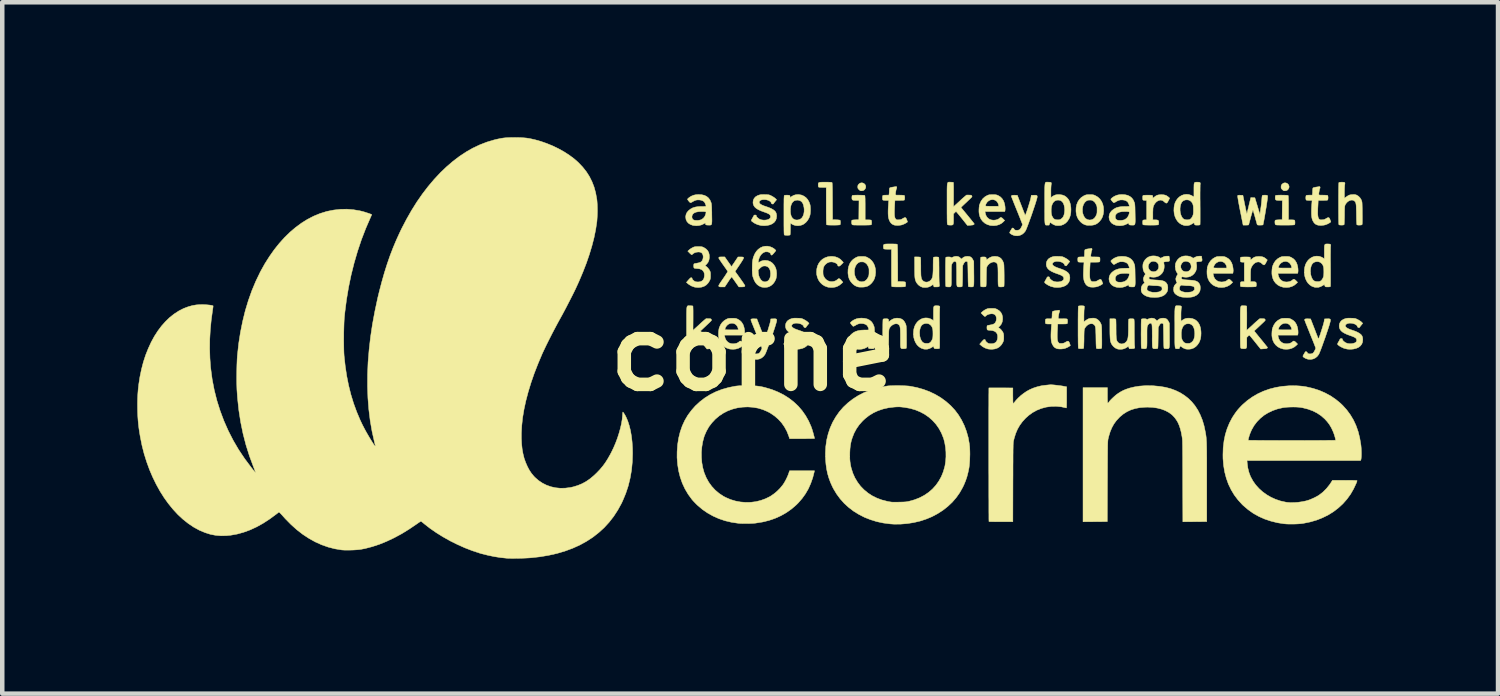
<source format=kicad_pcb>
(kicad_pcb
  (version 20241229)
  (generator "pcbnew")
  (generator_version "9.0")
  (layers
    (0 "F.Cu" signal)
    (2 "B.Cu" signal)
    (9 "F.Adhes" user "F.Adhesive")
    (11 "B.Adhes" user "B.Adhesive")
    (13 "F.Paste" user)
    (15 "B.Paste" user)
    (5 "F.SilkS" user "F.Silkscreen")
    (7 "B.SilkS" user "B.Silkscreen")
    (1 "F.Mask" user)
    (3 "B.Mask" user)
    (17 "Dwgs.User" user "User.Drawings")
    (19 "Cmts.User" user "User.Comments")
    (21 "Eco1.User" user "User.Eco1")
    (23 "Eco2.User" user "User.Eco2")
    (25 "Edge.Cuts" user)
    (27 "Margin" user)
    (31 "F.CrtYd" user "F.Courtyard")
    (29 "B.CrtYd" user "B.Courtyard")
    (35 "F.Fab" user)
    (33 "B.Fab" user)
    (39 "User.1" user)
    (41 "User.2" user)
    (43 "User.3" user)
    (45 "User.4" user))
  (footprint "corne"
    (layer "F.Cu")
    (at 13.686 4.8)
    (property "Reference" "corne" (at 0 0 0) (layer "F.SilkS") (effects (font (size 1.524 1.524) (thickness 0.3))))
    (attr through_hole)
    (fp_poly (pts (xy 2.425 -3.787) (xy 2.451 -3.778) (xy 2.473 -3.761) (xy 2.49 -3.739) (xy 2.498 -3.712) (xy 2.497 -3.684) (xy 2.485 -3.654) (xy 2.483 -3.652) (xy 2.462 -3.628) (xy 2.435 -3.615) (xy 2.404 -3.611) (xy 2.384 -3.612) (xy 2.369 -3.619) (xy 2.352 -3.633) (xy 2.347 -3.638) (xy 2.331 -3.655) (xy 2.323 -3.669) (xy 2.321 -3.687) (xy 2.32 -3.699) (xy 2.322 -3.723) (xy 2.328 -3.74) (xy 2.341 -3.757) (xy 2.343 -3.759) (xy 2.369 -3.78) (xy 2.397 -3.788) (xy 2.425 -3.787)) (stroke (width 0.01) (type solid)) (fill yes) (layer "F.SilkS"))
    (fp_poly (pts (xy 11.83 -3.787) (xy 11.856 -3.778) (xy 11.878 -3.761) (xy 11.894 -3.739) (xy 11.903 -3.712) (xy 11.902 -3.684) (xy 11.889 -3.654) (xy 11.888 -3.652) (xy 11.867 -3.628) (xy 11.84 -3.615) (xy 11.808 -3.611) (xy 11.789 -3.612) (xy 11.774 -3.619) (xy 11.757 -3.633) (xy 11.752 -3.638) (xy 11.736 -3.655) (xy 11.728 -3.669) (xy 11.725 -3.687) (xy 11.725 -3.699) (xy 11.727 -3.723) (xy 11.733 -3.74) (xy 11.746 -3.757) (xy 11.748 -3.759) (xy 11.774 -3.78) (xy 11.802 -3.788) (xy 11.83 -3.787)) (stroke (width 0.01) (type solid)) (fill yes) (layer "F.SilkS"))
    (fp_poly (pts (xy 1.654 -3.803) (xy 1.691 -3.802) (xy 1.718 -3.801) (xy 1.736 -3.799) (xy 1.746 -3.796) (xy 1.75 -3.794) (xy 1.751 -3.787) (xy 1.753 -3.769) (xy 1.754 -3.741) (xy 1.756 -3.702) (xy 1.757 -3.651) (xy 1.758 -3.587) (xy 1.758 -3.512) (xy 1.759 -3.423) (xy 1.759 -3.377) (xy 1.761 -2.969) (xy 1.839 -2.967) (xy 1.872 -2.966) (xy 1.899 -2.963) (xy 1.919 -2.96) (xy 1.927 -2.958) (xy 1.932 -2.947) (xy 1.935 -2.927) (xy 1.936 -2.903) (xy 1.934 -2.88) (xy 1.931 -2.863) (xy 1.928 -2.857) (xy 1.918 -2.854) (xy 1.897 -2.852) (xy 1.868 -2.85) (xy 1.832 -2.849) (xy 1.793 -2.848) (xy 1.753 -2.849) (xy 1.715 -2.849) (xy 1.68 -2.85) (xy 1.653 -2.852) (xy 1.635 -2.855) (xy 1.628 -2.857) (xy 1.627 -2.862) (xy 1.625 -2.875) (xy 1.624 -2.895) (xy 1.623 -2.924) (xy 1.622 -2.963) (xy 1.621 -3.011) (xy 1.621 -3.071) (xy 1.62 -3.142) (xy 1.62 -3.226) (xy 1.62 -3.276) (xy 1.62 -3.686) (xy 1.539 -3.686) (xy 1.497 -3.687) (xy 1.467 -3.69) (xy 1.452 -3.693) (xy 1.45 -3.695) (xy 1.445 -3.706) (xy 1.442 -3.725) (xy 1.442 -3.742) (xy 1.442 -3.761) (xy 1.444 -3.776) (xy 1.449 -3.787) (xy 1.459 -3.794) (xy 1.476 -3.799) (xy 1.5 -3.802) (xy 1.535 -3.803) (xy 1.581 -3.803) (xy 1.604 -3.803) (xy 1.654 -3.803)) (stroke (width 0.01) (type solid)) (fill yes) (layer "F.SilkS"))
    (fp_poly (pts (xy 3.102 -2.43) (xy 3.14 -2.429) (xy 3.167 -2.428) (xy 3.184 -2.426) (xy 3.195 -2.423) (xy 3.198 -2.421) (xy 3.2 -2.414) (xy 3.202 -2.396) (xy 3.203 -2.368) (xy 3.204 -2.329) (xy 3.205 -2.278) (xy 3.206 -2.214) (xy 3.207 -2.139) (xy 3.207 -2.05) (xy 3.208 -2.004) (xy 3.209 -1.596) (xy 3.288 -1.594) (xy 3.32 -1.593) (xy 3.348 -1.59) (xy 3.367 -1.587) (xy 3.375 -1.585) (xy 3.381 -1.574) (xy 3.384 -1.554) (xy 3.384 -1.53) (xy 3.383 -1.507) (xy 3.379 -1.49) (xy 3.376 -1.484) (xy 3.368 -1.481) (xy 3.35 -1.479) (xy 3.322 -1.477) (xy 3.281 -1.476) (xy 3.228 -1.476) (xy 3.226 -1.476) (xy 3.173 -1.476) (xy 3.132 -1.477) (xy 3.103 -1.479) (xy 3.085 -1.481) (xy 3.077 -1.484) (xy 3.077 -1.484) (xy 3.075 -1.489) (xy 3.073 -1.502) (xy 3.072 -1.522) (xy 3.071 -1.551) (xy 3.07 -1.59) (xy 3.07 -1.638) (xy 3.069 -1.698) (xy 3.069 -1.769) (xy 3.069 -1.853) (xy 3.069 -1.903) (xy 3.069 -2.313) (xy 2.988 -2.313) (xy 2.945 -2.314) (xy 2.916 -2.317) (xy 2.9 -2.32) (xy 2.898 -2.322) (xy 2.894 -2.333) (xy 2.891 -2.352) (xy 2.89 -2.369) (xy 2.89 -2.388) (xy 2.892 -2.403) (xy 2.897 -2.414) (xy 2.907 -2.421) (xy 2.924 -2.426) (xy 2.949 -2.429) (xy 2.983 -2.43) (xy 3.029 -2.43) (xy 3.053 -2.43) (xy 3.102 -2.43)) (stroke (width 0.01) (type solid)) (fill yes) (layer "F.SilkS"))
    (fp_poly (pts (xy 2.389 -3.514) (xy 2.428 -3.513) (xy 2.455 -3.512) (xy 2.471 -3.509) (xy 2.477 -3.507) (xy 2.479 -3.5) (xy 2.481 -3.487) (xy 2.482 -3.464) (xy 2.484 -3.432) (xy 2.484 -3.389) (xy 2.485 -3.334) (xy 2.485 -3.268) (xy 2.485 -3.232) (xy 2.485 -2.966) (xy 2.549 -2.966) (xy 2.584 -2.965) (xy 2.608 -2.962) (xy 2.621 -2.958) (xy 2.621 -2.957) (xy 2.625 -2.946) (xy 2.628 -2.926) (xy 2.629 -2.907) (xy 2.628 -2.883) (xy 2.625 -2.865) (xy 2.621 -2.857) (xy 2.614 -2.855) (xy 2.599 -2.853) (xy 2.574 -2.851) (xy 2.539 -2.85) (xy 2.493 -2.849) (xy 2.434 -2.849) (xy 2.409 -2.849) (xy 2.351 -2.849) (xy 2.304 -2.849) (xy 2.269 -2.85) (xy 2.242 -2.85) (xy 2.223 -2.852) (xy 2.211 -2.853) (xy 2.202 -2.856) (xy 2.197 -2.859) (xy 2.194 -2.861) (xy 2.188 -2.876) (xy 2.184 -2.898) (xy 2.183 -2.922) (xy 2.185 -2.943) (xy 2.191 -2.957) (xy 2.192 -2.958) (xy 2.202 -2.961) (xy 2.223 -2.964) (xy 2.251 -2.966) (xy 2.273 -2.967) (xy 2.344 -2.969) (xy 2.346 -3.184) (xy 2.348 -3.398) (xy 2.28 -3.398) (xy 2.243 -3.399) (xy 2.218 -3.402) (xy 2.202 -3.409) (xy 2.194 -3.422) (xy 2.19 -3.442) (xy 2.19 -3.461) (xy 2.191 -3.483) (xy 2.195 -3.501) (xy 2.198 -3.507) (xy 2.207 -3.51) (xy 2.225 -3.512) (xy 2.255 -3.514) (xy 2.296 -3.515) (xy 2.337 -3.515) (xy 2.389 -3.514)) (stroke (width 0.01) (type solid)) (fill yes) (layer "F.SilkS"))
    (fp_poly (pts (xy 11.794 -3.514) (xy 11.833 -3.513) (xy 11.86 -3.512) (xy 11.876 -3.509) (xy 11.882 -3.507) (xy 11.884 -3.5) (xy 11.886 -3.487) (xy 11.887 -3.464) (xy 11.888 -3.432) (xy 11.889 -3.389) (xy 11.89 -3.334) (xy 11.89 -3.268) (xy 11.89 -3.232) (xy 11.89 -2.966) (xy 11.954 -2.966) (xy 11.989 -2.965) (xy 12.013 -2.962) (xy 12.026 -2.958) (xy 12.026 -2.957) (xy 12.03 -2.946) (xy 12.033 -2.926) (xy 12.034 -2.907) (xy 12.033 -2.883) (xy 12.029 -2.865) (xy 12.026 -2.857) (xy 12.019 -2.855) (xy 12.004 -2.853) (xy 11.979 -2.851) (xy 11.944 -2.85) (xy 11.898 -2.849) (xy 11.839 -2.849) (xy 11.814 -2.849) (xy 11.756 -2.849) (xy 11.709 -2.849) (xy 11.674 -2.85) (xy 11.647 -2.85) (xy 11.628 -2.852) (xy 11.615 -2.853) (xy 11.607 -2.856) (xy 11.602 -2.859) (xy 11.599 -2.861) (xy 11.592 -2.876) (xy 11.589 -2.898) (xy 11.588 -2.922) (xy 11.59 -2.943) (xy 11.596 -2.957) (xy 11.597 -2.958) (xy 11.607 -2.961) (xy 11.628 -2.964) (xy 11.656 -2.966) (xy 11.678 -2.967) (xy 11.749 -2.969) (xy 11.751 -3.184) (xy 11.753 -3.398) (xy 11.685 -3.398) (xy 11.648 -3.399) (xy 11.623 -3.402) (xy 11.607 -3.409) (xy 11.599 -3.422) (xy 11.595 -3.442) (xy 11.595 -3.461) (xy 11.596 -3.483) (xy 11.6 -3.501) (xy 11.603 -3.507) (xy 11.611 -3.51) (xy 11.63 -3.512) (xy 11.66 -3.514) (xy 11.701 -3.515) (xy 11.742 -3.515) (xy 11.794 -3.514)) (stroke (width 0.01) (type solid)) (fill yes) (layer "F.SilkS"))
    (fp_poly (pts (xy 1.757 -2.154) (xy 1.824 -2.144) (xy 1.883 -2.122) (xy 1.935 -2.089) (xy 1.979 -2.044) (xy 1.98 -2.044) (xy 2 -2.018) (xy 1.96 -1.977) (xy 1.938 -1.956) (xy 1.923 -1.944) (xy 1.911 -1.938) (xy 1.899 -1.937) (xy 1.898 -1.937) (xy 1.883 -1.941) (xy 1.876 -1.952) (xy 1.875 -1.958) (xy 1.867 -1.977) (xy 1.847 -1.996) (xy 1.819 -2.012) (xy 1.786 -2.024) (xy 1.75 -2.031) (xy 1.731 -2.032) (xy 1.686 -2.027) (xy 1.646 -2.01) (xy 1.613 -1.986) (xy 1.585 -1.957) (xy 1.566 -1.925) (xy 1.554 -1.888) (xy 1.549 -1.842) (xy 1.548 -1.816) (xy 1.549 -1.782) (xy 1.55 -1.757) (xy 1.554 -1.738) (xy 1.561 -1.719) (xy 1.566 -1.709) (xy 1.593 -1.664) (xy 1.629 -1.63) (xy 1.667 -1.608) (xy 1.709 -1.595) (xy 1.755 -1.593) (xy 1.799 -1.601) (xy 1.84 -1.618) (xy 1.874 -1.644) (xy 1.877 -1.647) (xy 1.892 -1.659) (xy 1.907 -1.66) (xy 1.925 -1.651) (xy 1.947 -1.631) (xy 1.955 -1.621) (xy 1.99 -1.58) (xy 1.958 -1.55) (xy 1.909 -1.511) (xy 1.858 -1.484) (xy 1.823 -1.473) (xy 1.777 -1.465) (xy 1.726 -1.463) (xy 1.676 -1.467) (xy 1.649 -1.473) (xy 1.587 -1.496) (xy 1.533 -1.53) (xy 1.487 -1.574) (xy 1.45 -1.627) (xy 1.424 -1.686) (xy 1.408 -1.752) (xy 1.405 -1.809) (xy 1.411 -1.879) (xy 1.428 -1.944) (xy 1.456 -2.002) (xy 1.493 -2.052) (xy 1.539 -2.093) (xy 1.593 -2.124) (xy 1.653 -2.145) (xy 1.718 -2.154) (xy 1.757 -2.154)) (stroke (width 0.01) (type solid)) (fill yes) (layer "F.SilkS"))
    (fp_poly (pts (xy -0.435 -0.779) (xy -0.409 -0.778) (xy -0.39 -0.776) (xy -0.374 -0.771) (xy -0.357 -0.764) (xy -0.342 -0.757) (xy -0.296 -0.728) (xy -0.259 -0.691) (xy -0.229 -0.643) (xy -0.226 -0.636) (xy -0.212 -0.598) (xy -0.201 -0.555) (xy -0.194 -0.51) (xy -0.192 -0.467) (xy -0.194 -0.431) (xy -0.197 -0.42) (xy -0.201 -0.405) (xy -0.64 -0.405) (xy -0.636 -0.376) (xy -0.621 -0.324) (xy -0.597 -0.281) (xy -0.563 -0.248) (xy -0.532 -0.229) (xy -0.493 -0.217) (xy -0.451 -0.212) (xy -0.407 -0.216) (xy -0.366 -0.226) (xy -0.332 -0.244) (xy -0.313 -0.26) (xy -0.298 -0.272) (xy -0.282 -0.273) (xy -0.262 -0.263) (xy -0.238 -0.242) (xy -0.237 -0.24) (xy -0.203 -0.206) (xy -0.234 -0.175) (xy -0.277 -0.14) (xy -0.329 -0.113) (xy -0.387 -0.096) (xy -0.449 -0.09) (xy -0.511 -0.094) (xy -0.525 -0.096) (xy -0.589 -0.116) (xy -0.644 -0.146) (xy -0.691 -0.187) (xy -0.728 -0.236) (xy -0.755 -0.295) (xy -0.769 -0.352) (xy -0.774 -0.396) (xy -0.774 -0.445) (xy -0.771 -0.495) (xy -0.766 -0.527) (xy -0.632 -0.527) (xy -0.625 -0.526) (xy -0.607 -0.524) (xy -0.579 -0.523) (xy -0.543 -0.522) (xy -0.501 -0.522) (xy -0.484 -0.522) (xy -0.336 -0.522) (xy -0.336 -0.541) (xy -0.342 -0.569) (xy -0.356 -0.599) (xy -0.376 -0.627) (xy -0.398 -0.647) (xy -0.401 -0.648) (xy -0.438 -0.665) (xy -0.474 -0.67) (xy -0.513 -0.664) (xy -0.517 -0.663) (xy -0.556 -0.645) (xy -0.589 -0.617) (xy -0.614 -0.582) (xy -0.621 -0.565) (xy -0.627 -0.545) (xy -0.631 -0.531) (xy -0.632 -0.527) (xy -0.766 -0.527) (xy -0.764 -0.54) (xy -0.756 -0.571) (xy -0.728 -0.634) (xy -0.691 -0.687) (xy -0.645 -0.729) (xy -0.597 -0.758) (xy -0.577 -0.767) (xy -0.56 -0.773) (xy -0.543 -0.777) (xy -0.521 -0.778) (xy -0.492 -0.779) (xy -0.47 -0.779) (xy -0.435 -0.779)) (stroke (width 0.01) (type solid)) (fill yes) (layer "F.SilkS"))
    (fp_poly (pts (xy 5.352 -3.525) (xy 5.378 -3.524) (xy 5.397 -3.521) (xy 5.413 -3.517) (xy 5.43 -3.51) (xy 5.445 -3.503) (xy 5.491 -3.474) (xy 5.528 -3.436) (xy 5.558 -3.389) (xy 5.561 -3.382) (xy 5.575 -3.344) (xy 5.586 -3.301) (xy 5.593 -3.255) (xy 5.595 -3.213) (xy 5.593 -3.177) (xy 5.591 -3.166) (xy 5.586 -3.151) (xy 5.147 -3.151) (xy 5.152 -3.122) (xy 5.166 -3.07) (xy 5.19 -3.027) (xy 5.224 -2.994) (xy 5.255 -2.975) (xy 5.294 -2.963) (xy 5.336 -2.958) (xy 5.38 -2.962) (xy 5.421 -2.972) (xy 5.455 -2.989) (xy 5.474 -3.006) (xy 5.489 -3.018) (xy 5.505 -3.019) (xy 5.525 -3.009) (xy 5.549 -2.988) (xy 5.55 -2.986) (xy 5.584 -2.952) (xy 5.553 -2.921) (xy 5.51 -2.885) (xy 5.458 -2.859) (xy 5.4 -2.842) (xy 5.338 -2.836) (xy 5.276 -2.84) (xy 5.262 -2.842) (xy 5.198 -2.862) (xy 5.143 -2.892) (xy 5.096 -2.933) (xy 5.059 -2.982) (xy 5.032 -3.041) (xy 5.018 -3.098) (xy 5.013 -3.142) (xy 5.013 -3.191) (xy 5.016 -3.241) (xy 5.021 -3.273) (xy 5.156 -3.273) (xy 5.162 -3.272) (xy 5.18 -3.27) (xy 5.208 -3.269) (xy 5.244 -3.268) (xy 5.286 -3.268) (xy 5.303 -3.268) (xy 5.451 -3.268) (xy 5.451 -3.287) (xy 5.445 -3.315) (xy 5.431 -3.345) (xy 5.412 -3.373) (xy 5.389 -3.393) (xy 5.387 -3.394) (xy 5.349 -3.411) (xy 5.313 -3.416) (xy 5.274 -3.41) (xy 5.27 -3.409) (xy 5.231 -3.391) (xy 5.198 -3.363) (xy 5.174 -3.328) (xy 5.166 -3.311) (xy 5.16 -3.291) (xy 5.156 -3.277) (xy 5.156 -3.273) (xy 5.021 -3.273) (xy 5.023 -3.285) (xy 5.031 -3.317) (xy 5.059 -3.38) (xy 5.096 -3.433) (xy 5.142 -3.475) (xy 5.19 -3.504) (xy 5.21 -3.513) (xy 5.227 -3.519) (xy 5.244 -3.523) (xy 5.266 -3.524) (xy 5.295 -3.525) (xy 5.317 -3.525) (xy 5.352 -3.525)) (stroke (width 0.01) (type solid)) (fill yes) (layer "F.SilkS"))
    (fp_poly (pts (xy 9.11 -3.523) (xy 9.147 -3.516) (xy 9.178 -3.504) (xy 9.209 -3.483) (xy 9.224 -3.471) (xy 9.25 -3.448) (xy 9.223 -3.394) (xy 9.206 -3.363) (xy 9.192 -3.344) (xy 9.178 -3.337) (xy 9.162 -3.341) (xy 9.143 -3.355) (xy 9.133 -3.363) (xy 9.114 -3.38) (xy 9.095 -3.393) (xy 9.085 -3.398) (xy 9.05 -3.405) (xy 9.014 -3.399) (xy 8.979 -3.383) (xy 8.946 -3.357) (xy 8.917 -3.323) (xy 8.895 -3.283) (xy 8.887 -3.259) (xy 8.882 -3.24) (xy 8.879 -3.215) (xy 8.878 -3.181) (xy 8.876 -3.137) (xy 8.876 -3.095) (xy 8.876 -2.966) (xy 8.93 -2.966) (xy 8.964 -2.964) (xy 8.986 -2.959) (xy 8.999 -2.949) (xy 9.005 -2.931) (xy 9.007 -2.904) (xy 9.007 -2.903) (xy 9.005 -2.88) (xy 9.002 -2.863) (xy 8.998 -2.857) (xy 8.989 -2.854) (xy 8.968 -2.852) (xy 8.938 -2.85) (xy 8.902 -2.849) (xy 8.861 -2.849) (xy 8.819 -2.848) (xy 8.777 -2.849) (xy 8.738 -2.85) (xy 8.704 -2.851) (xy 8.678 -2.853) (xy 8.662 -2.856) (xy 8.658 -2.857) (xy 8.653 -2.868) (xy 8.651 -2.888) (xy 8.65 -2.907) (xy 8.651 -2.931) (xy 8.654 -2.95) (xy 8.658 -2.957) (xy 8.669 -2.962) (xy 8.689 -2.965) (xy 8.703 -2.966) (xy 8.739 -2.966) (xy 8.739 -3.398) (xy 8.703 -3.398) (xy 8.68 -3.4) (xy 8.663 -3.403) (xy 8.658 -3.406) (xy 8.653 -3.417) (xy 8.651 -3.438) (xy 8.65 -3.456) (xy 8.651 -3.481) (xy 8.654 -3.499) (xy 8.658 -3.507) (xy 8.668 -3.51) (xy 8.691 -3.513) (xy 8.726 -3.514) (xy 8.763 -3.515) (xy 8.809 -3.514) (xy 8.841 -3.513) (xy 8.861 -3.51) (xy 8.868 -3.507) (xy 8.873 -3.495) (xy 8.876 -3.476) (xy 8.876 -3.472) (xy 8.876 -3.445) (xy 8.905 -3.469) (xy 8.937 -3.494) (xy 8.967 -3.511) (xy 9 -3.52) (xy 9.039 -3.524) (xy 9.065 -3.525) (xy 9.11 -3.523)) (stroke (width 0.01) (type solid)) (fill yes) (layer "F.SilkS"))
    (fp_poly (pts (xy 10.419 -2.152) (xy 10.444 -2.151) (xy 10.463 -2.149) (xy 10.479 -2.144) (xy 10.497 -2.137) (xy 10.511 -2.13) (xy 10.558 -2.101) (xy 10.594 -2.064) (xy 10.624 -2.016) (xy 10.627 -2.009) (xy 10.641 -1.971) (xy 10.652 -1.928) (xy 10.659 -1.882) (xy 10.662 -1.84) (xy 10.659 -1.804) (xy 10.657 -1.793) (xy 10.653 -1.778) (xy 10.213 -1.778) (xy 10.218 -1.749) (xy 10.232 -1.697) (xy 10.256 -1.654) (xy 10.291 -1.621) (xy 10.321 -1.602) (xy 10.36 -1.59) (xy 10.403 -1.585) (xy 10.446 -1.589) (xy 10.487 -1.599) (xy 10.521 -1.617) (xy 10.54 -1.633) (xy 10.555 -1.645) (xy 10.572 -1.646) (xy 10.591 -1.636) (xy 10.615 -1.615) (xy 10.616 -1.613) (xy 10.65 -1.579) (xy 10.62 -1.548) (xy 10.576 -1.513) (xy 10.524 -1.486) (xy 10.466 -1.469) (xy 10.405 -1.463) (xy 10.342 -1.467) (xy 10.328 -1.469) (xy 10.265 -1.489) (xy 10.209 -1.519) (xy 10.163 -1.56) (xy 10.126 -1.609) (xy 10.099 -1.668) (xy 10.084 -1.725) (xy 10.08 -1.769) (xy 10.079 -1.818) (xy 10.082 -1.868) (xy 10.087 -1.9) (xy 10.222 -1.9) (xy 10.228 -1.899) (xy 10.247 -1.897) (xy 10.275 -1.896) (xy 10.31 -1.895) (xy 10.352 -1.895) (xy 10.369 -1.895) (xy 10.517 -1.895) (xy 10.517 -1.914) (xy 10.512 -1.942) (xy 10.498 -1.972) (xy 10.478 -2) (xy 10.455 -2.02) (xy 10.453 -2.021) (xy 10.415 -2.038) (xy 10.379 -2.043) (xy 10.34 -2.037) (xy 10.337 -2.036) (xy 10.298 -2.018) (xy 10.264 -1.99) (xy 10.24 -1.955) (xy 10.233 -1.938) (xy 10.226 -1.918) (xy 10.222 -1.904) (xy 10.222 -1.9) (xy 10.087 -1.9) (xy 10.089 -1.912) (xy 10.097 -1.944) (xy 10.125 -2.007) (xy 10.163 -2.06) (xy 10.208 -2.102) (xy 10.256 -2.131) (xy 10.276 -2.14) (xy 10.293 -2.146) (xy 10.31 -2.15) (xy 10.332 -2.151) (xy 10.362 -2.152) (xy 10.383 -2.152) (xy 10.419 -2.152)) (stroke (width 0.01) (type solid)) (fill yes) (layer "F.SilkS"))
    (fp_poly (pts (xy 11.28 -2.15) (xy 11.316 -2.143) (xy 11.347 -2.131) (xy 11.378 -2.11) (xy 11.393 -2.098) (xy 11.419 -2.075) (xy 11.392 -2.021) (xy 11.375 -1.99) (xy 11.361 -1.971) (xy 11.347 -1.964) (xy 11.331 -1.968) (xy 11.312 -1.982) (xy 11.303 -1.99) (xy 11.283 -2.007) (xy 11.264 -2.02) (xy 11.254 -2.025) (xy 11.22 -2.032) (xy 11.183 -2.026) (xy 11.148 -2.01) (xy 11.115 -1.984) (xy 11.087 -1.95) (xy 11.064 -1.91) (xy 11.056 -1.886) (xy 11.052 -1.867) (xy 11.049 -1.842) (xy 11.047 -1.808) (xy 11.046 -1.764) (xy 11.046 -1.722) (xy 11.046 -1.593) (xy 11.099 -1.593) (xy 11.133 -1.591) (xy 11.155 -1.586) (xy 11.168 -1.576) (xy 11.174 -1.558) (xy 11.176 -1.531) (xy 11.176 -1.53) (xy 11.175 -1.507) (xy 11.171 -1.49) (xy 11.168 -1.484) (xy 11.158 -1.481) (xy 11.137 -1.479) (xy 11.108 -1.477) (xy 11.071 -1.476) (xy 11.031 -1.476) (xy 10.988 -1.475) (xy 10.946 -1.476) (xy 10.907 -1.477) (xy 10.873 -1.478) (xy 10.847 -1.48) (xy 10.831 -1.483) (xy 10.827 -1.484) (xy 10.823 -1.495) (xy 10.82 -1.515) (xy 10.819 -1.534) (xy 10.82 -1.558) (xy 10.824 -1.577) (xy 10.827 -1.584) (xy 10.838 -1.589) (xy 10.858 -1.592) (xy 10.872 -1.593) (xy 10.908 -1.593) (xy 10.908 -2.025) (xy 10.872 -2.025) (xy 10.85 -2.027) (xy 10.833 -2.03) (xy 10.827 -2.033) (xy 10.823 -2.044) (xy 10.82 -2.065) (xy 10.819 -2.083) (xy 10.82 -2.108) (xy 10.824 -2.126) (xy 10.827 -2.134) (xy 10.838 -2.137) (xy 10.86 -2.14) (xy 10.895 -2.141) (xy 10.932 -2.142) (xy 10.978 -2.141) (xy 11.01 -2.14) (xy 11.03 -2.137) (xy 11.037 -2.134) (xy 11.043 -2.122) (xy 11.045 -2.103) (xy 11.046 -2.099) (xy 11.046 -2.072) (xy 11.074 -2.096) (xy 11.106 -2.121) (xy 11.136 -2.138) (xy 11.169 -2.147) (xy 11.208 -2.151) (xy 11.234 -2.152) (xy 11.28 -2.15)) (stroke (width 0.01) (type solid)) (fill yes) (layer "F.SilkS"))
    (fp_poly (pts (xy 11.86 -2.152) (xy 11.886 -2.151) (xy 11.905 -2.149) (xy 11.921 -2.144) (xy 11.938 -2.137) (xy 11.953 -2.13) (xy 11.999 -2.101) (xy 12.036 -2.064) (xy 12.066 -2.016) (xy 12.069 -2.009) (xy 12.083 -1.971) (xy 12.094 -1.928) (xy 12.101 -1.882) (xy 12.103 -1.84) (xy 12.101 -1.804) (xy 12.098 -1.793) (xy 12.094 -1.778) (xy 11.655 -1.778) (xy 11.659 -1.749) (xy 11.674 -1.697) (xy 11.698 -1.654) (xy 11.732 -1.621) (xy 11.763 -1.602) (xy 11.801 -1.59) (xy 11.844 -1.585) (xy 11.888 -1.589) (xy 11.929 -1.599) (xy 11.963 -1.617) (xy 11.982 -1.633) (xy 11.997 -1.645) (xy 12.013 -1.646) (xy 12.033 -1.636) (xy 12.057 -1.615) (xy 12.058 -1.613) (xy 12.092 -1.579) (xy 12.061 -1.548) (xy 12.018 -1.513) (xy 11.966 -1.486) (xy 11.908 -1.469) (xy 11.846 -1.463) (xy 11.784 -1.467) (xy 11.77 -1.469) (xy 11.706 -1.489) (xy 11.651 -1.519) (xy 11.604 -1.56) (xy 11.567 -1.609) (xy 11.54 -1.668) (xy 11.526 -1.725) (xy 11.521 -1.769) (xy 11.521 -1.818) (xy 11.524 -1.868) (xy 11.529 -1.9) (xy 11.663 -1.9) (xy 11.67 -1.899) (xy 11.688 -1.897) (xy 11.716 -1.896) (xy 11.752 -1.895) (xy 11.794 -1.895) (xy 11.811 -1.895) (xy 11.959 -1.895) (xy 11.959 -1.914) (xy 11.953 -1.942) (xy 11.939 -1.972) (xy 11.919 -2) (xy 11.897 -2.02) (xy 11.894 -2.021) (xy 11.857 -2.038) (xy 11.821 -2.043) (xy 11.782 -2.037) (xy 11.778 -2.036) (xy 11.739 -2.018) (xy 11.706 -1.99) (xy 11.681 -1.955) (xy 11.674 -1.938) (xy 11.668 -1.918) (xy 11.664 -1.904) (xy 11.663 -1.9) (xy 11.529 -1.9) (xy 11.53 -1.912) (xy 11.539 -1.944) (xy 11.567 -2.007) (xy 11.604 -2.06) (xy 11.65 -2.102) (xy 11.698 -2.131) (xy 11.718 -2.14) (xy 11.734 -2.146) (xy 11.752 -2.15) (xy 11.774 -2.151) (xy 11.803 -2.152) (xy 11.825 -2.152) (xy 11.86 -2.152)) (stroke (width 0.01) (type solid)) (fill yes) (layer "F.SilkS"))
    (fp_poly (pts (xy 11.86 -0.779) (xy 11.886 -0.778) (xy 11.905 -0.776) (xy 11.921 -0.771) (xy 11.938 -0.764) (xy 11.953 -0.757) (xy 11.999 -0.728) (xy 12.036 -0.691) (xy 12.066 -0.643) (xy 12.069 -0.636) (xy 12.083 -0.598) (xy 12.094 -0.555) (xy 12.101 -0.51) (xy 12.103 -0.467) (xy 12.101 -0.431) (xy 12.098 -0.42) (xy 12.094 -0.405) (xy 11.655 -0.405) (xy 11.659 -0.376) (xy 11.674 -0.324) (xy 11.698 -0.281) (xy 11.732 -0.248) (xy 11.763 -0.229) (xy 11.801 -0.217) (xy 11.844 -0.212) (xy 11.888 -0.216) (xy 11.929 -0.226) (xy 11.963 -0.244) (xy 11.982 -0.26) (xy 11.997 -0.272) (xy 12.013 -0.273) (xy 12.033 -0.263) (xy 12.057 -0.242) (xy 12.058 -0.24) (xy 12.092 -0.206) (xy 12.061 -0.175) (xy 12.018 -0.14) (xy 11.966 -0.113) (xy 11.908 -0.096) (xy 11.846 -0.09) (xy 11.784 -0.094) (xy 11.77 -0.096) (xy 11.706 -0.116) (xy 11.651 -0.146) (xy 11.604 -0.187) (xy 11.567 -0.236) (xy 11.54 -0.295) (xy 11.526 -0.352) (xy 11.521 -0.396) (xy 11.521 -0.445) (xy 11.524 -0.495) (xy 11.529 -0.527) (xy 11.663 -0.527) (xy 11.67 -0.526) (xy 11.688 -0.524) (xy 11.716 -0.523) (xy 11.752 -0.522) (xy 11.794 -0.522) (xy 11.811 -0.522) (xy 11.959 -0.522) (xy 11.959 -0.541) (xy 11.953 -0.569) (xy 11.939 -0.599) (xy 11.919 -0.627) (xy 11.897 -0.647) (xy 11.894 -0.648) (xy 11.857 -0.665) (xy 11.821 -0.67) (xy 11.782 -0.664) (xy 11.778 -0.663) (xy 11.739 -0.645) (xy 11.706 -0.617) (xy 11.681 -0.582) (xy 11.674 -0.565) (xy 11.668 -0.545) (xy 11.664 -0.531) (xy 11.663 -0.527) (xy 11.529 -0.527) (xy 11.53 -0.54) (xy 11.539 -0.571) (xy 11.567 -0.634) (xy 11.604 -0.687) (xy 11.65 -0.729) (xy 11.698 -0.758) (xy 11.718 -0.767) (xy 11.734 -0.773) (xy 11.752 -0.777) (xy 11.774 -0.778) (xy 11.803 -0.779) (xy 11.825 -0.779) (xy 11.86 -0.779)) (stroke (width 0.01) (type solid)) (fill yes) (layer "F.SilkS"))
    (fp_poly (pts (xy 2.444 -2.152) (xy 2.47 -2.151) (xy 2.489 -2.148) (xy 2.506 -2.143) (xy 2.525 -2.135) (xy 2.535 -2.13) (xy 2.59 -2.097) (xy 2.635 -2.054) (xy 2.671 -2.002) (xy 2.697 -1.943) (xy 2.713 -1.876) (xy 2.717 -1.804) (xy 2.716 -1.788) (xy 2.708 -1.72) (xy 2.692 -1.661) (xy 2.666 -1.61) (xy 2.63 -1.563) (xy 2.612 -1.545) (xy 2.577 -1.515) (xy 2.542 -1.494) (xy 2.503 -1.481) (xy 2.458 -1.473) (xy 2.42 -1.471) (xy 2.383 -1.471) (xy 2.355 -1.472) (xy 2.334 -1.475) (xy 2.314 -1.48) (xy 2.308 -1.482) (xy 2.269 -1.499) (xy 2.237 -1.519) (xy 2.206 -1.546) (xy 2.196 -1.556) (xy 2.159 -1.601) (xy 2.132 -1.648) (xy 2.115 -1.701) (xy 2.105 -1.762) (xy 2.103 -1.788) (xy 2.103 -1.794) (xy 2.245 -1.794) (xy 2.252 -1.743) (xy 2.268 -1.694) (xy 2.281 -1.668) (xy 2.296 -1.646) (xy 2.311 -1.627) (xy 2.321 -1.619) (xy 2.36 -1.597) (xy 2.403 -1.589) (xy 2.446 -1.594) (xy 2.478 -1.606) (xy 2.507 -1.627) (xy 2.533 -1.659) (xy 2.555 -1.699) (xy 2.562 -1.717) (xy 2.567 -1.734) (xy 2.569 -1.755) (xy 2.571 -1.784) (xy 2.571 -1.813) (xy 2.571 -1.848) (xy 2.57 -1.872) (xy 2.567 -1.891) (xy 2.562 -1.907) (xy 2.554 -1.925) (xy 2.547 -1.94) (xy 2.53 -1.97) (xy 2.513 -1.991) (xy 2.491 -2.008) (xy 2.489 -2.01) (xy 2.469 -2.022) (xy 2.451 -2.029) (xy 2.43 -2.032) (xy 2.41 -2.032) (xy 2.382 -2.031) (xy 2.363 -2.028) (xy 2.345 -2.019) (xy 2.33 -2.01) (xy 2.298 -1.981) (xy 2.273 -1.942) (xy 2.256 -1.896) (xy 2.246 -1.846) (xy 2.245 -1.794) (xy 2.103 -1.794) (xy 2.105 -1.861) (xy 2.118 -1.929) (xy 2.141 -1.99) (xy 2.175 -2.044) (xy 2.219 -2.089) (xy 2.272 -2.124) (xy 2.284 -2.13) (xy 2.305 -2.14) (xy 2.323 -2.146) (xy 2.341 -2.15) (xy 2.363 -2.152) (xy 2.393 -2.152) (xy 2.41 -2.152) (xy 2.444 -2.152)) (stroke (width 0.01) (type solid)) (fill yes) (layer "F.SilkS"))
    (fp_poly (pts (xy 7.511 -3.525) (xy 7.536 -3.524) (xy 7.555 -3.521) (xy 7.572 -3.516) (xy 7.591 -3.508) (xy 7.601 -3.503) (xy 7.656 -3.47) (xy 7.701 -3.427) (xy 7.737 -3.375) (xy 7.763 -3.316) (xy 7.779 -3.249) (xy 7.783 -3.177) (xy 7.783 -3.161) (xy 7.775 -3.093) (xy 7.758 -3.034) (xy 7.732 -2.983) (xy 7.696 -2.936) (xy 7.678 -2.918) (xy 7.643 -2.888) (xy 7.608 -2.867) (xy 7.57 -2.854) (xy 7.524 -2.846) (xy 7.486 -2.844) (xy 7.449 -2.844) (xy 7.422 -2.845) (xy 7.4 -2.848) (xy 7.38 -2.853) (xy 7.374 -2.855) (xy 7.335 -2.872) (xy 7.303 -2.892) (xy 7.272 -2.919) (xy 7.262 -2.929) (xy 7.225 -2.974) (xy 7.199 -3.021) (xy 7.181 -3.074) (xy 7.171 -3.135) (xy 7.169 -3.161) (xy 7.169 -3.167) (xy 7.311 -3.167) (xy 7.318 -3.115) (xy 7.334 -3.067) (xy 7.347 -3.041) (xy 7.362 -3.019) (xy 7.378 -3) (xy 7.387 -2.992) (xy 7.427 -2.97) (xy 7.469 -2.962) (xy 7.513 -2.967) (xy 7.544 -2.979) (xy 7.574 -3) (xy 7.6 -3.032) (xy 7.621 -3.072) (xy 7.628 -3.09) (xy 7.633 -3.107) (xy 7.636 -3.128) (xy 7.637 -3.157) (xy 7.637 -3.186) (xy 7.637 -3.221) (xy 7.636 -3.245) (xy 7.633 -3.264) (xy 7.629 -3.28) (xy 7.621 -3.298) (xy 7.613 -3.313) (xy 7.596 -3.343) (xy 7.579 -3.364) (xy 7.558 -3.381) (xy 7.556 -3.383) (xy 7.535 -3.395) (xy 7.518 -3.402) (xy 7.497 -3.405) (xy 7.476 -3.405) (xy 7.449 -3.404) (xy 7.429 -3.4) (xy 7.411 -3.392) (xy 7.396 -3.383) (xy 7.364 -3.354) (xy 7.339 -3.315) (xy 7.322 -3.269) (xy 7.313 -3.219) (xy 7.311 -3.167) (xy 7.169 -3.167) (xy 7.171 -3.234) (xy 7.184 -3.302) (xy 7.208 -3.363) (xy 7.242 -3.417) (xy 7.285 -3.462) (xy 7.338 -3.497) (xy 7.35 -3.503) (xy 7.372 -3.513) (xy 7.389 -3.519) (xy 7.407 -3.523) (xy 7.429 -3.525) (xy 7.459 -3.525) (xy 7.476 -3.525) (xy 7.511 -3.525)) (stroke (width 0.01) (type solid)) (fill yes) (layer "F.SilkS"))
    (fp_poly (pts (xy 8.016 -0.768) (xy 8.039 -0.765) (xy 8.051 -0.761) (xy 8.051 -0.761) (xy 8.054 -0.754) (xy 8.056 -0.739) (xy 8.057 -0.714) (xy 8.058 -0.678) (xy 8.059 -0.632) (xy 8.059 -0.573) (xy 8.059 -0.552) (xy 8.06 -0.484) (xy 8.06 -0.429) (xy 8.062 -0.385) (xy 8.064 -0.349) (xy 8.067 -0.321) (xy 8.071 -0.299) (xy 8.077 -0.282) (xy 8.084 -0.267) (xy 8.089 -0.259) (xy 8.115 -0.232) (xy 8.147 -0.215) (xy 8.182 -0.209) (xy 8.219 -0.214) (xy 8.253 -0.229) (xy 8.28 -0.252) (xy 8.294 -0.268) (xy 8.305 -0.287) (xy 8.314 -0.309) (xy 8.321 -0.335) (xy 8.326 -0.368) (xy 8.33 -0.408) (xy 8.332 -0.458) (xy 8.334 -0.518) (xy 8.334 -0.591) (xy 8.334 -0.591) (xy 8.334 -0.648) (xy 8.335 -0.692) (xy 8.336 -0.724) (xy 8.338 -0.746) (xy 8.341 -0.758) (xy 8.342 -0.761) (xy 8.354 -0.765) (xy 8.374 -0.768) (xy 8.399 -0.769) (xy 8.424 -0.768) (xy 8.445 -0.765) (xy 8.456 -0.761) (xy 8.458 -0.755) (xy 8.46 -0.741) (xy 8.462 -0.718) (xy 8.463 -0.686) (xy 8.464 -0.644) (xy 8.464 -0.59) (xy 8.464 -0.524) (xy 8.464 -0.477) (xy 8.465 -0.415) (xy 8.465 -0.356) (xy 8.466 -0.302) (xy 8.467 -0.255) (xy 8.468 -0.215) (xy 8.469 -0.186) (xy 8.471 -0.168) (xy 8.471 -0.165) (xy 8.475 -0.138) (xy 8.473 -0.12) (xy 8.462 -0.11) (xy 8.442 -0.104) (xy 8.411 -0.103) (xy 8.407 -0.103) (xy 8.353 -0.103) (xy 8.333 -0.156) (xy 8.298 -0.133) (xy 8.272 -0.118) (xy 8.243 -0.105) (xy 8.229 -0.1) (xy 8.199 -0.093) (xy 8.164 -0.09) (xy 8.129 -0.091) (xy 8.1 -0.094) (xy 8.094 -0.096) (xy 8.045 -0.117) (xy 8.003 -0.15) (xy 7.968 -0.192) (xy 7.956 -0.213) (xy 7.947 -0.232) (xy 7.94 -0.252) (xy 7.934 -0.275) (xy 7.93 -0.302) (xy 7.927 -0.335) (xy 7.925 -0.375) (xy 7.923 -0.424) (xy 7.922 -0.484) (xy 7.922 -0.551) (xy 7.922 -0.769) (xy 7.982 -0.769) (xy 8.016 -0.768)) (stroke (width 0.01) (type solid)) (fill yes) (layer "F.SilkS"))
    (fp_poly (pts (xy -0.56 -2.035) (xy -0.537 -2.002) (xy -0.516 -1.973) (xy -0.5 -1.95) (xy -0.489 -1.935) (xy -0.484 -1.929) (xy -0.484 -1.929) (xy -0.48 -1.934) (xy -0.469 -1.949) (xy -0.454 -1.972) (xy -0.434 -2.001) (xy -0.411 -2.035) (xy -0.411 -2.035) (xy -0.34 -2.141) (xy -0.28 -2.142) (xy -0.255 -2.141) (xy -0.236 -2.14) (xy -0.223 -2.136) (xy -0.216 -2.129) (xy -0.216 -2.117) (xy -0.223 -2.099) (xy -0.237 -2.074) (xy -0.258 -2.04) (xy -0.286 -1.997) (xy -0.308 -1.964) (xy -0.405 -1.82) (xy -0.295 -1.667) (xy -0.266 -1.626) (xy -0.24 -1.589) (xy -0.218 -1.557) (xy -0.201 -1.53) (xy -0.19 -1.512) (xy -0.185 -1.503) (xy -0.185 -1.503) (xy -0.188 -1.491) (xy -0.198 -1.483) (xy -0.216 -1.478) (xy -0.245 -1.476) (xy -0.261 -1.476) (xy -0.321 -1.476) (xy -0.398 -1.586) (xy -0.422 -1.62) (xy -0.443 -1.65) (xy -0.461 -1.674) (xy -0.474 -1.691) (xy -0.48 -1.699) (xy -0.48 -1.699) (xy -0.485 -1.694) (xy -0.497 -1.68) (xy -0.513 -1.658) (xy -0.534 -1.629) (xy -0.556 -1.595) (xy -0.56 -1.589) (xy -0.635 -1.476) (xy -0.697 -1.476) (xy -0.727 -1.476) (xy -0.746 -1.477) (xy -0.757 -1.48) (xy -0.763 -1.485) (xy -0.767 -1.492) (xy -0.769 -1.498) (xy -0.768 -1.505) (xy -0.765 -1.515) (xy -0.757 -1.529) (xy -0.745 -1.549) (xy -0.728 -1.576) (xy -0.704 -1.61) (xy -0.673 -1.655) (xy -0.669 -1.661) (xy -0.64 -1.703) (xy -0.615 -1.741) (xy -0.595 -1.773) (xy -0.579 -1.798) (xy -0.57 -1.815) (xy -0.568 -1.822) (xy -0.573 -1.829) (xy -0.585 -1.847) (xy -0.602 -1.872) (xy -0.624 -1.903) (xy -0.649 -1.938) (xy -0.659 -1.953) (xy -0.692 -1.999) (xy -0.717 -2.036) (xy -0.736 -2.064) (xy -0.75 -2.084) (xy -0.759 -2.099) (xy -0.765 -2.109) (xy -0.767 -2.116) (xy -0.767 -2.121) (xy -0.766 -2.126) (xy -0.766 -2.128) (xy -0.762 -2.134) (xy -0.756 -2.139) (xy -0.743 -2.141) (xy -0.722 -2.142) (xy -0.698 -2.142) (xy -0.635 -2.142) (xy -0.56 -2.035)) (stroke (width 0.01) (type solid)) (fill yes) (layer "F.SilkS"))
    (fp_poly (pts (xy 3.677 -2.141) (xy 3.701 -2.138) (xy 3.713 -2.134) (xy 3.713 -2.134) (xy 3.715 -2.127) (xy 3.717 -2.111) (xy 3.719 -2.087) (xy 3.72 -2.051) (xy 3.72 -2.005) (xy 3.721 -1.945) (xy 3.721 -1.925) (xy 3.721 -1.857) (xy 3.722 -1.802) (xy 3.723 -1.758) (xy 3.725 -1.722) (xy 3.729 -1.694) (xy 3.733 -1.672) (xy 3.739 -1.655) (xy 3.746 -1.64) (xy 3.751 -1.632) (xy 3.776 -1.605) (xy 3.808 -1.588) (xy 3.844 -1.582) (xy 3.88 -1.587) (xy 3.915 -1.602) (xy 3.941 -1.625) (xy 3.955 -1.641) (xy 3.967 -1.66) (xy 3.976 -1.682) (xy 3.983 -1.708) (xy 3.988 -1.741) (xy 3.991 -1.781) (xy 3.994 -1.831) (xy 3.995 -1.891) (xy 3.995 -1.964) (xy 3.995 -1.964) (xy 3.996 -2.021) (xy 3.996 -2.065) (xy 3.998 -2.097) (xy 4 -2.119) (xy 4.002 -2.131) (xy 4.004 -2.134) (xy 4.015 -2.138) (xy 4.036 -2.141) (xy 4.061 -2.142) (xy 4.086 -2.141) (xy 4.106 -2.138) (xy 4.118 -2.134) (xy 4.12 -2.128) (xy 4.122 -2.114) (xy 4.123 -2.091) (xy 4.124 -2.059) (xy 4.125 -2.017) (xy 4.125 -1.963) (xy 4.126 -1.897) (xy 4.126 -1.85) (xy 4.126 -1.788) (xy 4.126 -1.729) (xy 4.127 -1.675) (xy 4.128 -1.628) (xy 4.129 -1.588) (xy 4.131 -1.559) (xy 4.132 -1.541) (xy 4.133 -1.538) (xy 4.136 -1.511) (xy 4.134 -1.493) (xy 4.124 -1.483) (xy 4.104 -1.477) (xy 4.072 -1.476) (xy 4.069 -1.476) (xy 4.015 -1.476) (xy 4.004 -1.502) (xy 3.994 -1.529) (xy 3.96 -1.506) (xy 3.934 -1.491) (xy 3.905 -1.478) (xy 3.891 -1.473) (xy 3.86 -1.466) (xy 3.825 -1.463) (xy 3.79 -1.464) (xy 3.761 -1.467) (xy 3.755 -1.469) (xy 3.707 -1.49) (xy 3.664 -1.523) (xy 3.63 -1.565) (xy 3.618 -1.586) (xy 3.609 -1.605) (xy 3.602 -1.625) (xy 3.596 -1.648) (xy 3.591 -1.675) (xy 3.588 -1.708) (xy 3.586 -1.748) (xy 3.585 -1.797) (xy 3.584 -1.857) (xy 3.584 -1.924) (xy 3.583 -2.142) (xy 3.644 -2.142) (xy 3.677 -2.141)) (stroke (width 0.01) (type solid)) (fill yes) (layer "F.SilkS"))
    (fp_poly (pts (xy 0.502 -0.765) (xy 0.515 -0.758) (xy 0.52 -0.746) (xy 0.52 -0.726) (xy 0.519 -0.72) (xy 0.515 -0.7) (xy 0.506 -0.669) (xy 0.494 -0.628) (xy 0.479 -0.58) (xy 0.461 -0.525) (xy 0.441 -0.466) (xy 0.42 -0.403) (xy 0.398 -0.339) (xy 0.375 -0.276) (xy 0.353 -0.214) (xy 0.332 -0.155) (xy 0.312 -0.102) (xy 0.294 -0.055) (xy 0.279 -0.017) (xy 0.266 0.011) (xy 0.258 0.027) (xy 0.224 0.07) (xy 0.183 0.103) (xy 0.135 0.125) (xy 0.084 0.135) (xy 0.03 0.132) (xy 0.007 0.127) (xy -0.036 0.111) (xy -0.071 0.09) (xy -0.085 0.077) (xy -0.09 0.07) (xy -0.091 0.062) (xy -0.088 0.051) (xy -0.078 0.033) (xy -0.069 0.017) (xy -0.055 -0.006) (xy -0.043 -0.025) (xy -0.036 -0.036) (xy -0.035 -0.037) (xy -0.024 -0.039) (xy -0.01 -0.034) (xy 0.002 -0.024) (xy 0.007 -0.013) (xy 0.013 -0.001) (xy 0.029 0.007) (xy 0.051 0.012) (xy 0.077 0.012) (xy 0.103 0.008) (xy 0.125 -0.000476) (xy 0.135 -0.008) (xy 0.147 -0.022) (xy 0.161 -0.044) (xy 0.174 -0.069) (xy 0.185 -0.093) (xy 0.191 -0.112) (xy 0.192 -0.117) (xy 0.19 -0.125) (xy 0.182 -0.145) (xy 0.171 -0.175) (xy 0.156 -0.214) (xy 0.138 -0.26) (xy 0.117 -0.312) (xy 0.094 -0.37) (xy 0.069 -0.431) (xy 0.069 -0.432) (xy 0.044 -0.493) (xy 0.021 -0.55) (xy -0.000244 -0.603) (xy -0.019 -0.649) (xy -0.034 -0.687) (xy -0.045 -0.717) (xy -0.052 -0.736) (xy -0.055 -0.744) (xy -0.055 -0.744) (xy -0.051 -0.756) (xy -0.039 -0.764) (xy -0.017 -0.767) (xy 0.017 -0.768) (xy 0.022 -0.767) (xy 0.079 -0.765) (xy 0.163 -0.549) (xy 0.183 -0.497) (xy 0.202 -0.449) (xy 0.218 -0.407) (xy 0.232 -0.371) (xy 0.243 -0.343) (xy 0.25 -0.326) (xy 0.252 -0.321) (xy 0.256 -0.323) (xy 0.262 -0.337) (xy 0.272 -0.361) (xy 0.283 -0.392) (xy 0.296 -0.429) (xy 0.31 -0.471) (xy 0.324 -0.514) (xy 0.337 -0.558) (xy 0.35 -0.601) (xy 0.362 -0.64) (xy 0.371 -0.674) (xy 0.378 -0.702) (xy 0.38 -0.715) (xy 0.389 -0.765) (xy 0.446 -0.767) (xy 0.48 -0.768) (xy 0.502 -0.765)) (stroke (width 0.01) (type solid)) (fill yes) (layer "F.SilkS"))
    (fp_poly (pts (xy 6.289 -3.511) (xy 6.302 -3.504) (xy 6.307 -3.492) (xy 6.307 -3.472) (xy 6.306 -3.466) (xy 6.302 -3.446) (xy 6.293 -3.415) (xy 6.281 -3.374) (xy 6.266 -3.326) (xy 6.248 -3.271) (xy 6.228 -3.212) (xy 6.207 -3.149) (xy 6.185 -3.085) (xy 6.163 -3.022) (xy 6.14 -2.96) (xy 6.119 -2.901) (xy 6.099 -2.848) (xy 6.081 -2.801) (xy 6.066 -2.763) (xy 6.053 -2.735) (xy 6.045 -2.718) (xy 6.011 -2.676) (xy 5.97 -2.643) (xy 5.922 -2.621) (xy 5.871 -2.611) (xy 5.817 -2.614) (xy 5.795 -2.619) (xy 5.751 -2.635) (xy 5.716 -2.656) (xy 5.702 -2.669) (xy 5.697 -2.676) (xy 5.696 -2.684) (xy 5.699 -2.695) (xy 5.709 -2.713) (xy 5.718 -2.729) (xy 5.732 -2.752) (xy 5.744 -2.771) (xy 5.751 -2.782) (xy 5.752 -2.783) (xy 5.763 -2.785) (xy 5.777 -2.78) (xy 5.789 -2.77) (xy 5.794 -2.759) (xy 5.8 -2.747) (xy 5.816 -2.739) (xy 5.838 -2.734) (xy 5.864 -2.734) (xy 5.89 -2.738) (xy 5.912 -2.746) (xy 5.922 -2.754) (xy 5.934 -2.768) (xy 5.948 -2.79) (xy 5.961 -2.815) (xy 5.972 -2.839) (xy 5.979 -2.858) (xy 5.979 -2.863) (xy 5.977 -2.871) (xy 5.97 -2.891) (xy 5.958 -2.921) (xy 5.943 -2.96) (xy 5.925 -3.006) (xy 5.904 -3.058) (xy 5.881 -3.116) (xy 5.856 -3.177) (xy 5.856 -3.177) (xy 5.831 -3.239) (xy 5.808 -3.296) (xy 5.787 -3.348) (xy 5.769 -3.395) (xy 5.753 -3.433) (xy 5.742 -3.463) (xy 5.735 -3.482) (xy 5.732 -3.49) (xy 5.732 -3.49) (xy 5.736 -3.502) (xy 5.748 -3.51) (xy 5.77 -3.513) (xy 5.804 -3.514) (xy 5.809 -3.513) (xy 5.866 -3.511) (xy 5.95 -3.295) (xy 5.97 -3.243) (xy 5.989 -3.195) (xy 6.005 -3.152) (xy 6.019 -3.117) (xy 6.03 -3.089) (xy 6.037 -3.072) (xy 6.039 -3.067) (xy 6.043 -3.069) (xy 6.049 -3.083) (xy 6.059 -3.107) (xy 6.07 -3.138) (xy 6.083 -3.175) (xy 6.097 -3.217) (xy 6.111 -3.26) (xy 6.124 -3.304) (xy 6.137 -3.347) (xy 6.149 -3.386) (xy 6.158 -3.42) (xy 6.165 -3.448) (xy 6.167 -3.461) (xy 6.176 -3.511) (xy 6.233 -3.513) (xy 6.267 -3.514) (xy 6.289 -3.511)) (stroke (width 0.01) (type solid)) (fill yes) (layer "F.SilkS"))
    (fp_poly (pts (xy 12.804 -0.765) (xy 12.817 -0.758) (xy 12.822 -0.746) (xy 12.821 -0.726) (xy 12.821 -0.72) (xy 12.816 -0.7) (xy 12.808 -0.669) (xy 12.796 -0.628) (xy 12.781 -0.58) (xy 12.763 -0.525) (xy 12.743 -0.466) (xy 12.722 -0.403) (xy 12.7 -0.339) (xy 12.677 -0.276) (xy 12.655 -0.214) (xy 12.634 -0.155) (xy 12.614 -0.102) (xy 12.596 -0.055) (xy 12.58 -0.017) (xy 12.568 0.011) (xy 12.56 0.027) (xy 12.526 0.07) (xy 12.485 0.103) (xy 12.437 0.125) (xy 12.385 0.135) (xy 12.332 0.132) (xy 12.309 0.127) (xy 12.266 0.111) (xy 12.231 0.09) (xy 12.217 0.077) (xy 12.212 0.07) (xy 12.21 0.062) (xy 12.214 0.051) (xy 12.224 0.033) (xy 12.233 0.017) (xy 12.247 -0.006) (xy 12.258 -0.025) (xy 12.266 -0.036) (xy 12.267 -0.037) (xy 12.278 -0.039) (xy 12.292 -0.034) (xy 12.304 -0.024) (xy 12.309 -0.013) (xy 12.315 -0.001) (xy 12.331 0.007) (xy 12.353 0.012) (xy 12.379 0.012) (xy 12.405 0.008) (xy 12.427 -0.000476) (xy 12.437 -0.008) (xy 12.449 -0.022) (xy 12.463 -0.044) (xy 12.476 -0.069) (xy 12.487 -0.093) (xy 12.493 -0.112) (xy 12.494 -0.117) (xy 12.492 -0.125) (xy 12.484 -0.145) (xy 12.473 -0.175) (xy 12.458 -0.214) (xy 12.44 -0.26) (xy 12.419 -0.312) (xy 12.395 -0.37) (xy 12.371 -0.431) (xy 12.37 -0.432) (xy 12.346 -0.493) (xy 12.323 -0.55) (xy 12.302 -0.603) (xy 12.283 -0.649) (xy 12.268 -0.687) (xy 12.257 -0.717) (xy 12.249 -0.736) (xy 12.247 -0.744) (xy 12.247 -0.744) (xy 12.251 -0.756) (xy 12.263 -0.764) (xy 12.285 -0.767) (xy 12.319 -0.768) (xy 12.323 -0.767) (xy 12.381 -0.765) (xy 12.465 -0.549) (xy 12.485 -0.497) (xy 12.503 -0.449) (xy 12.52 -0.407) (xy 12.534 -0.371) (xy 12.545 -0.343) (xy 12.552 -0.326) (xy 12.554 -0.321) (xy 12.557 -0.323) (xy 12.564 -0.337) (xy 12.573 -0.361) (xy 12.585 -0.392) (xy 12.598 -0.429) (xy 12.611 -0.471) (xy 12.625 -0.514) (xy 12.639 -0.558) (xy 12.652 -0.601) (xy 12.664 -0.64) (xy 12.673 -0.674) (xy 12.68 -0.702) (xy 12.682 -0.715) (xy 12.691 -0.765) (xy 12.747 -0.767) (xy 12.781 -0.768) (xy 12.804 -0.765)) (stroke (width 0.01) (type solid)) (fill yes) (layer "F.SilkS"))
    (fp_poly (pts (xy 1.012 -3.527) (xy 1.07 -3.517) (xy 1.122 -3.494) (xy 1.169 -3.461) (xy 1.208 -3.417) (xy 1.239 -3.363) (xy 1.26 -3.304) (xy 1.266 -3.271) (xy 1.269 -3.229) (xy 1.27 -3.183) (xy 1.268 -3.137) (xy 1.264 -3.097) (xy 1.26 -3.072) (xy 1.238 -3.009) (xy 1.206 -2.954) (xy 1.166 -2.907) (xy 1.119 -2.871) (xy 1.093 -2.857) (xy 1.043 -2.841) (xy 0.99 -2.835) (xy 0.936 -2.84) (xy 0.886 -2.856) (xy 0.855 -2.873) (xy 0.839 -2.884) (xy 0.829 -2.89) (xy 0.827 -2.89) (xy 0.826 -2.884) (xy 0.825 -2.866) (xy 0.824 -2.838) (xy 0.824 -2.803) (xy 0.824 -2.764) (xy 0.823 -2.714) (xy 0.822 -2.676) (xy 0.82 -2.65) (xy 0.818 -2.635) (xy 0.816 -2.631) (xy 0.804 -2.626) (xy 0.784 -2.624) (xy 0.758 -2.622) (xy 0.731 -2.623) (xy 0.707 -2.625) (xy 0.691 -2.628) (xy 0.688 -2.631) (xy 0.686 -2.636) (xy 0.685 -2.648) (xy 0.683 -2.668) (xy 0.682 -2.697) (xy 0.681 -2.735) (xy 0.681 -2.783) (xy 0.68 -2.842) (xy 0.68 -2.913) (xy 0.68 -2.996) (xy 0.68 -3.069) (xy 0.68 -3.162) (xy 0.68 -3.176) (xy 0.823 -3.176) (xy 0.827 -3.113) (xy 0.838 -3.062) (xy 0.857 -3.021) (xy 0.883 -2.991) (xy 0.918 -2.971) (xy 0.937 -2.965) (xy 0.972 -2.962) (xy 1.011 -2.968) (xy 1.046 -2.983) (xy 1.05 -2.985) (xy 1.08 -3.011) (xy 1.103 -3.048) (xy 1.12 -3.093) (xy 1.129 -3.145) (xy 1.13 -3.202) (xy 1.126 -3.239) (xy 1.114 -3.294) (xy 1.097 -3.338) (xy 1.072 -3.37) (xy 1.041 -3.391) (xy 1.002 -3.402) (xy 0.988 -3.404) (xy 0.944 -3.401) (xy 0.906 -3.387) (xy 0.875 -3.361) (xy 0.851 -3.324) (xy 0.834 -3.276) (xy 0.825 -3.218) (xy 0.823 -3.176) (xy 0.68 -3.176) (xy 0.68 -3.242) (xy 0.68 -3.31) (xy 0.681 -3.366) (xy 0.681 -3.412) (xy 0.682 -3.448) (xy 0.684 -3.474) (xy 0.685 -3.493) (xy 0.686 -3.503) (xy 0.688 -3.507) (xy 0.699 -3.511) (xy 0.72 -3.514) (xy 0.745 -3.515) (xy 0.771 -3.514) (xy 0.793 -3.512) (xy 0.807 -3.508) (xy 0.809 -3.507) (xy 0.815 -3.494) (xy 0.817 -3.479) (xy 0.817 -3.46) (xy 0.855 -3.487) (xy 0.898 -3.511) (xy 0.944 -3.524) (xy 0.996 -3.528) (xy 1.012 -3.527)) (stroke (width 0.01) (type solid)) (fill yes) (layer "F.SilkS"))
    (fp_poly (pts (xy 3.252 -0.777) (xy 3.295 -0.762) (xy 3.332 -0.736) (xy 3.361 -0.698) (xy 3.386 -0.648) (xy 3.388 -0.642) (xy 3.391 -0.631) (xy 3.394 -0.619) (xy 3.397 -0.604) (xy 3.398 -0.585) (xy 3.4 -0.559) (xy 3.401 -0.526) (xy 3.402 -0.483) (xy 3.403 -0.43) (xy 3.403 -0.365) (xy 3.404 -0.296) (xy 3.404 -0.239) (xy 3.404 -0.195) (xy 3.403 -0.161) (xy 3.402 -0.136) (xy 3.4 -0.121) (xy 3.398 -0.113) (xy 3.398 -0.113) (xy 3.387 -0.107) (xy 3.365 -0.104) (xy 3.34 -0.103) (xy 3.321 -0.103) (xy 3.305 -0.103) (xy 3.293 -0.106) (xy 3.284 -0.111) (xy 3.277 -0.122) (xy 3.273 -0.138) (xy 3.27 -0.161) (xy 3.268 -0.193) (xy 3.268 -0.235) (xy 3.268 -0.288) (xy 3.268 -0.344) (xy 3.268 -0.412) (xy 3.267 -0.467) (xy 3.266 -0.511) (xy 3.264 -0.546) (xy 3.261 -0.573) (xy 3.257 -0.594) (xy 3.251 -0.61) (xy 3.244 -0.623) (xy 3.235 -0.633) (xy 3.231 -0.638) (xy 3.205 -0.653) (xy 3.174 -0.658) (xy 3.14 -0.653) (xy 3.106 -0.639) (xy 3.073 -0.618) (xy 3.045 -0.589) (xy 3.025 -0.56) (xy 3.021 -0.552) (xy 3.018 -0.543) (xy 3.015 -0.532) (xy 3.013 -0.517) (xy 3.011 -0.496) (xy 3.01 -0.469) (xy 3.009 -0.433) (xy 3.009 -0.387) (xy 3.008 -0.329) (xy 3.008 -0.326) (xy 3.007 -0.262) (xy 3.006 -0.208) (xy 3.004 -0.165) (xy 3.002 -0.134) (xy 3 -0.116) (xy 2.999 -0.112) (xy 2.988 -0.107) (xy 2.968 -0.104) (xy 2.943 -0.103) (xy 2.918 -0.104) (xy 2.897 -0.106) (xy 2.885 -0.111) (xy 2.885 -0.111) (xy 2.883 -0.117) (xy 2.881 -0.13) (xy 2.879 -0.152) (xy 2.878 -0.183) (xy 2.877 -0.224) (xy 2.877 -0.275) (xy 2.877 -0.339) (xy 2.876 -0.415) (xy 2.876 -0.436) (xy 2.876 -0.515) (xy 2.877 -0.582) (xy 2.877 -0.637) (xy 2.878 -0.68) (xy 2.879 -0.713) (xy 2.88 -0.737) (xy 2.882 -0.752) (xy 2.884 -0.76) (xy 2.885 -0.761) (xy 2.896 -0.765) (xy 2.918 -0.768) (xy 2.942 -0.769) (xy 2.972 -0.768) (xy 2.992 -0.763) (xy 3.002 -0.754) (xy 3.006 -0.738) (xy 3.007 -0.726) (xy 3.007 -0.7) (xy 3.044 -0.728) (xy 3.09 -0.757) (xy 3.135 -0.775) (xy 3.184 -0.782) (xy 3.201 -0.782) (xy 3.252 -0.777)) (stroke (width 0.01) (type solid)) (fill yes) (layer "F.SilkS"))
    (fp_poly (pts (xy 5.421 -2.15) (xy 5.465 -2.135) (xy 5.501 -2.109) (xy 5.531 -2.071) (xy 5.555 -2.021) (xy 5.557 -2.015) (xy 5.561 -2.004) (xy 5.564 -1.992) (xy 5.566 -1.977) (xy 5.568 -1.958) (xy 5.569 -1.932) (xy 5.57 -1.899) (xy 5.571 -1.856) (xy 5.572 -1.803) (xy 5.573 -1.738) (xy 5.573 -1.669) (xy 5.573 -1.612) (xy 5.573 -1.568) (xy 5.572 -1.534) (xy 5.571 -1.509) (xy 5.57 -1.494) (xy 5.567 -1.486) (xy 5.567 -1.486) (xy 5.556 -1.48) (xy 5.534 -1.477) (xy 5.509 -1.476) (xy 5.49 -1.476) (xy 5.475 -1.476) (xy 5.463 -1.479) (xy 5.453 -1.484) (xy 5.447 -1.495) (xy 5.442 -1.511) (xy 5.439 -1.534) (xy 5.438 -1.566) (xy 5.437 -1.608) (xy 5.437 -1.661) (xy 5.437 -1.717) (xy 5.437 -1.785) (xy 5.436 -1.84) (xy 5.435 -1.884) (xy 5.433 -1.919) (xy 5.43 -1.946) (xy 5.426 -1.967) (xy 5.42 -1.983) (xy 5.413 -1.996) (xy 5.405 -2.006) (xy 5.4 -2.011) (xy 5.374 -2.026) (xy 5.344 -2.031) (xy 5.31 -2.026) (xy 5.275 -2.012) (xy 5.243 -1.991) (xy 5.214 -1.962) (xy 5.195 -1.933) (xy 5.19 -1.925) (xy 5.187 -1.916) (xy 5.184 -1.905) (xy 5.182 -1.89) (xy 5.181 -1.869) (xy 5.18 -1.842) (xy 5.179 -1.806) (xy 5.178 -1.76) (xy 5.177 -1.702) (xy 5.177 -1.699) (xy 5.176 -1.635) (xy 5.175 -1.581) (xy 5.174 -1.538) (xy 5.172 -1.507) (xy 5.169 -1.489) (xy 5.168 -1.485) (xy 5.157 -1.48) (xy 5.137 -1.477) (xy 5.113 -1.476) (xy 5.088 -1.477) (xy 5.067 -1.479) (xy 5.054 -1.484) (xy 5.054 -1.484) (xy 5.052 -1.49) (xy 5.05 -1.503) (xy 5.049 -1.525) (xy 5.048 -1.556) (xy 5.047 -1.597) (xy 5.046 -1.648) (xy 5.046 -1.712) (xy 5.046 -1.788) (xy 5.046 -1.809) (xy 5.046 -1.888) (xy 5.046 -1.955) (xy 5.047 -2.01) (xy 5.047 -2.053) (xy 5.048 -2.086) (xy 5.05 -2.11) (xy 5.051 -2.125) (xy 5.053 -2.133) (xy 5.054 -2.134) (xy 5.065 -2.138) (xy 5.087 -2.141) (xy 5.111 -2.142) (xy 5.141 -2.141) (xy 5.161 -2.136) (xy 5.171 -2.127) (xy 5.176 -2.111) (xy 5.176 -2.099) (xy 5.176 -2.073) (xy 5.213 -2.101) (xy 5.259 -2.13) (xy 5.304 -2.148) (xy 5.353 -2.155) (xy 5.37 -2.155) (xy 5.421 -2.15)) (stroke (width 0.01) (type solid)) (fill yes) (layer "F.SilkS"))
    (fp_poly (pts (xy 0.373 -2.369) (xy 0.428 -2.346) (xy 0.472 -2.316) (xy 0.488 -2.301) (xy 0.499 -2.289) (xy 0.501 -2.285) (xy 0.497 -2.277) (xy 0.485 -2.261) (xy 0.468 -2.241) (xy 0.456 -2.226) (xy 0.435 -2.203) (xy 0.421 -2.189) (xy 0.412 -2.183) (xy 0.405 -2.182) (xy 0.399 -2.186) (xy 0.397 -2.187) (xy 0.387 -2.201) (xy 0.384 -2.212) (xy 0.378 -2.225) (xy 0.362 -2.238) (xy 0.339 -2.249) (xy 0.315 -2.255) (xy 0.274 -2.256) (xy 0.235 -2.244) (xy 0.199 -2.22) (xy 0.168 -2.187) (xy 0.142 -2.145) (xy 0.123 -2.095) (xy 0.113 -2.046) (xy 0.108 -2.01) (xy 0.135 -2.028) (xy 0.184 -2.053) (xy 0.237 -2.065) (xy 0.265 -2.066) (xy 0.32 -2.06) (xy 0.372 -2.041) (xy 0.417 -2.011) (xy 0.456 -1.97) (xy 0.486 -1.92) (xy 0.503 -1.878) (xy 0.513 -1.83) (xy 0.518 -1.777) (xy 0.516 -1.723) (xy 0.508 -1.674) (xy 0.502 -1.651) (xy 0.475 -1.594) (xy 0.439 -1.545) (xy 0.394 -1.506) (xy 0.347 -1.48) (xy 0.311 -1.47) (xy 0.269 -1.465) (xy 0.225 -1.466) (xy 0.186 -1.472) (xy 0.178 -1.475) (xy 0.129 -1.497) (xy 0.087 -1.527) (xy 0.051 -1.568) (xy 0.021 -1.62) (xy -0.004 -1.685) (xy -0.008 -1.696) (xy -0.013 -1.714) (xy -0.017 -1.731) (xy -0.02 -1.75) (xy -0.022 -1.772) (xy -0.023 -1.8) (xy -0.024 -1.837) (xy -0.024 -1.851) (xy 0.108 -1.851) (xy 0.111 -1.792) (xy 0.12 -1.733) (xy 0.138 -1.681) (xy 0.166 -1.637) (xy 0.178 -1.624) (xy 0.208 -1.6) (xy 0.239 -1.589) (xy 0.272 -1.589) (xy 0.29 -1.593) (xy 0.324 -1.609) (xy 0.35 -1.636) (xy 0.369 -1.674) (xy 0.381 -1.72) (xy 0.384 -1.774) (xy 0.383 -1.78) (xy 0.377 -1.833) (xy 0.361 -1.876) (xy 0.338 -1.909) (xy 0.308 -1.93) (xy 0.27 -1.941) (xy 0.268 -1.941) (xy 0.232 -1.941) (xy 0.199 -1.931) (xy 0.168 -1.91) (xy 0.145 -1.889) (xy 0.108 -1.851) (xy -0.024 -1.851) (xy -0.024 -1.884) (xy -0.024 -1.891) (xy -0.023 -1.957) (xy -0.021 -2.012) (xy -0.016 -2.058) (xy -0.008 -2.099) (xy 0.002 -2.137) (xy 0.017 -2.174) (xy 0.032 -2.209) (xy 0.066 -2.264) (xy 0.107 -2.309) (xy 0.154 -2.344) (xy 0.206 -2.368) (xy 0.261 -2.38) (xy 0.317 -2.381) (xy 0.373 -2.369)) (stroke (width 0.01) (type solid)) (fill yes) (layer "F.SilkS"))
    (fp_poly (pts (xy 6.526 -3.804) (xy 6.54 -3.804) (xy 6.554 -3.803) (xy 6.587 -3.802) (xy 6.608 -3.799) (xy 6.619 -3.791) (xy 6.622 -3.776) (xy 6.62 -3.755) (xy 6.618 -3.748) (xy 6.616 -3.73) (xy 6.614 -3.701) (xy 6.612 -3.664) (xy 6.611 -3.623) (xy 6.611 -3.587) (xy 6.611 -3.46) (xy 6.648 -3.487) (xy 6.684 -3.508) (xy 6.719 -3.521) (xy 6.758 -3.527) (xy 6.805 -3.527) (xy 6.865 -3.518) (xy 6.917 -3.498) (xy 6.961 -3.466) (xy 6.998 -3.424) (xy 7.026 -3.373) (xy 7.045 -3.311) (xy 7.055 -3.24) (xy 7.057 -3.193) (xy 7.054 -3.128) (xy 7.045 -3.072) (xy 7.029 -3.022) (xy 7.015 -2.992) (xy 6.982 -2.939) (xy 6.941 -2.896) (xy 6.893 -2.864) (xy 6.84 -2.844) (xy 6.791 -2.838) (xy 6.756 -2.838) (xy 6.725 -2.841) (xy 6.71 -2.844) (xy 6.659 -2.866) (xy 6.619 -2.894) (xy 6.597 -2.912) (xy 6.584 -2.88) (xy 6.57 -2.849) (xy 6.533 -2.849) (xy 6.522 -2.849) (xy 6.512 -2.848) (xy 6.503 -2.849) (xy 6.496 -2.851) (xy 6.49 -2.856) (xy 6.485 -2.865) (xy 6.482 -2.879) (xy 6.479 -2.898) (xy 6.477 -2.924) (xy 6.475 -2.958) (xy 6.474 -2.999) (xy 6.474 -3.051) (xy 6.474 -3.112) (xy 6.473 -3.185) (xy 6.474 -3.206) (xy 6.618 -3.206) (xy 6.618 -3.141) (xy 6.619 -3.128) (xy 6.624 -3.088) (xy 6.634 -3.055) (xy 6.643 -3.036) (xy 6.664 -3.003) (xy 6.689 -2.981) (xy 6.721 -2.969) (xy 6.763 -2.966) (xy 6.763 -2.966) (xy 6.79 -2.967) (xy 6.809 -2.97) (xy 6.827 -2.979) (xy 6.841 -2.988) (xy 6.87 -3.013) (xy 6.891 -3.044) (xy 6.905 -3.085) (xy 6.913 -3.127) (xy 6.918 -3.185) (xy 6.914 -3.24) (xy 6.904 -3.291) (xy 6.888 -3.333) (xy 6.871 -3.359) (xy 6.844 -3.385) (xy 6.812 -3.4) (xy 6.773 -3.405) (xy 6.767 -3.405) (xy 6.726 -3.399) (xy 6.692 -3.381) (xy 6.663 -3.352) (xy 6.641 -3.312) (xy 6.625 -3.263) (xy 6.618 -3.206) (xy 6.474 -3.206) (xy 6.474 -3.27) (xy 6.474 -3.327) (xy 6.473 -3.42) (xy 6.473 -3.5) (xy 6.473 -3.568) (xy 6.474 -3.625) (xy 6.474 -3.673) (xy 6.476 -3.711) (xy 6.478 -3.741) (xy 6.481 -3.764) (xy 6.485 -3.781) (xy 6.49 -3.792) (xy 6.496 -3.799) (xy 6.504 -3.803) (xy 6.514 -3.804) (xy 6.526 -3.804)) (stroke (width 0.01) (type solid)) (fill yes) (layer "F.SilkS"))
    (fp_poly (pts (xy 9.416 -1.058) (xy 9.43 -1.058) (xy 9.444 -1.057) (xy 9.477 -1.056) (xy 9.498 -1.053) (xy 9.509 -1.045) (xy 9.513 -1.03) (xy 9.51 -1.009) (xy 9.508 -1.002) (xy 9.506 -0.984) (xy 9.504 -0.955) (xy 9.502 -0.918) (xy 9.501 -0.877) (xy 9.501 -0.841) (xy 9.501 -0.714) (xy 9.539 -0.741) (xy 9.574 -0.762) (xy 9.609 -0.775) (xy 9.648 -0.781) (xy 9.696 -0.781) (xy 9.755 -0.772) (xy 9.807 -0.752) (xy 9.851 -0.72) (xy 9.888 -0.678) (xy 9.916 -0.627) (xy 9.935 -0.565) (xy 9.945 -0.494) (xy 9.947 -0.447) (xy 9.944 -0.382) (xy 9.935 -0.326) (xy 9.919 -0.276) (xy 9.906 -0.246) (xy 9.872 -0.193) (xy 9.831 -0.15) (xy 9.783 -0.118) (xy 9.73 -0.098) (xy 9.681 -0.092) (xy 9.646 -0.092) (xy 9.616 -0.095) (xy 9.601 -0.098) (xy 9.549 -0.12) (xy 9.509 -0.148) (xy 9.487 -0.166) (xy 9.474 -0.134) (xy 9.46 -0.103) (xy 9.423 -0.103) (xy 9.412 -0.103) (xy 9.402 -0.102) (xy 9.393 -0.103) (xy 9.386 -0.105) (xy 9.38 -0.111) (xy 9.375 -0.12) (xy 9.372 -0.133) (xy 9.369 -0.152) (xy 9.367 -0.178) (xy 9.365 -0.212) (xy 9.364 -0.254) (xy 9.364 -0.305) (xy 9.364 -0.366) (xy 9.364 -0.439) (xy 9.364 -0.46) (xy 9.508 -0.46) (xy 9.508 -0.395) (xy 9.509 -0.382) (xy 9.514 -0.342) (xy 9.524 -0.309) (xy 9.533 -0.29) (xy 9.554 -0.257) (xy 9.579 -0.235) (xy 9.611 -0.223) (xy 9.653 -0.22) (xy 9.653 -0.22) (xy 9.68 -0.221) (xy 9.699 -0.224) (xy 9.717 -0.233) (xy 9.732 -0.242) (xy 9.76 -0.267) (xy 9.781 -0.298) (xy 9.795 -0.339) (xy 9.804 -0.382) (xy 9.808 -0.439) (xy 9.804 -0.494) (xy 9.794 -0.545) (xy 9.778 -0.587) (xy 9.761 -0.614) (xy 9.734 -0.639) (xy 9.702 -0.654) (xy 9.663 -0.659) (xy 9.657 -0.659) (xy 9.617 -0.653) (xy 9.582 -0.635) (xy 9.553 -0.606) (xy 9.531 -0.566) (xy 9.516 -0.517) (xy 9.508 -0.46) (xy 9.364 -0.46) (xy 9.364 -0.524) (xy 9.364 -0.581) (xy 9.364 -0.674) (xy 9.363 -0.754) (xy 9.363 -0.822) (xy 9.364 -0.879) (xy 9.364 -0.927) (xy 9.366 -0.965) (xy 9.368 -0.995) (xy 9.371 -1.018) (xy 9.375 -1.035) (xy 9.38 -1.046) (xy 9.386 -1.053) (xy 9.395 -1.057) (xy 9.404 -1.058) (xy 9.416 -1.058)) (stroke (width 0.01) (type solid)) (fill yes) (layer "F.SilkS"))
    (fp_poly (pts (xy 3.186 -3.696) (xy 3.187 -3.69) (xy 3.186 -3.672) (xy 3.181 -3.66) (xy 3.176 -3.648) (xy 3.171 -3.626) (xy 3.166 -3.599) (xy 3.165 -3.595) (xy 3.161 -3.563) (xy 3.158 -3.541) (xy 3.16 -3.527) (xy 3.167 -3.519) (xy 3.183 -3.515) (xy 3.208 -3.515) (xy 3.244 -3.515) (xy 3.253 -3.515) (xy 3.298 -3.514) (xy 3.33 -3.512) (xy 3.349 -3.51) (xy 3.356 -3.507) (xy 3.36 -3.495) (xy 3.363 -3.475) (xy 3.364 -3.456) (xy 3.362 -3.432) (xy 3.359 -3.414) (xy 3.356 -3.406) (xy 3.346 -3.403) (xy 3.324 -3.4) (xy 3.29 -3.399) (xy 3.246 -3.398) (xy 3.146 -3.398) (xy 3.14 -3.29) (xy 3.137 -3.218) (xy 3.135 -3.159) (xy 3.135 -3.11) (xy 3.136 -3.071) (xy 3.14 -3.041) (xy 3.145 -3.017) (xy 3.153 -2.999) (xy 3.163 -2.985) (xy 3.168 -2.98) (xy 3.178 -2.971) (xy 3.19 -2.967) (xy 3.208 -2.966) (xy 3.232 -2.967) (xy 3.261 -2.969) (xy 3.283 -2.975) (xy 3.306 -2.986) (xy 3.322 -2.996) (xy 3.35 -3.011) (xy 3.371 -3.017) (xy 3.386 -3.012) (xy 3.398 -2.995) (xy 3.41 -2.966) (xy 3.41 -2.965) (xy 3.426 -2.921) (xy 3.411 -2.908) (xy 3.384 -2.891) (xy 3.349 -2.873) (xy 3.311 -2.858) (xy 3.296 -2.853) (xy 3.263 -2.847) (xy 3.225 -2.843) (xy 3.185 -2.843) (xy 3.148 -2.846) (xy 3.121 -2.853) (xy 3.083 -2.872) (xy 3.053 -2.9) (xy 3.029 -2.939) (xy 3.028 -2.94) (xy 3.017 -2.967) (xy 3.008 -2.996) (xy 3.001 -3.028) (xy 2.997 -3.066) (xy 2.995 -3.11) (xy 2.995 -3.162) (xy 2.997 -3.224) (xy 3.002 -3.297) (xy 3.004 -3.338) (xy 3.009 -3.398) (xy 2.947 -3.398) (xy 2.913 -3.399) (xy 2.89 -3.402) (xy 2.878 -3.406) (xy 2.878 -3.406) (xy 2.873 -3.417) (xy 2.87 -3.438) (xy 2.87 -3.456) (xy 2.871 -3.481) (xy 2.874 -3.499) (xy 2.878 -3.507) (xy 2.889 -3.511) (xy 2.913 -3.514) (xy 2.948 -3.515) (xy 2.949 -3.515) (xy 3.012 -3.515) (xy 3.016 -3.536) (xy 3.018 -3.554) (xy 3.02 -3.58) (xy 3.021 -3.608) (xy 3.021 -3.61) (xy 3.022 -3.641) (xy 3.025 -3.663) (xy 3.029 -3.674) (xy 3.041 -3.681) (xy 3.064 -3.687) (xy 3.093 -3.693) (xy 3.121 -3.697) (xy 3.146 -3.701) (xy 3.164 -3.704) (xy 3.166 -3.704) (xy 3.179 -3.705) (xy 3.186 -3.696)) (stroke (width 0.01) (type solid)) (fill yes) (layer "F.SilkS"))
    (fp_poly (pts (xy 6.803 -0.95) (xy 6.805 -0.944) (xy 6.804 -0.926) (xy 6.799 -0.915) (xy 6.794 -0.902) (xy 6.789 -0.88) (xy 6.784 -0.853) (xy 6.783 -0.849) (xy 6.778 -0.817) (xy 6.776 -0.795) (xy 6.778 -0.781) (xy 6.785 -0.773) (xy 6.8 -0.769) (xy 6.825 -0.769) (xy 6.862 -0.769) (xy 6.87 -0.769) (xy 6.916 -0.768) (xy 6.948 -0.767) (xy 6.967 -0.764) (xy 6.973 -0.761) (xy 6.978 -0.75) (xy 6.981 -0.729) (xy 6.982 -0.711) (xy 6.98 -0.686) (xy 6.977 -0.668) (xy 6.973 -0.66) (xy 6.963 -0.657) (xy 6.942 -0.654) (xy 6.907 -0.653) (xy 6.864 -0.652) (xy 6.763 -0.652) (xy 6.758 -0.544) (xy 6.754 -0.472) (xy 6.752 -0.413) (xy 6.752 -0.364) (xy 6.754 -0.326) (xy 6.757 -0.295) (xy 6.763 -0.271) (xy 6.771 -0.253) (xy 6.781 -0.239) (xy 6.786 -0.234) (xy 6.796 -0.225) (xy 6.808 -0.221) (xy 6.826 -0.22) (xy 6.85 -0.221) (xy 6.878 -0.223) (xy 6.901 -0.229) (xy 6.924 -0.24) (xy 6.94 -0.25) (xy 6.968 -0.265) (xy 6.988 -0.271) (xy 7.003 -0.266) (xy 7.016 -0.249) (xy 7.028 -0.22) (xy 7.028 -0.219) (xy 7.044 -0.175) (xy 7.028 -0.162) (xy 7.002 -0.145) (xy 6.967 -0.127) (xy 6.929 -0.112) (xy 6.913 -0.107) (xy 6.881 -0.101) (xy 6.843 -0.097) (xy 6.803 -0.097) (xy 6.766 -0.1) (xy 6.738 -0.107) (xy 6.7 -0.126) (xy 6.671 -0.154) (xy 6.647 -0.193) (xy 6.646 -0.194) (xy 6.634 -0.221) (xy 6.625 -0.25) (xy 6.619 -0.282) (xy 6.615 -0.32) (xy 6.613 -0.364) (xy 6.613 -0.416) (xy 6.615 -0.478) (xy 6.619 -0.551) (xy 6.622 -0.592) (xy 6.627 -0.652) (xy 6.565 -0.652) (xy 6.531 -0.653) (xy 6.507 -0.656) (xy 6.496 -0.66) (xy 6.496 -0.66) (xy 6.491 -0.671) (xy 6.488 -0.692) (xy 6.487 -0.711) (xy 6.489 -0.735) (xy 6.492 -0.753) (xy 6.496 -0.761) (xy 6.507 -0.765) (xy 6.531 -0.768) (xy 6.565 -0.769) (xy 6.567 -0.769) (xy 6.63 -0.769) (xy 6.634 -0.79) (xy 6.636 -0.808) (xy 6.638 -0.834) (xy 6.638 -0.862) (xy 6.638 -0.865) (xy 6.64 -0.895) (xy 6.643 -0.917) (xy 6.647 -0.928) (xy 6.659 -0.935) (xy 6.682 -0.942) (xy 6.71 -0.947) (xy 6.739 -0.951) (xy 6.764 -0.955) (xy 6.781 -0.958) (xy 6.783 -0.958) (xy 6.797 -0.959) (xy 6.803 -0.95)) (stroke (width 0.01) (type solid)) (fill yes) (layer "F.SilkS"))
    (fp_poly (pts (xy 7.524 -2.323) (xy 7.525 -2.317) (xy 7.525 -2.299) (xy 7.52 -2.287) (xy 7.515 -2.275) (xy 7.509 -2.253) (xy 7.505 -2.226) (xy 7.504 -2.222) (xy 7.499 -2.19) (xy 7.497 -2.168) (xy 7.498 -2.154) (xy 7.506 -2.146) (xy 7.521 -2.142) (xy 7.546 -2.142) (xy 7.583 -2.142) (xy 7.591 -2.142) (xy 7.636 -2.141) (xy 7.668 -2.14) (xy 7.688 -2.137) (xy 7.694 -2.134) (xy 7.699 -2.123) (xy 7.702 -2.102) (xy 7.702 -2.083) (xy 7.701 -2.059) (xy 7.698 -2.041) (xy 7.694 -2.033) (xy 7.684 -2.03) (xy 7.662 -2.027) (xy 7.628 -2.026) (xy 7.585 -2.025) (xy 7.484 -2.025) (xy 7.478 -1.917) (xy 7.475 -1.845) (xy 7.473 -1.786) (xy 7.473 -1.737) (xy 7.475 -1.698) (xy 7.478 -1.668) (xy 7.484 -1.644) (xy 7.492 -1.626) (xy 7.502 -1.612) (xy 7.507 -1.607) (xy 7.517 -1.598) (xy 7.529 -1.594) (xy 7.547 -1.593) (xy 7.571 -1.594) (xy 7.599 -1.596) (xy 7.622 -1.602) (xy 7.644 -1.613) (xy 7.661 -1.623) (xy 7.689 -1.638) (xy 7.709 -1.644) (xy 7.724 -1.639) (xy 7.737 -1.622) (xy 7.749 -1.593) (xy 7.749 -1.592) (xy 7.765 -1.548) (xy 7.749 -1.535) (xy 7.723 -1.518) (xy 7.688 -1.5) (xy 7.649 -1.485) (xy 7.634 -1.48) (xy 7.602 -1.474) (xy 7.563 -1.47) (xy 7.523 -1.47) (xy 7.487 -1.473) (xy 7.459 -1.48) (xy 7.421 -1.499) (xy 7.391 -1.527) (xy 7.367 -1.566) (xy 7.367 -1.567) (xy 7.355 -1.594) (xy 7.346 -1.623) (xy 7.34 -1.655) (xy 7.335 -1.693) (xy 7.333 -1.737) (xy 7.334 -1.789) (xy 7.336 -1.851) (xy 7.34 -1.924) (xy 7.343 -1.965) (xy 7.347 -2.025) (xy 7.286 -2.025) (xy 7.252 -2.026) (xy 7.228 -2.029) (xy 7.216 -2.033) (xy 7.216 -2.033) (xy 7.212 -2.044) (xy 7.209 -2.065) (xy 7.208 -2.083) (xy 7.209 -2.108) (xy 7.213 -2.126) (xy 7.216 -2.134) (xy 7.228 -2.138) (xy 7.252 -2.141) (xy 7.286 -2.142) (xy 7.288 -2.142) (xy 7.351 -2.142) (xy 7.355 -2.163) (xy 7.357 -2.181) (xy 7.358 -2.207) (xy 7.359 -2.235) (xy 7.359 -2.237) (xy 7.36 -2.268) (xy 7.364 -2.29) (xy 7.368 -2.301) (xy 7.38 -2.308) (xy 7.402 -2.315) (xy 7.431 -2.32) (xy 7.46 -2.324) (xy 7.485 -2.328) (xy 7.502 -2.331) (xy 7.504 -2.331) (xy 7.518 -2.332) (xy 7.524 -2.323)) (stroke (width 0.01) (type solid)) (fill yes) (layer "F.SilkS"))
    (fp_poly (pts (xy 12.59 -3.696) (xy 12.592 -3.69) (xy 12.591 -3.672) (xy 12.586 -3.66) (xy 12.581 -3.648) (xy 12.576 -3.626) (xy 12.571 -3.599) (xy 12.57 -3.595) (xy 12.565 -3.563) (xy 12.563 -3.541) (xy 12.565 -3.527) (xy 12.572 -3.519) (xy 12.588 -3.515) (xy 12.612 -3.515) (xy 12.649 -3.515) (xy 12.657 -3.515) (xy 12.703 -3.514) (xy 12.735 -3.512) (xy 12.754 -3.51) (xy 12.76 -3.507) (xy 12.765 -3.495) (xy 12.768 -3.475) (xy 12.769 -3.456) (xy 12.767 -3.432) (xy 12.764 -3.414) (xy 12.76 -3.406) (xy 12.75 -3.403) (xy 12.729 -3.4) (xy 12.695 -3.399) (xy 12.651 -3.398) (xy 12.55 -3.398) (xy 12.545 -3.29) (xy 12.541 -3.218) (xy 12.54 -3.159) (xy 12.539 -3.11) (xy 12.541 -3.071) (xy 12.545 -3.041) (xy 12.55 -3.017) (xy 12.558 -2.999) (xy 12.568 -2.985) (xy 12.573 -2.98) (xy 12.583 -2.971) (xy 12.595 -2.967) (xy 12.613 -2.966) (xy 12.637 -2.967) (xy 12.665 -2.969) (xy 12.688 -2.975) (xy 12.711 -2.986) (xy 12.727 -2.996) (xy 12.755 -3.011) (xy 12.775 -3.017) (xy 12.79 -3.012) (xy 12.803 -2.995) (xy 12.815 -2.966) (xy 12.815 -2.965) (xy 12.831 -2.921) (xy 12.815 -2.908) (xy 12.789 -2.891) (xy 12.754 -2.873) (xy 12.716 -2.858) (xy 12.7 -2.853) (xy 12.668 -2.847) (xy 12.63 -2.843) (xy 12.59 -2.843) (xy 12.553 -2.846) (xy 12.526 -2.853) (xy 12.487 -2.872) (xy 12.458 -2.9) (xy 12.434 -2.939) (xy 12.433 -2.94) (xy 12.421 -2.967) (xy 12.412 -2.996) (xy 12.406 -3.028) (xy 12.402 -3.066) (xy 12.4 -3.11) (xy 12.4 -3.162) (xy 12.402 -3.224) (xy 12.406 -3.297) (xy 12.409 -3.338) (xy 12.414 -3.398) (xy 12.352 -3.398) (xy 12.318 -3.399) (xy 12.295 -3.402) (xy 12.283 -3.406) (xy 12.283 -3.406) (xy 12.278 -3.417) (xy 12.275 -3.438) (xy 12.274 -3.456) (xy 12.276 -3.481) (xy 12.279 -3.499) (xy 12.283 -3.507) (xy 12.294 -3.511) (xy 12.318 -3.514) (xy 12.352 -3.515) (xy 12.354 -3.515) (xy 12.417 -3.515) (xy 12.421 -3.536) (xy 12.423 -3.554) (xy 12.425 -3.58) (xy 12.425 -3.608) (xy 12.425 -3.61) (xy 12.427 -3.641) (xy 12.43 -3.663) (xy 12.434 -3.674) (xy 12.446 -3.681) (xy 12.469 -3.687) (xy 12.497 -3.693) (xy 12.526 -3.697) (xy 12.551 -3.701) (xy 12.569 -3.704) (xy 12.57 -3.704) (xy 12.584 -3.705) (xy 12.59 -3.696)) (stroke (width 0.01) (type solid)) (fill yes) (layer "F.SilkS"))
    (fp_poly (pts (xy 0.261 -3.527) (xy 0.297 -3.526) (xy 0.323 -3.524) (xy 0.344 -3.522) (xy 0.361 -3.517) (xy 0.38 -3.509) (xy 0.403 -3.498) (xy 0.406 -3.496) (xy 0.435 -3.48) (xy 0.463 -3.462) (xy 0.485 -3.445) (xy 0.49 -3.44) (xy 0.517 -3.413) (xy 0.486 -3.376) (xy 0.47 -3.356) (xy 0.457 -3.339) (xy 0.451 -3.328) (xy 0.442 -3.318) (xy 0.427 -3.317) (xy 0.412 -3.322) (xy 0.401 -3.333) (xy 0.398 -3.342) (xy 0.392 -3.358) (xy 0.374 -3.376) (xy 0.346 -3.393) (xy 0.336 -3.398) (xy 0.298 -3.41) (xy 0.26 -3.416) (xy 0.222 -3.416) (xy 0.188 -3.411) (xy 0.16 -3.4) (xy 0.141 -3.384) (xy 0.131 -3.364) (xy 0.13 -3.358) (xy 0.137 -3.337) (xy 0.156 -3.317) (xy 0.189 -3.297) (xy 0.235 -3.277) (xy 0.292 -3.258) (xy 0.326 -3.246) (xy 0.362 -3.232) (xy 0.393 -3.219) (xy 0.399 -3.216) (xy 0.444 -3.19) (xy 0.477 -3.164) (xy 0.499 -3.136) (xy 0.512 -3.102) (xy 0.518 -3.063) (xy 0.518 -3.048) (xy 0.512 -2.996) (xy 0.495 -2.951) (xy 0.465 -2.912) (xy 0.459 -2.906) (xy 0.419 -2.877) (xy 0.369 -2.855) (xy 0.312 -2.842) (xy 0.25 -2.836) (xy 0.184 -2.839) (xy 0.16 -2.843) (xy 0.097 -2.859) (xy 0.035 -2.887) (xy 0.008 -2.904) (xy -0.019 -2.923) (xy -0.036 -2.936) (xy -0.043 -2.948) (xy -0.042 -2.962) (xy -0.033 -2.98) (xy -0.022 -2.998) (xy -0.009 -3.022) (xy 0.002 -3.042) (xy 0.009 -3.056) (xy 0.009 -3.057) (xy 0.02 -3.071) (xy 0.04 -3.074) (xy 0.052 -3.072) (xy 0.065 -3.066) (xy 0.067 -3.056) (xy 0.067 -3.055) (xy 0.068 -3.043) (xy 0.079 -3.029) (xy 0.098 -3.01) (xy 0.134 -2.983) (xy 0.175 -2.967) (xy 0.222 -2.96) (xy 0.26 -2.96) (xy 0.306 -2.966) (xy 0.341 -2.979) (xy 0.367 -2.996) (xy 0.381 -3.018) (xy 0.383 -3.044) (xy 0.375 -3.067) (xy 0.364 -3.082) (xy 0.347 -3.095) (xy 0.321 -3.109) (xy 0.285 -3.124) (xy 0.237 -3.141) (xy 0.237 -3.141) (xy 0.166 -3.167) (xy 0.109 -3.194) (xy 0.064 -3.222) (xy 0.03 -3.253) (xy 0.008 -3.287) (xy -0.004 -3.323) (xy -0.007 -3.355) (xy -0.000396 -3.402) (xy 0.018 -3.442) (xy 0.048 -3.476) (xy 0.089 -3.502) (xy 0.126 -3.516) (xy 0.148 -3.522) (xy 0.17 -3.526) (xy 0.194 -3.528) (xy 0.225 -3.528) (xy 0.261 -3.527)) (stroke (width 0.01) (type solid)) (fill yes) (layer "F.SilkS"))
    (fp_poly (pts (xy 0.981 -0.781) (xy 1.018 -0.78) (xy 1.044 -0.778) (xy 1.064 -0.776) (xy 1.082 -0.771) (xy 1.1 -0.763) (xy 1.124 -0.752) (xy 1.127 -0.75) (xy 1.156 -0.734) (xy 1.184 -0.716) (xy 1.206 -0.699) (xy 1.211 -0.694) (xy 1.238 -0.667) (xy 1.207 -0.63) (xy 1.191 -0.61) (xy 1.178 -0.593) (xy 1.172 -0.582) (xy 1.163 -0.572) (xy 1.148 -0.571) (xy 1.133 -0.576) (xy 1.122 -0.587) (xy 1.119 -0.596) (xy 1.113 -0.613) (xy 1.095 -0.63) (xy 1.067 -0.647) (xy 1.057 -0.652) (xy 1.019 -0.664) (xy 0.98 -0.67) (xy 0.943 -0.671) (xy 0.909 -0.665) (xy 0.881 -0.654) (xy 0.861 -0.638) (xy 0.852 -0.618) (xy 0.851 -0.612) (xy 0.858 -0.591) (xy 0.877 -0.571) (xy 0.91 -0.551) (xy 0.956 -0.531) (xy 1.012 -0.512) (xy 1.047 -0.5) (xy 1.083 -0.486) (xy 1.114 -0.473) (xy 1.119 -0.47) (xy 1.165 -0.444) (xy 1.198 -0.418) (xy 1.22 -0.39) (xy 1.233 -0.357) (xy 1.238 -0.317) (xy 1.239 -0.302) (xy 1.233 -0.25) (xy 1.215 -0.205) (xy 1.186 -0.167) (xy 1.18 -0.16) (xy 1.14 -0.131) (xy 1.09 -0.11) (xy 1.033 -0.096) (xy 0.971 -0.09) (xy 0.905 -0.093) (xy 0.881 -0.097) (xy 0.818 -0.113) (xy 0.756 -0.142) (xy 0.729 -0.158) (xy 0.702 -0.177) (xy 0.685 -0.19) (xy 0.678 -0.202) (xy 0.679 -0.216) (xy 0.688 -0.234) (xy 0.698 -0.252) (xy 0.712 -0.276) (xy 0.723 -0.296) (xy 0.729 -0.31) (xy 0.73 -0.311) (xy 0.741 -0.325) (xy 0.761 -0.329) (xy 0.773 -0.327) (xy 0.786 -0.32) (xy 0.788 -0.31) (xy 0.787 -0.309) (xy 0.789 -0.298) (xy 0.799 -0.283) (xy 0.818 -0.264) (xy 0.855 -0.237) (xy 0.896 -0.221) (xy 0.943 -0.214) (xy 0.981 -0.214) (xy 1.026 -0.221) (xy 1.062 -0.233) (xy 1.087 -0.25) (xy 1.102 -0.272) (xy 1.104 -0.298) (xy 1.096 -0.321) (xy 1.085 -0.336) (xy 1.068 -0.349) (xy 1.042 -0.363) (xy 1.006 -0.378) (xy 0.958 -0.395) (xy 0.958 -0.395) (xy 0.887 -0.421) (xy 0.83 -0.448) (xy 0.785 -0.476) (xy 0.751 -0.507) (xy 0.729 -0.541) (xy 0.717 -0.578) (xy 0.714 -0.609) (xy 0.72 -0.656) (xy 0.739 -0.696) (xy 0.769 -0.73) (xy 0.81 -0.756) (xy 0.846 -0.77) (xy 0.869 -0.776) (xy 0.891 -0.78) (xy 0.915 -0.782) (xy 0.946 -0.782) (xy 0.981 -0.781)) (stroke (width 0.01) (type solid)) (fill yes) (layer "F.SilkS"))
    (fp_poly (pts (xy 4.079 -1.057) (xy 4.111 -1.056) (xy 4.131 -1.052) (xy 4.141 -1.043) (xy 4.144 -1.027) (xy 4.142 -1.003) (xy 4.141 -1.001) (xy 4.14 -0.988) (xy 4.14 -0.962) (xy 4.139 -0.925) (xy 4.138 -0.878) (xy 4.138 -0.823) (xy 4.138 -0.761) (xy 4.138 -0.693) (xy 4.139 -0.62) (xy 4.139 -0.546) (xy 4.14 -0.471) (xy 4.14 -0.4) (xy 4.14 -0.334) (xy 4.14 -0.275) (xy 4.14 -0.223) (xy 4.14 -0.18) (xy 4.139 -0.146) (xy 4.138 -0.125) (xy 4.138 -0.115) (xy 4.138 -0.115) (xy 4.133 -0.109) (xy 4.122 -0.105) (xy 4.104 -0.103) (xy 4.077 -0.103) (xy 4.049 -0.103) (xy 4.032 -0.105) (xy 4.021 -0.111) (xy 4.014 -0.123) (xy 4.007 -0.143) (xy 4.006 -0.146) (xy 4.003 -0.152) (xy 3.996 -0.152) (xy 3.984 -0.145) (xy 3.967 -0.134) (xy 3.916 -0.107) (xy 3.863 -0.092) (xy 3.809 -0.092) (xy 3.781 -0.097) (xy 3.727 -0.116) (xy 3.68 -0.147) (xy 3.639 -0.187) (xy 3.606 -0.237) (xy 3.581 -0.293) (xy 3.564 -0.356) (xy 3.557 -0.424) (xy 3.559 -0.478) (xy 3.694 -0.478) (xy 3.694 -0.427) (xy 3.7 -0.377) (xy 3.712 -0.331) (xy 3.73 -0.29) (xy 3.752 -0.257) (xy 3.779 -0.235) (xy 3.78 -0.234) (xy 3.807 -0.225) (xy 3.84 -0.22) (xy 3.874 -0.221) (xy 3.903 -0.226) (xy 3.913 -0.23) (xy 3.939 -0.25) (xy 3.962 -0.282) (xy 3.979 -0.319) (xy 3.985 -0.338) (xy 3.988 -0.361) (xy 3.99 -0.39) (xy 3.991 -0.428) (xy 3.991 -0.443) (xy 3.99 -0.491) (xy 3.987 -0.529) (xy 3.98 -0.559) (xy 3.97 -0.585) (xy 3.955 -0.609) (xy 3.95 -0.616) (xy 3.922 -0.642) (xy 3.888 -0.659) (xy 3.85 -0.665) (xy 3.812 -0.662) (xy 3.776 -0.65) (xy 3.746 -0.628) (xy 3.732 -0.611) (xy 3.712 -0.572) (xy 3.7 -0.527) (xy 3.694 -0.478) (xy 3.559 -0.478) (xy 3.56 -0.495) (xy 3.566 -0.538) (xy 3.583 -0.599) (xy 3.61 -0.652) (xy 3.644 -0.698) (xy 3.685 -0.735) (xy 3.731 -0.763) (xy 3.781 -0.781) (xy 3.833 -0.787) (xy 3.885 -0.783) (xy 3.938 -0.766) (xy 3.964 -0.752) (xy 4.002 -0.729) (xy 4.002 -0.882) (xy 4.002 -0.935) (xy 4.003 -0.977) (xy 4.004 -1.007) (xy 4.008 -1.029) (xy 4.014 -1.043) (xy 4.023 -1.052) (xy 4.036 -1.056) (xy 4.053 -1.057) (xy 4.076 -1.057) (xy 4.079 -1.057)) (stroke (width 0.01) (type solid)) (fill yes) (layer "F.SilkS"))
    (fp_poly (pts (xy 6.775 -2.154) (xy 6.812 -2.153) (xy 6.838 -2.151) (xy 6.858 -2.149) (xy 6.876 -2.144) (xy 6.894 -2.136) (xy 6.918 -2.125) (xy 6.921 -2.123) (xy 6.95 -2.107) (xy 6.978 -2.089) (xy 7 -2.072) (xy 7.005 -2.067) (xy 7.031 -2.04) (xy 7.001 -2.003) (xy 6.985 -1.983) (xy 6.972 -1.966) (xy 6.966 -1.955) (xy 6.956 -1.945) (xy 6.942 -1.944) (xy 6.927 -1.949) (xy 6.916 -1.96) (xy 6.913 -1.969) (xy 6.907 -1.986) (xy 6.889 -2.003) (xy 6.861 -2.02) (xy 6.851 -2.025) (xy 6.813 -2.037) (xy 6.774 -2.043) (xy 6.737 -2.044) (xy 6.703 -2.038) (xy 6.675 -2.027) (xy 6.655 -2.011) (xy 6.646 -1.991) (xy 6.645 -1.985) (xy 6.652 -1.964) (xy 6.671 -1.944) (xy 6.704 -1.924) (xy 6.75 -1.904) (xy 6.806 -1.885) (xy 6.841 -1.873) (xy 6.877 -1.859) (xy 6.908 -1.846) (xy 6.913 -1.843) (xy 6.959 -1.817) (xy 6.992 -1.791) (xy 7.014 -1.763) (xy 7.027 -1.729) (xy 7.032 -1.69) (xy 7.033 -1.675) (xy 7.027 -1.623) (xy 7.009 -1.578) (xy 6.98 -1.54) (xy 6.974 -1.533) (xy 6.934 -1.504) (xy 6.884 -1.482) (xy 6.827 -1.469) (xy 6.765 -1.463) (xy 6.699 -1.466) (xy 6.675 -1.47) (xy 6.612 -1.486) (xy 6.55 -1.514) (xy 6.523 -1.531) (xy 6.496 -1.55) (xy 6.479 -1.563) (xy 6.472 -1.575) (xy 6.473 -1.589) (xy 6.482 -1.607) (xy 6.492 -1.625) (xy 6.506 -1.649) (xy 6.517 -1.669) (xy 6.523 -1.683) (xy 6.524 -1.684) (xy 6.535 -1.698) (xy 6.555 -1.701) (xy 6.567 -1.699) (xy 6.58 -1.693) (xy 6.582 -1.683) (xy 6.581 -1.682) (xy 6.583 -1.671) (xy 6.593 -1.656) (xy 6.612 -1.637) (xy 6.649 -1.61) (xy 6.69 -1.594) (xy 6.736 -1.587) (xy 6.775 -1.587) (xy 6.82 -1.593) (xy 6.856 -1.606) (xy 6.881 -1.623) (xy 6.896 -1.645) (xy 6.898 -1.671) (xy 6.89 -1.694) (xy 6.879 -1.709) (xy 6.862 -1.722) (xy 6.836 -1.736) (xy 6.8 -1.751) (xy 6.752 -1.768) (xy 6.752 -1.768) (xy 6.681 -1.794) (xy 6.624 -1.821) (xy 6.579 -1.849) (xy 6.545 -1.88) (xy 6.523 -1.914) (xy 6.511 -1.95) (xy 6.508 -1.982) (xy 6.514 -2.029) (xy 6.533 -2.069) (xy 6.563 -2.103) (xy 6.604 -2.129) (xy 6.64 -2.143) (xy 6.663 -2.149) (xy 6.685 -2.153) (xy 6.709 -2.155) (xy 6.74 -2.155) (xy 6.775 -2.154)) (stroke (width 0.01) (type solid)) (fill yes) (layer "F.SilkS"))
    (fp_poly (pts (xy 9.866 -3.803) (xy 9.898 -3.802) (xy 9.918 -3.798) (xy 9.928 -3.789) (xy 9.931 -3.773) (xy 9.929 -3.749) (xy 9.928 -3.747) (xy 9.927 -3.734) (xy 9.927 -3.708) (xy 9.926 -3.671) (xy 9.926 -3.624) (xy 9.925 -3.569) (xy 9.925 -3.507) (xy 9.925 -3.439) (xy 9.926 -3.366) (xy 9.926 -3.292) (xy 9.927 -3.217) (xy 9.927 -3.146) (xy 9.927 -3.08) (xy 9.927 -3.021) (xy 9.927 -2.969) (xy 9.927 -2.926) (xy 9.926 -2.892) (xy 9.926 -2.871) (xy 9.925 -2.861) (xy 9.925 -2.861) (xy 9.92 -2.855) (xy 9.91 -2.851) (xy 9.891 -2.849) (xy 9.864 -2.849) (xy 9.836 -2.849) (xy 9.819 -2.851) (xy 9.808 -2.857) (xy 9.801 -2.869) (xy 9.795 -2.889) (xy 9.793 -2.892) (xy 9.79 -2.898) (xy 9.784 -2.898) (xy 9.771 -2.891) (xy 9.754 -2.88) (xy 9.703 -2.852) (xy 9.65 -2.838) (xy 9.596 -2.838) (xy 9.568 -2.843) (xy 9.514 -2.862) (xy 9.467 -2.893) (xy 9.426 -2.933) (xy 9.393 -2.983) (xy 9.368 -3.039) (xy 9.351 -3.102) (xy 9.344 -3.17) (xy 9.346 -3.224) (xy 9.481 -3.224) (xy 9.481 -3.173) (xy 9.487 -3.123) (xy 9.499 -3.077) (xy 9.517 -3.036) (xy 9.539 -3.003) (xy 9.566 -2.981) (xy 9.568 -2.98) (xy 9.594 -2.971) (xy 9.627 -2.966) (xy 9.661 -2.967) (xy 9.69 -2.972) (xy 9.7 -2.976) (xy 9.726 -2.996) (xy 9.749 -3.028) (xy 9.766 -3.065) (xy 9.772 -3.084) (xy 9.775 -3.107) (xy 9.778 -3.136) (xy 9.778 -3.174) (xy 9.778 -3.189) (xy 9.777 -3.237) (xy 9.774 -3.275) (xy 9.767 -3.305) (xy 9.757 -3.331) (xy 9.742 -3.355) (xy 9.737 -3.362) (xy 9.709 -3.388) (xy 9.675 -3.405) (xy 9.637 -3.411) (xy 9.599 -3.408) (xy 9.563 -3.396) (xy 9.533 -3.374) (xy 9.519 -3.357) (xy 9.499 -3.318) (xy 9.487 -3.273) (xy 9.481 -3.224) (xy 9.346 -3.224) (xy 9.347 -3.241) (xy 9.353 -3.284) (xy 9.37 -3.345) (xy 9.397 -3.398) (xy 9.431 -3.444) (xy 9.472 -3.481) (xy 9.518 -3.509) (xy 9.568 -3.526) (xy 9.62 -3.533) (xy 9.673 -3.529) (xy 9.725 -3.512) (xy 9.751 -3.498) (xy 9.789 -3.475) (xy 9.789 -3.628) (xy 9.789 -3.681) (xy 9.79 -3.723) (xy 9.791 -3.753) (xy 9.795 -3.775) (xy 9.801 -3.789) (xy 9.81 -3.798) (xy 9.823 -3.802) (xy 9.841 -3.803) (xy 9.863 -3.803) (xy 9.866 -3.803)) (stroke (width 0.01) (type solid)) (fill yes) (layer "F.SilkS"))
    (fp_poly (pts (xy 12.763 -2.43) (xy 12.795 -2.429) (xy 12.815 -2.425) (xy 12.825 -2.416) (xy 12.828 -2.4) (xy 12.826 -2.376) (xy 12.825 -2.374) (xy 12.824 -2.361) (xy 12.824 -2.335) (xy 12.823 -2.298) (xy 12.823 -2.251) (xy 12.822 -2.196) (xy 12.822 -2.134) (xy 12.822 -2.066) (xy 12.823 -1.993) (xy 12.823 -1.919) (xy 12.824 -1.844) (xy 12.824 -1.773) (xy 12.824 -1.707) (xy 12.824 -1.648) (xy 12.824 -1.596) (xy 12.824 -1.553) (xy 12.823 -1.519) (xy 12.823 -1.498) (xy 12.822 -1.488) (xy 12.822 -1.488) (xy 12.817 -1.482) (xy 12.806 -1.478) (xy 12.788 -1.476) (xy 12.761 -1.476) (xy 12.733 -1.476) (xy 12.716 -1.478) (xy 12.705 -1.484) (xy 12.698 -1.496) (xy 12.691 -1.516) (xy 12.69 -1.519) (xy 12.687 -1.525) (xy 12.681 -1.525) (xy 12.668 -1.518) (xy 12.651 -1.507) (xy 12.6 -1.48) (xy 12.547 -1.465) (xy 12.493 -1.465) (xy 12.465 -1.47) (xy 12.411 -1.489) (xy 12.364 -1.52) (xy 12.323 -1.56) (xy 12.29 -1.61) (xy 12.265 -1.666) (xy 12.248 -1.729) (xy 12.241 -1.797) (xy 12.243 -1.851) (xy 12.378 -1.851) (xy 12.378 -1.8) (xy 12.384 -1.75) (xy 12.396 -1.704) (xy 12.414 -1.663) (xy 12.436 -1.63) (xy 12.463 -1.608) (xy 12.464 -1.607) (xy 12.491 -1.598) (xy 12.524 -1.593) (xy 12.558 -1.594) (xy 12.587 -1.599) (xy 12.597 -1.603) (xy 12.623 -1.623) (xy 12.646 -1.655) (xy 12.663 -1.692) (xy 12.669 -1.711) (xy 12.672 -1.734) (xy 12.674 -1.763) (xy 12.675 -1.801) (xy 12.675 -1.816) (xy 12.674 -1.864) (xy 12.671 -1.902) (xy 12.664 -1.932) (xy 12.654 -1.958) (xy 12.639 -1.982) (xy 12.634 -1.989) (xy 12.606 -2.015) (xy 12.572 -2.032) (xy 12.534 -2.038) (xy 12.496 -2.035) (xy 12.46 -2.023) (xy 12.43 -2.001) (xy 12.416 -1.984) (xy 12.396 -1.945) (xy 12.384 -1.9) (xy 12.378 -1.851) (xy 12.243 -1.851) (xy 12.244 -1.868) (xy 12.25 -1.911) (xy 12.267 -1.972) (xy 12.294 -2.025) (xy 12.328 -2.071) (xy 12.369 -2.108) (xy 12.415 -2.136) (xy 12.465 -2.154) (xy 12.517 -2.16) (xy 12.57 -2.156) (xy 12.622 -2.139) (xy 12.648 -2.125) (xy 12.686 -2.102) (xy 12.686 -2.255) (xy 12.686 -2.308) (xy 12.687 -2.35) (xy 12.688 -2.38) (xy 12.692 -2.402) (xy 12.698 -2.416) (xy 12.707 -2.425) (xy 12.72 -2.429) (xy 12.738 -2.43) (xy 12.76 -2.43) (xy 12.763 -2.43)) (stroke (width 0.01) (type solid)) (fill yes) (layer "F.SilkS"))
    (fp_poly (pts (xy 13.283 -0.781) (xy 13.32 -0.78) (xy 13.346 -0.778) (xy 13.366 -0.776) (xy 13.384 -0.771) (xy 13.402 -0.763) (xy 13.425 -0.752) (xy 13.429 -0.75) (xy 13.458 -0.734) (xy 13.486 -0.716) (xy 13.508 -0.699) (xy 13.513 -0.694) (xy 13.539 -0.667) (xy 13.509 -0.63) (xy 13.492 -0.61) (xy 13.48 -0.593) (xy 13.474 -0.582) (xy 13.464 -0.572) (xy 13.45 -0.571) (xy 13.435 -0.576) (xy 13.424 -0.587) (xy 13.421 -0.596) (xy 13.414 -0.613) (xy 13.397 -0.63) (xy 13.369 -0.647) (xy 13.358 -0.652) (xy 13.321 -0.664) (xy 13.282 -0.67) (xy 13.245 -0.671) (xy 13.211 -0.665) (xy 13.183 -0.654) (xy 13.163 -0.638) (xy 13.154 -0.618) (xy 13.153 -0.612) (xy 13.16 -0.591) (xy 13.179 -0.571) (xy 13.212 -0.551) (xy 13.258 -0.531) (xy 13.314 -0.512) (xy 13.349 -0.5) (xy 13.385 -0.486) (xy 13.415 -0.473) (xy 13.421 -0.47) (xy 13.467 -0.444) (xy 13.5 -0.418) (xy 13.522 -0.39) (xy 13.535 -0.357) (xy 13.54 -0.317) (xy 13.54 -0.302) (xy 13.535 -0.25) (xy 13.517 -0.205) (xy 13.488 -0.167) (xy 13.481 -0.16) (xy 13.442 -0.131) (xy 13.392 -0.11) (xy 13.335 -0.096) (xy 13.272 -0.09) (xy 13.207 -0.093) (xy 13.183 -0.097) (xy 13.12 -0.113) (xy 13.058 -0.142) (xy 13.03 -0.158) (xy 13.004 -0.177) (xy 12.987 -0.19) (xy 12.98 -0.202) (xy 12.981 -0.216) (xy 12.989 -0.234) (xy 13 -0.252) (xy 13.014 -0.276) (xy 13.025 -0.296) (xy 13.031 -0.31) (xy 13.032 -0.311) (xy 13.043 -0.325) (xy 13.063 -0.329) (xy 13.075 -0.327) (xy 13.088 -0.32) (xy 13.09 -0.31) (xy 13.089 -0.309) (xy 13.091 -0.298) (xy 13.101 -0.283) (xy 13.12 -0.264) (xy 13.157 -0.237) (xy 13.198 -0.221) (xy 13.244 -0.214) (xy 13.283 -0.214) (xy 13.328 -0.221) (xy 13.364 -0.233) (xy 13.389 -0.25) (xy 13.403 -0.272) (xy 13.405 -0.298) (xy 13.397 -0.321) (xy 13.387 -0.336) (xy 13.369 -0.349) (xy 13.343 -0.363) (xy 13.307 -0.378) (xy 13.26 -0.395) (xy 13.259 -0.395) (xy 13.189 -0.421) (xy 13.132 -0.448) (xy 13.086 -0.476) (xy 13.053 -0.507) (xy 13.031 -0.541) (xy 13.019 -0.578) (xy 13.016 -0.609) (xy 13.022 -0.656) (xy 13.041 -0.696) (xy 13.07 -0.73) (xy 13.112 -0.756) (xy 13.148 -0.77) (xy 13.171 -0.776) (xy 13.192 -0.78) (xy 13.217 -0.782) (xy 13.248 -0.782) (xy 13.283 -0.781)) (stroke (width 0.01) (type solid)) (fill yes) (layer "F.SilkS"))
    (fp_poly (pts (xy -1.43 -1.058) (xy -1.416 -1.058) (xy -1.402 -1.057) (xy -1.372 -1.056) (xy -1.351 -1.054) (xy -1.342 -1.05) (xy -1.342 -1.05) (xy -1.341 -1.041) (xy -1.34 -1.021) (xy -1.339 -0.989) (xy -1.338 -0.949) (xy -1.338 -0.901) (xy -1.338 -0.847) (xy -1.338 -0.789) (xy -1.338 -0.777) (xy -1.34 -0.512) (xy -1.324 -0.525) (xy -1.315 -0.534) (xy -1.297 -0.55) (xy -1.272 -0.573) (xy -1.242 -0.6) (xy -1.208 -0.631) (xy -1.182 -0.656) (xy -1.147 -0.688) (xy -1.115 -0.716) (xy -1.087 -0.74) (xy -1.066 -0.758) (xy -1.051 -0.769) (xy -1.046 -0.772) (xy -1.035 -0.771) (xy -1.014 -0.771) (xy -0.989 -0.77) (xy -0.988 -0.77) (xy -0.963 -0.769) (xy -0.947 -0.767) (xy -0.939 -0.762) (xy -0.933 -0.753) (xy -0.932 -0.751) (xy -0.93 -0.746) (xy -0.928 -0.742) (xy -0.928 -0.738) (xy -0.93 -0.732) (xy -0.936 -0.724) (xy -0.947 -0.712) (xy -0.963 -0.696) (xy -0.985 -0.675) (xy -1.015 -0.647) (xy -1.053 -0.611) (xy -1.09 -0.576) (xy -1.174 -0.497) (xy -1.027 -0.316) (xy -0.992 -0.274) (xy -0.96 -0.234) (xy -0.932 -0.199) (xy -0.908 -0.17) (xy -0.891 -0.149) (xy -0.881 -0.135) (xy -0.879 -0.131) (xy -0.882 -0.12) (xy -0.894 -0.111) (xy -0.915 -0.105) (xy -0.948 -0.102) (xy -0.963 -0.101) (xy -1.03 -0.096) (xy -1.153 -0.251) (xy -1.185 -0.29) (xy -1.214 -0.326) (xy -1.24 -0.357) (xy -1.26 -0.381) (xy -1.275 -0.397) (xy -1.282 -0.405) (xy -1.282 -0.405) (xy -1.29 -0.4) (xy -1.303 -0.389) (xy -1.313 -0.379) (xy -1.339 -0.353) (xy -1.339 -0.239) (xy -1.339 -0.193) (xy -1.34 -0.158) (xy -1.343 -0.134) (xy -1.349 -0.118) (xy -1.358 -0.109) (xy -1.372 -0.104) (xy -1.392 -0.103) (xy -1.412 -0.103) (xy -1.44 -0.104) (xy -1.458 -0.107) (xy -1.469 -0.113) (xy -1.471 -0.116) (xy -1.474 -0.119) (xy -1.476 -0.125) (xy -1.477 -0.133) (xy -1.479 -0.146) (xy -1.48 -0.164) (xy -1.481 -0.188) (xy -1.481 -0.219) (xy -1.482 -0.258) (xy -1.482 -0.306) (xy -1.483 -0.365) (xy -1.483 -0.434) (xy -1.483 -0.515) (xy -1.483 -0.581) (xy -1.483 -0.674) (xy -1.483 -0.754) (xy -1.483 -0.822) (xy -1.483 -0.879) (xy -1.482 -0.927) (xy -1.481 -0.965) (xy -1.479 -0.995) (xy -1.476 -1.018) (xy -1.472 -1.035) (xy -1.467 -1.046) (xy -1.46 -1.053) (xy -1.452 -1.057) (xy -1.442 -1.059) (xy -1.43 -1.058)) (stroke (width 0.01) (type solid)) (fill yes) (layer "F.SilkS"))
    (fp_poly (pts (xy 4.357 -3.804) (xy 4.371 -3.804) (xy 4.385 -3.803) (xy 4.415 -3.802) (xy 4.436 -3.8) (xy 4.445 -3.796) (xy 4.445 -3.795) (xy 4.447 -3.787) (xy 4.447 -3.767) (xy 4.448 -3.735) (xy 4.449 -3.695) (xy 4.449 -3.647) (xy 4.449 -3.593) (xy 4.449 -3.535) (xy 4.449 -3.523) (xy 4.448 -3.258) (xy 4.463 -3.271) (xy 4.473 -3.28) (xy 4.49 -3.296) (xy 4.515 -3.318) (xy 4.545 -3.346) (xy 4.579 -3.377) (xy 4.605 -3.402) (xy 4.64 -3.434) (xy 4.672 -3.462) (xy 4.7 -3.486) (xy 4.721 -3.504) (xy 4.736 -3.515) (xy 4.741 -3.518) (xy 4.752 -3.517) (xy 4.773 -3.517) (xy 4.798 -3.516) (xy 4.799 -3.516) (xy 4.824 -3.515) (xy 4.84 -3.513) (xy 4.848 -3.508) (xy 4.854 -3.499) (xy 4.855 -3.497) (xy 4.857 -3.492) (xy 4.859 -3.488) (xy 4.859 -3.484) (xy 4.857 -3.478) (xy 4.851 -3.47) (xy 4.84 -3.458) (xy 4.824 -3.442) (xy 4.802 -3.421) (xy 4.772 -3.393) (xy 4.735 -3.357) (xy 4.697 -3.322) (xy 4.613 -3.242) (xy 4.761 -3.062) (xy 4.795 -3.02) (xy 4.828 -2.98) (xy 4.856 -2.945) (xy 4.879 -2.916) (xy 4.896 -2.895) (xy 4.906 -2.881) (xy 4.908 -2.877) (xy 4.905 -2.866) (xy 4.893 -2.857) (xy 4.872 -2.851) (xy 4.839 -2.848) (xy 4.824 -2.846) (xy 4.757 -2.842) (xy 4.634 -2.997) (xy 4.602 -3.036) (xy 4.573 -3.072) (xy 4.547 -3.103) (xy 4.527 -3.127) (xy 4.512 -3.143) (xy 4.505 -3.151) (xy 4.505 -3.151) (xy 4.497 -3.146) (xy 4.484 -3.135) (xy 4.474 -3.125) (xy 4.448 -3.099) (xy 4.448 -2.985) (xy 4.448 -2.939) (xy 4.447 -2.904) (xy 4.444 -2.88) (xy 4.439 -2.864) (xy 4.429 -2.855) (xy 4.415 -2.85) (xy 4.395 -2.849) (xy 4.375 -2.849) (xy 4.347 -2.85) (xy 4.33 -2.853) (xy 4.318 -2.859) (xy 4.316 -2.861) (xy 4.313 -2.865) (xy 4.311 -2.87) (xy 4.31 -2.879) (xy 4.308 -2.892) (xy 4.307 -2.91) (xy 4.306 -2.934) (xy 4.306 -2.965) (xy 4.305 -3.004) (xy 4.305 -3.052) (xy 4.304 -3.111) (xy 4.304 -3.18) (xy 4.304 -3.261) (xy 4.304 -3.327) (xy 4.304 -3.42) (xy 4.304 -3.5) (xy 4.304 -3.568) (xy 4.304 -3.625) (xy 4.305 -3.673) (xy 4.306 -3.711) (xy 4.308 -3.741) (xy 4.311 -3.764) (xy 4.315 -3.781) (xy 4.32 -3.792) (xy 4.327 -3.799) (xy 4.335 -3.803) (xy 4.345 -3.804) (xy 4.357 -3.804)) (stroke (width 0.01) (type solid)) (fill yes) (layer "F.SilkS"))
    (fp_poly (pts (xy 10.872 -1.058) (xy 10.885 -1.058) (xy 10.9 -1.057) (xy 10.929 -1.056) (xy 10.95 -1.054) (xy 10.96 -1.05) (xy 10.96 -1.05) (xy 10.961 -1.041) (xy 10.962 -1.021) (xy 10.963 -0.989) (xy 10.963 -0.949) (xy 10.964 -0.901) (xy 10.964 -0.847) (xy 10.964 -0.789) (xy 10.964 -0.777) (xy 10.962 -0.512) (xy 10.978 -0.525) (xy 10.987 -0.534) (xy 11.005 -0.55) (xy 11.03 -0.573) (xy 11.06 -0.6) (xy 11.094 -0.631) (xy 11.12 -0.656) (xy 11.155 -0.688) (xy 11.187 -0.716) (xy 11.215 -0.74) (xy 11.236 -0.758) (xy 11.251 -0.769) (xy 11.256 -0.772) (xy 11.267 -0.771) (xy 11.288 -0.771) (xy 11.313 -0.77) (xy 11.313 -0.77) (xy 11.339 -0.769) (xy 11.354 -0.767) (xy 11.363 -0.762) (xy 11.369 -0.753) (xy 11.37 -0.751) (xy 11.372 -0.746) (xy 11.374 -0.742) (xy 11.374 -0.738) (xy 11.372 -0.732) (xy 11.366 -0.724) (xy 11.355 -0.712) (xy 11.339 -0.696) (xy 11.317 -0.675) (xy 11.287 -0.647) (xy 11.249 -0.611) (xy 11.212 -0.576) (xy 11.127 -0.497) (xy 11.275 -0.316) (xy 11.31 -0.274) (xy 11.342 -0.234) (xy 11.37 -0.199) (xy 11.393 -0.17) (xy 11.411 -0.149) (xy 11.421 -0.135) (xy 11.423 -0.131) (xy 11.42 -0.12) (xy 11.408 -0.111) (xy 11.387 -0.105) (xy 11.354 -0.102) (xy 11.339 -0.101) (xy 11.272 -0.096) (xy 11.148 -0.251) (xy 11.117 -0.29) (xy 11.087 -0.326) (xy 11.062 -0.357) (xy 11.042 -0.381) (xy 11.027 -0.397) (xy 11.02 -0.405) (xy 11.019 -0.405) (xy 11.012 -0.4) (xy 10.999 -0.389) (xy 10.989 -0.379) (xy 10.963 -0.353) (xy 10.963 -0.239) (xy 10.963 -0.193) (xy 10.962 -0.158) (xy 10.959 -0.134) (xy 10.953 -0.118) (xy 10.944 -0.109) (xy 10.93 -0.104) (xy 10.91 -0.103) (xy 10.89 -0.103) (xy 10.862 -0.104) (xy 10.844 -0.107) (xy 10.833 -0.113) (xy 10.83 -0.116) (xy 10.828 -0.119) (xy 10.826 -0.125) (xy 10.825 -0.133) (xy 10.823 -0.146) (xy 10.822 -0.164) (xy 10.821 -0.188) (xy 10.82 -0.219) (xy 10.82 -0.258) (xy 10.819 -0.306) (xy 10.819 -0.365) (xy 10.819 -0.434) (xy 10.819 -0.515) (xy 10.819 -0.581) (xy 10.819 -0.674) (xy 10.819 -0.754) (xy 10.819 -0.822) (xy 10.819 -0.879) (xy 10.82 -0.927) (xy 10.821 -0.965) (xy 10.823 -0.995) (xy 10.826 -1.018) (xy 10.83 -1.035) (xy 10.835 -1.046) (xy 10.842 -1.053) (xy 10.85 -1.057) (xy 10.86 -1.059) (xy 10.872 -1.058)) (stroke (width 0.01) (type solid)) (fill yes) (layer "F.SilkS"))
    (fp_poly (pts (xy 11.389 -3.514) (xy 11.41 -3.511) (xy 11.422 -3.505) (xy 11.423 -3.505) (xy 11.425 -3.499) (xy 11.426 -3.487) (xy 11.425 -3.468) (xy 11.423 -3.441) (xy 11.418 -3.404) (xy 11.411 -3.354) (xy 11.41 -3.348) (xy 11.404 -3.307) (xy 11.397 -3.259) (xy 11.388 -3.208) (xy 11.379 -3.154) (xy 11.37 -3.1) (xy 11.361 -3.047) (xy 11.352 -2.997) (xy 11.344 -2.952) (xy 11.336 -2.913) (xy 11.33 -2.883) (xy 11.326 -2.863) (xy 11.323 -2.855) (xy 11.315 -2.852) (xy 11.297 -2.85) (xy 11.271 -2.849) (xy 11.258 -2.849) (xy 11.229 -2.849) (xy 11.21 -2.851) (xy 11.2 -2.854) (xy 11.195 -2.859) (xy 11.194 -2.861) (xy 11.191 -2.871) (xy 11.185 -2.892) (xy 11.177 -2.922) (xy 11.166 -2.959) (xy 11.155 -3.001) (xy 11.148 -3.024) (xy 11.136 -3.068) (xy 11.124 -3.107) (xy 11.115 -3.141) (xy 11.107 -3.166) (xy 11.102 -3.181) (xy 11.101 -3.184) (xy 11.098 -3.18) (xy 11.092 -3.165) (xy 11.084 -3.139) (xy 11.074 -3.106) (xy 11.062 -3.065) (xy 11.053 -3.033) (xy 11.041 -2.988) (xy 11.03 -2.946) (xy 11.02 -2.911) (xy 11.013 -2.883) (xy 11.008 -2.866) (xy 11.007 -2.861) (xy 11.003 -2.855) (xy 10.995 -2.851) (xy 10.979 -2.85) (xy 10.954 -2.849) (xy 10.943 -2.849) (xy 10.882 -2.849) (xy 10.874 -2.885) (xy 10.851 -2.999) (xy 10.831 -3.1) (xy 10.813 -3.188) (xy 10.798 -3.265) (xy 10.786 -3.329) (xy 10.776 -3.383) (xy 10.769 -3.427) (xy 10.764 -3.46) (xy 10.761 -3.484) (xy 10.76 -3.498) (xy 10.761 -3.504) (xy 10.768 -3.51) (xy 10.78 -3.513) (xy 10.8 -3.514) (xy 10.823 -3.513) (xy 10.877 -3.511) (xy 10.919 -3.302) (xy 10.93 -3.251) (xy 10.939 -3.205) (xy 10.948 -3.166) (xy 10.955 -3.135) (xy 10.961 -3.114) (xy 10.965 -3.103) (xy 10.965 -3.103) (xy 10.968 -3.112) (xy 10.974 -3.133) (xy 10.981 -3.163) (xy 10.99 -3.2) (xy 11 -3.242) (xy 11.005 -3.261) (xy 11.015 -3.306) (xy 11.025 -3.347) (xy 11.034 -3.384) (xy 11.041 -3.412) (xy 11.045 -3.431) (xy 11.046 -3.434) (xy 11.053 -3.461) (xy 11.143 -3.456) (xy 11.199 -3.271) (xy 11.255 -3.086) (xy 11.273 -3.216) (xy 11.28 -3.264) (xy 11.286 -3.312) (xy 11.291 -3.359) (xy 11.295 -3.399) (xy 11.297 -3.422) (xy 11.299 -3.454) (xy 11.302 -3.48) (xy 11.306 -3.499) (xy 11.308 -3.506) (xy 11.319 -3.511) (xy 11.339 -3.514) (xy 11.364 -3.515) (xy 11.389 -3.514)) (stroke (width 0.01) (type solid)) (fill yes) (layer "F.SilkS"))
    (fp_poly (pts (xy -1.187 -2.372) (xy -1.162 -2.37) (xy -1.143 -2.368) (xy -1.127 -2.363) (xy -1.108 -2.355) (xy -1.096 -2.349) (xy -1.05 -2.319) (xy -1.014 -2.282) (xy -0.99 -2.237) (xy -0.978 -2.184) (xy -0.976 -2.128) (xy -0.985 -2.072) (xy -1.005 -2.023) (xy -1.035 -1.984) (xy -1.046 -1.973) (xy -1.062 -1.959) (xy -1.068 -1.951) (xy -1.067 -1.945) (xy -1.061 -1.941) (xy -1.035 -1.922) (xy -1.007 -1.894) (xy -0.983 -1.863) (xy -0.97 -1.841) (xy -0.961 -1.822) (xy -0.955 -1.804) (xy -0.952 -1.785) (xy -0.951 -1.759) (xy -0.951 -1.73) (xy -0.951 -1.696) (xy -0.953 -1.672) (xy -0.956 -1.653) (xy -0.962 -1.635) (xy -0.972 -1.613) (xy -1.004 -1.562) (xy -1.044 -1.52) (xy -1.092 -1.49) (xy -1.148 -1.471) (xy -1.211 -1.463) (xy -1.225 -1.463) (xy -1.257 -1.465) (xy -1.29 -1.469) (xy -1.311 -1.473) (xy -1.376 -1.497) (xy -1.433 -1.532) (xy -1.452 -1.547) (xy -1.486 -1.577) (xy -1.446 -1.624) (xy -1.426 -1.646) (xy -1.409 -1.664) (xy -1.396 -1.676) (xy -1.393 -1.678) (xy -1.376 -1.681) (xy -1.363 -1.674) (xy -1.359 -1.661) (xy -1.354 -1.646) (xy -1.339 -1.629) (xy -1.319 -1.611) (xy -1.297 -1.597) (xy -1.293 -1.595) (xy -1.274 -1.59) (xy -1.247 -1.587) (xy -1.227 -1.586) (xy -1.181 -1.591) (xy -1.143 -1.607) (xy -1.115 -1.632) (xy -1.096 -1.668) (xy -1.087 -1.715) (xy -1.086 -1.716) (xy -1.087 -1.766) (xy -1.099 -1.807) (xy -1.121 -1.839) (xy -1.154 -1.863) (xy -1.197 -1.878) (xy -1.251 -1.884) (xy -1.28 -1.886) (xy -1.302 -1.89) (xy -1.314 -1.894) (xy -1.321 -1.906) (xy -1.324 -1.927) (xy -1.325 -1.95) (xy -1.323 -1.972) (xy -1.318 -1.987) (xy -1.316 -1.989) (xy -1.306 -1.993) (xy -1.285 -1.998) (xy -1.26 -2.002) (xy -1.255 -2.003) (xy -1.209 -2.012) (xy -1.174 -2.024) (xy -1.148 -2.043) (xy -1.131 -2.068) (xy -1.12 -2.097) (xy -1.113 -2.141) (xy -1.118 -2.18) (xy -1.125 -2.201) (xy -1.141 -2.226) (xy -1.163 -2.242) (xy -1.193 -2.25) (xy -1.223 -2.252) (xy -1.263 -2.247) (xy -1.301 -2.236) (xy -1.332 -2.219) (xy -1.348 -2.205) (xy -1.36 -2.194) (xy -1.369 -2.19) (xy -1.377 -2.194) (xy -1.392 -2.207) (xy -1.411 -2.224) (xy -1.416 -2.23) (xy -1.456 -2.27) (xy -1.424 -2.299) (xy -1.401 -2.318) (xy -1.371 -2.337) (xy -1.347 -2.35) (xy -1.326 -2.36) (xy -1.308 -2.366) (xy -1.291 -2.369) (xy -1.269 -2.371) (xy -1.238 -2.372) (xy -1.222 -2.372) (xy -1.187 -2.372)) (stroke (width 0.01) (type solid)) (fill yes) (layer "F.SilkS"))
    (fp_poly (pts (xy 5.328 -0.999) (xy 5.353 -0.998) (xy 5.371 -0.995) (xy 5.388 -0.99) (xy 5.406 -0.982) (xy 5.419 -0.976) (xy 5.465 -0.946) (xy 5.5 -0.909) (xy 5.524 -0.864) (xy 5.537 -0.811) (xy 5.539 -0.755) (xy 5.53 -0.699) (xy 5.51 -0.65) (xy 5.48 -0.611) (xy 5.469 -0.6) (xy 5.453 -0.586) (xy 5.446 -0.578) (xy 5.448 -0.572) (xy 5.454 -0.568) (xy 5.48 -0.549) (xy 5.508 -0.521) (xy 5.532 -0.49) (xy 5.545 -0.468) (xy 5.554 -0.449) (xy 5.559 -0.431) (xy 5.562 -0.412) (xy 5.564 -0.387) (xy 5.564 -0.357) (xy 5.564 -0.323) (xy 5.562 -0.299) (xy 5.559 -0.28) (xy 5.552 -0.262) (xy 5.543 -0.24) (xy 5.511 -0.189) (xy 5.471 -0.147) (xy 5.423 -0.117) (xy 5.367 -0.098) (xy 5.304 -0.09) (xy 5.289 -0.09) (xy 5.258 -0.092) (xy 5.227 -0.095) (xy 5.206 -0.099) (xy 5.148 -0.119) (xy 5.093 -0.15) (xy 5.063 -0.174) (xy 5.029 -0.204) (xy 5.069 -0.251) (xy 5.088 -0.273) (xy 5.106 -0.291) (xy 5.118 -0.303) (xy 5.122 -0.305) (xy 5.139 -0.308) (xy 5.152 -0.301) (xy 5.156 -0.288) (xy 5.161 -0.273) (xy 5.176 -0.256) (xy 5.196 -0.238) (xy 5.218 -0.224) (xy 5.222 -0.222) (xy 5.241 -0.217) (xy 5.267 -0.214) (xy 5.288 -0.213) (xy 5.334 -0.218) (xy 5.371 -0.234) (xy 5.399 -0.259) (xy 5.418 -0.295) (xy 5.428 -0.342) (xy 5.428 -0.343) (xy 5.428 -0.393) (xy 5.416 -0.434) (xy 5.394 -0.466) (xy 5.361 -0.49) (xy 5.317 -0.505) (xy 5.264 -0.511) (xy 5.235 -0.513) (xy 5.212 -0.517) (xy 5.2 -0.521) (xy 5.194 -0.533) (xy 5.191 -0.554) (xy 5.19 -0.577) (xy 5.192 -0.599) (xy 5.196 -0.614) (xy 5.198 -0.616) (xy 5.209 -0.62) (xy 5.229 -0.625) (xy 5.255 -0.629) (xy 5.259 -0.63) (xy 5.306 -0.639) (xy 5.341 -0.652) (xy 5.366 -0.67) (xy 5.384 -0.695) (xy 5.395 -0.724) (xy 5.402 -0.768) (xy 5.397 -0.807) (xy 5.389 -0.828) (xy 5.374 -0.853) (xy 5.352 -0.869) (xy 5.322 -0.877) (xy 5.291 -0.879) (xy 5.252 -0.874) (xy 5.214 -0.863) (xy 5.182 -0.846) (xy 5.166 -0.832) (xy 5.154 -0.821) (xy 5.146 -0.817) (xy 5.138 -0.822) (xy 5.123 -0.834) (xy 5.104 -0.851) (xy 5.098 -0.857) (xy 5.059 -0.897) (xy 5.09 -0.926) (xy 5.114 -0.945) (xy 5.143 -0.964) (xy 5.168 -0.977) (xy 5.189 -0.987) (xy 5.206 -0.993) (xy 5.224 -0.996) (xy 5.246 -0.998) (xy 5.277 -0.999) (xy 5.293 -0.999) (xy 5.328 -0.999)) (stroke (width 0.01) (type solid)) (fill yes) (layer "F.SilkS"))
    (fp_poly (pts (xy -1.146 -3.524) (xy -1.086 -3.51) (xy -1.036 -3.485) (xy -0.995 -3.451) (xy -0.963 -3.407) (xy -0.939 -3.351) (xy -0.935 -3.34) (xy -0.932 -3.326) (xy -0.929 -3.305) (xy -0.927 -3.277) (xy -0.925 -3.241) (xy -0.924 -3.194) (xy -0.922 -3.136) (xy -0.922 -3.09) (xy -0.921 -3.026) (xy -0.92 -2.975) (xy -0.92 -2.934) (xy -0.922 -2.904) (xy -0.924 -2.881) (xy -0.929 -2.866) (xy -0.937 -2.856) (xy -0.947 -2.851) (xy -0.96 -2.849) (xy -0.977 -2.849) (xy -0.995 -2.849) (xy -1.027 -2.85) (xy -1.048 -2.854) (xy -1.059 -2.862) (xy -1.064 -2.875) (xy -1.064 -2.881) (xy -1.065 -2.893) (xy -1.067 -2.897) (xy -1.074 -2.894) (xy -1.089 -2.885) (xy -1.104 -2.876) (xy -1.151 -2.854) (xy -1.206 -2.84) (xy -1.264 -2.835) (xy -1.322 -2.84) (xy -1.352 -2.846) (xy -1.403 -2.866) (xy -1.445 -2.894) (xy -1.475 -2.93) (xy -1.495 -2.973) (xy -1.502 -3.021) (xy -1.502 -3.043) (xy -1.364 -3.043) (xy -1.362 -3.011) (xy -1.35 -2.984) (xy -1.328 -2.964) (xy -1.323 -2.962) (xy -1.297 -2.955) (xy -1.263 -2.953) (xy -1.226 -2.954) (xy -1.189 -2.96) (xy -1.158 -2.969) (xy -1.151 -2.973) (xy -1.112 -3) (xy -1.081 -3.037) (xy -1.061 -3.082) (xy -1.053 -3.114) (xy -1.051 -3.132) (xy -1.054 -3.141) (xy -1.063 -3.146) (xy -1.065 -3.146) (xy -1.079 -3.148) (xy -1.102 -3.15) (xy -1.132 -3.151) (xy -1.15 -3.151) (xy -1.215 -3.148) (xy -1.268 -3.138) (xy -1.309 -3.122) (xy -1.339 -3.099) (xy -1.357 -3.069) (xy -1.364 -3.043) (xy -1.502 -3.043) (xy -1.502 -3.044) (xy -1.494 -3.086) (xy -1.478 -3.123) (xy -1.451 -3.158) (xy -1.435 -3.174) (xy -1.393 -3.207) (xy -1.345 -3.233) (xy -1.29 -3.25) (xy -1.227 -3.26) (xy -1.153 -3.263) (xy -1.145 -3.263) (xy -1.105 -3.263) (xy -1.078 -3.264) (xy -1.061 -3.266) (xy -1.052 -3.269) (xy -1.05 -3.272) (xy -1.054 -3.289) (xy -1.062 -3.312) (xy -1.073 -3.337) (xy -1.085 -3.358) (xy -1.093 -3.369) (xy -1.123 -3.389) (xy -1.162 -3.403) (xy -1.205 -3.409) (xy -1.249 -3.408) (xy -1.266 -3.405) (xy -1.295 -3.396) (xy -1.327 -3.381) (xy -1.346 -3.37) (xy -1.37 -3.356) (xy -1.389 -3.348) (xy -1.399 -3.347) (xy -1.409 -3.354) (xy -1.423 -3.369) (xy -1.439 -3.387) (xy -1.452 -3.405) (xy -1.461 -3.419) (xy -1.462 -3.424) (xy -1.457 -3.433) (xy -1.443 -3.447) (xy -1.423 -3.463) (xy -1.4 -3.479) (xy -1.377 -3.492) (xy -1.373 -3.494) (xy -1.325 -3.514) (xy -1.273 -3.525) (xy -1.215 -3.528) (xy -1.146 -3.524)) (stroke (width 0.01) (type solid)) (fill yes) (layer "F.SilkS"))
    (fp_poly (pts (xy 2.472 -0.778) (xy 2.531 -0.764) (xy 2.581 -0.739) (xy 2.623 -0.705) (xy 2.655 -0.661) (xy 2.679 -0.605) (xy 2.683 -0.594) (xy 2.686 -0.58) (xy 2.689 -0.559) (xy 2.691 -0.532) (xy 2.693 -0.495) (xy 2.694 -0.448) (xy 2.695 -0.39) (xy 2.696 -0.345) (xy 2.697 -0.281) (xy 2.698 -0.229) (xy 2.698 -0.188) (xy 2.696 -0.158) (xy 2.693 -0.135) (xy 2.688 -0.12) (xy 2.681 -0.11) (xy 2.671 -0.105) (xy 2.658 -0.103) (xy 2.641 -0.103) (xy 2.623 -0.103) (xy 2.591 -0.104) (xy 2.57 -0.108) (xy 2.558 -0.116) (xy 2.554 -0.129) (xy 2.554 -0.135) (xy 2.553 -0.147) (xy 2.551 -0.151) (xy 2.544 -0.148) (xy 2.529 -0.139) (xy 2.514 -0.13) (xy 2.467 -0.108) (xy 2.412 -0.094) (xy 2.354 -0.089) (xy 2.295 -0.094) (xy 2.266 -0.1) (xy 2.214 -0.12) (xy 2.173 -0.148) (xy 2.142 -0.184) (xy 2.123 -0.227) (xy 2.115 -0.275) (xy 2.116 -0.297) (xy 2.254 -0.297) (xy 2.255 -0.266) (xy 2.268 -0.238) (xy 2.289 -0.218) (xy 2.295 -0.216) (xy 2.321 -0.209) (xy 2.354 -0.207) (xy 2.392 -0.209) (xy 2.428 -0.214) (xy 2.459 -0.223) (xy 2.467 -0.227) (xy 2.506 -0.254) (xy 2.536 -0.291) (xy 2.557 -0.336) (xy 2.564 -0.368) (xy 2.566 -0.386) (xy 2.564 -0.395) (xy 2.555 -0.4) (xy 2.553 -0.401) (xy 2.539 -0.402) (xy 2.516 -0.404) (xy 2.486 -0.405) (xy 2.468 -0.405) (xy 2.403 -0.402) (xy 2.35 -0.392) (xy 2.309 -0.376) (xy 2.279 -0.353) (xy 2.26 -0.323) (xy 2.254 -0.297) (xy 2.116 -0.297) (xy 2.116 -0.298) (xy 2.124 -0.341) (xy 2.14 -0.377) (xy 2.167 -0.412) (xy 2.183 -0.428) (xy 2.225 -0.461) (xy 2.272 -0.486) (xy 2.326 -0.503) (xy 2.389 -0.514) (xy 2.462 -0.518) (xy 2.473 -0.518) (xy 2.513 -0.518) (xy 2.541 -0.519) (xy 2.558 -0.521) (xy 2.566 -0.524) (xy 2.567 -0.526) (xy 2.564 -0.543) (xy 2.556 -0.566) (xy 2.545 -0.591) (xy 2.533 -0.612) (xy 2.524 -0.623) (xy 2.495 -0.643) (xy 2.456 -0.657) (xy 2.413 -0.663) (xy 2.369 -0.662) (xy 2.352 -0.659) (xy 2.323 -0.65) (xy 2.29 -0.635) (xy 2.272 -0.624) (xy 2.248 -0.61) (xy 2.229 -0.602) (xy 2.218 -0.601) (xy 2.209 -0.608) (xy 2.195 -0.623) (xy 2.179 -0.641) (xy 2.166 -0.659) (xy 2.157 -0.673) (xy 2.156 -0.679) (xy 2.161 -0.687) (xy 2.175 -0.701) (xy 2.195 -0.717) (xy 2.218 -0.733) (xy 2.241 -0.746) (xy 2.245 -0.748) (xy 2.293 -0.768) (xy 2.345 -0.779) (xy 2.403 -0.783) (xy 2.472 -0.778)) (stroke (width 0.01) (type solid)) (fill yes) (layer "F.SilkS"))
    (fp_poly (pts (xy 8.259 -3.524) (xy 8.318 -3.51) (xy 8.369 -3.485) (xy 8.41 -3.451) (xy 8.442 -3.407) (xy 8.466 -3.351) (xy 8.47 -3.34) (xy 8.473 -3.326) (xy 8.476 -3.305) (xy 8.478 -3.277) (xy 8.48 -3.241) (xy 8.481 -3.194) (xy 8.482 -3.136) (xy 8.483 -3.09) (xy 8.484 -3.026) (xy 8.485 -2.975) (xy 8.485 -2.934) (xy 8.483 -2.904) (xy 8.48 -2.881) (xy 8.475 -2.866) (xy 8.468 -2.856) (xy 8.458 -2.851) (xy 8.445 -2.849) (xy 8.428 -2.849) (xy 8.41 -2.849) (xy 8.378 -2.85) (xy 8.357 -2.854) (xy 8.346 -2.862) (xy 8.341 -2.875) (xy 8.341 -2.881) (xy 8.34 -2.893) (xy 8.338 -2.897) (xy 8.331 -2.894) (xy 8.316 -2.885) (xy 8.301 -2.876) (xy 8.254 -2.854) (xy 8.199 -2.84) (xy 8.141 -2.835) (xy 8.083 -2.84) (xy 8.053 -2.846) (xy 8.002 -2.866) (xy 7.96 -2.894) (xy 7.93 -2.93) (xy 7.91 -2.973) (xy 7.902 -3.021) (xy 7.903 -3.043) (xy 8.041 -3.043) (xy 8.042 -3.011) (xy 8.055 -2.984) (xy 8.077 -2.964) (xy 8.082 -2.962) (xy 8.108 -2.955) (xy 8.141 -2.953) (xy 8.179 -2.954) (xy 8.215 -2.96) (xy 8.247 -2.969) (xy 8.254 -2.973) (xy 8.293 -3) (xy 8.323 -3.037) (xy 8.344 -3.082) (xy 8.352 -3.114) (xy 8.354 -3.132) (xy 8.351 -3.141) (xy 8.342 -3.146) (xy 8.34 -3.146) (xy 8.326 -3.148) (xy 8.303 -3.15) (xy 8.273 -3.151) (xy 8.255 -3.151) (xy 8.19 -3.148) (xy 8.137 -3.138) (xy 8.096 -3.122) (xy 8.066 -3.099) (xy 8.047 -3.069) (xy 8.041 -3.043) (xy 7.903 -3.043) (xy 7.903 -3.044) (xy 7.911 -3.086) (xy 7.927 -3.123) (xy 7.954 -3.158) (xy 7.97 -3.174) (xy 8.012 -3.207) (xy 8.06 -3.233) (xy 8.115 -3.25) (xy 8.178 -3.26) (xy 8.252 -3.263) (xy 8.26 -3.263) (xy 8.3 -3.263) (xy 8.327 -3.264) (xy 8.344 -3.266) (xy 8.353 -3.269) (xy 8.355 -3.272) (xy 8.351 -3.289) (xy 8.343 -3.312) (xy 8.332 -3.337) (xy 8.32 -3.358) (xy 8.311 -3.369) (xy 8.282 -3.389) (xy 8.243 -3.403) (xy 8.2 -3.409) (xy 8.156 -3.408) (xy 8.139 -3.405) (xy 8.11 -3.396) (xy 8.077 -3.381) (xy 8.059 -3.37) (xy 8.035 -3.356) (xy 8.016 -3.348) (xy 8.006 -3.347) (xy 7.996 -3.354) (xy 7.982 -3.369) (xy 7.966 -3.387) (xy 7.953 -3.405) (xy 7.944 -3.419) (xy 7.943 -3.424) (xy 7.948 -3.433) (xy 7.962 -3.447) (xy 7.982 -3.463) (xy 8.005 -3.479) (xy 8.028 -3.492) (xy 8.032 -3.494) (xy 8.08 -3.514) (xy 8.132 -3.525) (xy 8.19 -3.528) (xy 8.259 -3.524)) (stroke (width 0.01) (type solid)) (fill yes) (layer "F.SilkS"))
    (fp_poly (pts (xy 8.259 -2.151) (xy 8.318 -2.137) (xy 8.369 -2.112) (xy 8.41 -2.078) (xy 8.442 -2.034) (xy 8.466 -1.978) (xy 8.47 -1.967) (xy 8.473 -1.953) (xy 8.476 -1.932) (xy 8.478 -1.904) (xy 8.48 -1.868) (xy 8.481 -1.821) (xy 8.482 -1.763) (xy 8.483 -1.717) (xy 8.484 -1.653) (xy 8.485 -1.602) (xy 8.485 -1.561) (xy 8.483 -1.531) (xy 8.48 -1.508) (xy 8.475 -1.493) (xy 8.468 -1.483) (xy 8.458 -1.478) (xy 8.445 -1.476) (xy 8.428 -1.476) (xy 8.41 -1.476) (xy 8.378 -1.477) (xy 8.357 -1.481) (xy 8.346 -1.489) (xy 8.341 -1.502) (xy 8.341 -1.508) (xy 8.34 -1.52) (xy 8.338 -1.524) (xy 8.331 -1.521) (xy 8.316 -1.512) (xy 8.301 -1.503) (xy 8.254 -1.481) (xy 8.199 -1.467) (xy 8.141 -1.462) (xy 8.083 -1.467) (xy 8.053 -1.473) (xy 8.002 -1.493) (xy 7.96 -1.521) (xy 7.93 -1.557) (xy 7.91 -1.6) (xy 7.902 -1.648) (xy 7.903 -1.67) (xy 8.041 -1.67) (xy 8.042 -1.638) (xy 8.055 -1.611) (xy 8.077 -1.591) (xy 8.082 -1.589) (xy 8.108 -1.582) (xy 8.141 -1.58) (xy 8.179 -1.581) (xy 8.215 -1.587) (xy 8.247 -1.596) (xy 8.254 -1.6) (xy 8.293 -1.627) (xy 8.323 -1.664) (xy 8.344 -1.709) (xy 8.352 -1.741) (xy 8.354 -1.759) (xy 8.351 -1.768) (xy 8.342 -1.773) (xy 8.34 -1.773) (xy 8.326 -1.775) (xy 8.303 -1.777) (xy 8.273 -1.778) (xy 8.255 -1.778) (xy 8.19 -1.775) (xy 8.137 -1.765) (xy 8.096 -1.749) (xy 8.066 -1.726) (xy 8.047 -1.696) (xy 8.041 -1.67) (xy 7.903 -1.67) (xy 7.903 -1.671) (xy 7.911 -1.713) (xy 7.927 -1.75) (xy 7.954 -1.785) (xy 7.97 -1.801) (xy 8.012 -1.834) (xy 8.059 -1.859) (xy 8.113 -1.876) (xy 8.176 -1.887) (xy 8.249 -1.89) (xy 8.26 -1.89) (xy 8.3 -1.891) (xy 8.327 -1.891) (xy 8.344 -1.893) (xy 8.353 -1.896) (xy 8.355 -1.899) (xy 8.351 -1.916) (xy 8.343 -1.939) (xy 8.332 -1.964) (xy 8.32 -1.985) (xy 8.311 -1.996) (xy 8.282 -2.016) (xy 8.243 -2.03) (xy 8.2 -2.036) (xy 8.156 -2.035) (xy 8.139 -2.032) (xy 8.11 -2.023) (xy 8.077 -2.008) (xy 8.059 -1.997) (xy 8.035 -1.983) (xy 8.016 -1.975) (xy 8.006 -1.974) (xy 7.996 -1.981) (xy 7.982 -1.996) (xy 7.966 -2.014) (xy 7.953 -2.032) (xy 7.944 -2.046) (xy 7.943 -2.051) (xy 7.948 -2.06) (xy 7.962 -2.074) (xy 7.982 -2.09) (xy 8.005 -2.106) (xy 8.028 -2.119) (xy 8.032 -2.121) (xy 8.08 -2.141) (xy 8.132 -2.152) (xy 8.19 -2.155) (xy 8.259 -2.151)) (stroke (width 0.01) (type solid)) (fill yes) (layer "F.SilkS"))
    (fp_poly (pts (xy 7.321 -1.056) (xy 7.342 -1.053) (xy 7.354 -1.045) (xy 7.357 -1.031) (xy 7.354 -1.01) (xy 7.353 -1.002) (xy 7.351 -0.984) (xy 7.348 -0.955) (xy 7.347 -0.919) (xy 7.346 -0.877) (xy 7.345 -0.834) (xy 7.345 -0.7) (xy 7.381 -0.727) (xy 7.414 -0.75) (xy 7.441 -0.765) (xy 7.466 -0.774) (xy 7.495 -0.779) (xy 7.524 -0.781) (xy 7.556 -0.782) (xy 7.579 -0.781) (xy 7.599 -0.776) (xy 7.619 -0.769) (xy 7.657 -0.745) (xy 7.691 -0.711) (xy 7.718 -0.668) (xy 7.724 -0.653) (xy 7.728 -0.642) (xy 7.732 -0.632) (xy 7.734 -0.62) (xy 7.736 -0.604) (xy 7.738 -0.585) (xy 7.739 -0.559) (xy 7.74 -0.525) (xy 7.741 -0.483) (xy 7.742 -0.429) (xy 7.742 -0.369) (xy 7.743 -0.299) (xy 7.743 -0.242) (xy 7.743 -0.196) (xy 7.742 -0.162) (xy 7.741 -0.137) (xy 7.739 -0.121) (xy 7.737 -0.113) (xy 7.736 -0.113) (xy 7.725 -0.107) (xy 7.705 -0.104) (xy 7.68 -0.103) (xy 7.655 -0.103) (xy 7.634 -0.106) (xy 7.622 -0.111) (xy 7.622 -0.112) (xy 7.619 -0.121) (xy 7.618 -0.143) (xy 7.616 -0.177) (xy 7.614 -0.221) (xy 7.613 -0.276) (xy 7.612 -0.339) (xy 7.612 -0.343) (xy 7.611 -0.41) (xy 7.609 -0.465) (xy 7.608 -0.51) (xy 7.605 -0.545) (xy 7.602 -0.572) (xy 7.598 -0.592) (xy 7.592 -0.608) (xy 7.585 -0.621) (xy 7.575 -0.632) (xy 7.564 -0.642) (xy 7.564 -0.642) (xy 7.537 -0.656) (xy 7.506 -0.659) (xy 7.472 -0.653) (xy 7.438 -0.637) (xy 7.407 -0.613) (xy 7.38 -0.582) (xy 7.365 -0.557) (xy 7.36 -0.547) (xy 7.356 -0.538) (xy 7.354 -0.526) (xy 7.352 -0.511) (xy 7.35 -0.491) (xy 7.349 -0.464) (xy 7.348 -0.428) (xy 7.347 -0.382) (xy 7.347 -0.324) (xy 7.347 -0.323) (xy 7.346 -0.261) (xy 7.344 -0.209) (xy 7.343 -0.167) (xy 7.341 -0.136) (xy 7.339 -0.117) (xy 7.337 -0.112) (xy 7.326 -0.107) (xy 7.307 -0.104) (xy 7.282 -0.103) (xy 7.257 -0.104) (xy 7.236 -0.106) (xy 7.224 -0.111) (xy 7.223 -0.111) (xy 7.221 -0.116) (xy 7.22 -0.128) (xy 7.219 -0.148) (xy 7.218 -0.176) (xy 7.217 -0.214) (xy 7.216 -0.261) (xy 7.216 -0.319) (xy 7.215 -0.389) (xy 7.215 -0.471) (xy 7.215 -0.565) (xy 7.215 -0.58) (xy 7.215 -0.677) (xy 7.215 -0.76) (xy 7.216 -0.831) (xy 7.216 -0.891) (xy 7.217 -0.94) (xy 7.218 -0.979) (xy 7.219 -1.008) (xy 7.22 -1.029) (xy 7.221 -1.043) (xy 7.223 -1.049) (xy 7.223 -1.049) (xy 7.235 -1.053) (xy 7.258 -1.056) (xy 7.288 -1.057) (xy 7.321 -1.056)) (stroke (width 0.01) (type solid)) (fill yes) (layer "F.SilkS"))
    (fp_poly (pts (xy 13.108 -3.802) (xy 13.129 -3.799) (xy 13.141 -3.791) (xy 13.144 -3.777) (xy 13.142 -3.756) (xy 13.14 -3.748) (xy 13.138 -3.73) (xy 13.136 -3.701) (xy 13.134 -3.665) (xy 13.133 -3.623) (xy 13.132 -3.579) (xy 13.132 -3.446) (xy 13.169 -3.473) (xy 13.201 -3.495) (xy 13.228 -3.511) (xy 13.253 -3.52) (xy 13.282 -3.525) (xy 13.311 -3.527) (xy 13.343 -3.528) (xy 13.366 -3.527) (xy 13.386 -3.522) (xy 13.406 -3.515) (xy 13.444 -3.491) (xy 13.478 -3.457) (xy 13.505 -3.414) (xy 13.511 -3.399) (xy 13.515 -3.388) (xy 13.519 -3.378) (xy 13.521 -3.366) (xy 13.524 -3.35) (xy 13.525 -3.331) (xy 13.526 -3.305) (xy 13.527 -3.271) (xy 13.528 -3.228) (xy 13.529 -3.175) (xy 13.529 -3.114) (xy 13.53 -3.045) (xy 13.53 -2.988) (xy 13.53 -2.942) (xy 13.529 -2.908) (xy 13.528 -2.883) (xy 13.526 -2.867) (xy 13.524 -2.859) (xy 13.523 -2.859) (xy 13.512 -2.853) (xy 13.492 -2.85) (xy 13.467 -2.849) (xy 13.442 -2.849) (xy 13.421 -2.852) (xy 13.409 -2.857) (xy 13.409 -2.857) (xy 13.407 -2.867) (xy 13.405 -2.889) (xy 13.403 -2.923) (xy 13.401 -2.967) (xy 13.4 -3.021) (xy 13.399 -3.085) (xy 13.399 -3.089) (xy 13.398 -3.156) (xy 13.396 -3.211) (xy 13.395 -3.256) (xy 13.393 -3.291) (xy 13.389 -3.318) (xy 13.385 -3.338) (xy 13.379 -3.354) (xy 13.372 -3.367) (xy 13.362 -3.378) (xy 13.351 -3.388) (xy 13.351 -3.388) (xy 13.324 -3.402) (xy 13.293 -3.405) (xy 13.259 -3.399) (xy 13.225 -3.383) (xy 13.194 -3.359) (xy 13.167 -3.328) (xy 13.152 -3.303) (xy 13.147 -3.293) (xy 13.144 -3.284) (xy 13.141 -3.272) (xy 13.139 -3.257) (xy 13.137 -3.237) (xy 13.136 -3.21) (xy 13.135 -3.174) (xy 13.134 -3.128) (xy 13.134 -3.07) (xy 13.134 -3.069) (xy 13.133 -3.007) (xy 13.131 -2.955) (xy 13.13 -2.913) (xy 13.128 -2.882) (xy 13.126 -2.863) (xy 13.124 -2.857) (xy 13.113 -2.853) (xy 13.094 -2.85) (xy 13.069 -2.849) (xy 13.044 -2.85) (xy 13.023 -2.852) (xy 13.011 -2.857) (xy 13.01 -2.857) (xy 13.009 -2.862) (xy 13.007 -2.874) (xy 13.006 -2.894) (xy 13.005 -2.922) (xy 13.004 -2.96) (xy 13.003 -3.007) (xy 13.003 -3.065) (xy 13.002 -3.135) (xy 13.002 -3.216) (xy 13.002 -3.311) (xy 13.002 -3.326) (xy 13.002 -3.423) (xy 13.002 -3.506) (xy 13.003 -3.577) (xy 13.003 -3.637) (xy 13.004 -3.686) (xy 13.005 -3.725) (xy 13.006 -3.754) (xy 13.007 -3.775) (xy 13.008 -3.788) (xy 13.01 -3.795) (xy 13.01 -3.795) (xy 13.022 -3.799) (xy 13.045 -3.802) (xy 13.075 -3.803) (xy 13.108 -3.802)) (stroke (width 0.01) (type solid)) (fill yes) (layer "F.SilkS"))
    (fp_poly (pts (xy 6.641 0.699) (xy 6.679 0.702) (xy 6.723 0.707) (xy 6.772 0.713) (xy 6.822 0.719) (xy 6.869 0.726) (xy 6.911 0.734) (xy 6.921 0.736) (xy 6.961 0.743) (xy 6.961 0.98) (xy 6.961 1.043) (xy 6.961 1.094) (xy 6.96 1.133) (xy 6.96 1.163) (xy 6.959 1.185) (xy 6.958 1.199) (xy 6.956 1.208) (xy 6.954 1.212) (xy 6.951 1.213) (xy 6.949 1.212) (xy 6.843 1.188) (xy 6.733 1.177) (xy 6.622 1.179) (xy 6.51 1.194) (xy 6.505 1.195) (xy 6.398 1.224) (xy 6.297 1.264) (xy 6.202 1.317) (xy 6.113 1.382) (xy 6.045 1.444) (xy 5.976 1.52) (xy 5.918 1.6) (xy 5.869 1.686) (xy 5.829 1.78) (xy 5.797 1.883) (xy 5.785 1.931) (xy 5.783 1.94) (xy 5.781 1.95) (xy 5.779 1.96) (xy 5.778 1.971) (xy 5.776 1.985) (xy 5.775 2.002) (xy 5.774 2.023) (xy 5.773 2.048) (xy 5.773 2.078) (xy 5.772 2.114) (xy 5.771 2.157) (xy 5.771 2.207) (xy 5.77 2.266) (xy 5.77 2.334) (xy 5.77 2.411) (xy 5.769 2.499) (xy 5.769 2.598) (xy 5.769 2.71) (xy 5.768 2.834) (xy 5.768 2.868) (xy 5.766 3.741) (xy 5.503 3.741) (xy 5.444 3.741) (xy 5.39 3.741) (xy 5.341 3.74) (xy 5.3 3.74) (xy 5.268 3.739) (xy 5.246 3.738) (xy 5.236 3.737) (xy 5.236 3.737) (xy 5.235 3.73) (xy 5.235 3.71) (xy 5.234 3.677) (xy 5.234 3.633) (xy 5.234 3.579) (xy 5.233 3.515) (xy 5.233 3.441) (xy 5.233 3.359) (xy 5.233 3.27) (xy 5.232 3.174) (xy 5.232 3.071) (xy 5.232 2.963) (xy 5.232 2.851) (xy 5.232 2.735) (xy 5.231 2.616) (xy 5.231 2.495) (xy 5.231 2.372) (xy 5.231 2.248) (xy 5.231 2.125) (xy 5.231 2.002) (xy 5.231 1.881) (xy 5.231 1.762) (xy 5.231 1.646) (xy 5.231 1.534) (xy 5.231 1.426) (xy 5.231 1.324) (xy 5.231 1.229) (xy 5.232 1.14) (xy 5.232 1.058) (xy 5.232 0.985) (xy 5.232 0.922) (xy 5.233 0.868) (xy 5.233 0.825) (xy 5.233 0.794) (xy 5.234 0.774) (xy 5.234 0.768) (xy 5.241 0.768) (xy 5.261 0.767) (xy 5.291 0.767) (xy 5.33 0.767) (xy 5.377 0.767) (xy 5.431 0.767) (xy 5.489 0.767) (xy 5.502 0.767) (xy 5.766 0.769) (xy 5.766 0.941) (xy 5.767 0.997) (xy 5.767 1.041) (xy 5.768 1.073) (xy 5.77 1.095) (xy 5.773 1.107) (xy 5.778 1.111) (xy 5.784 1.108) (xy 5.793 1.099) (xy 5.802 1.086) (xy 5.84 1.039) (xy 5.888 0.989) (xy 5.942 0.939) (xy 6.002 0.892) (xy 6.063 0.85) (xy 6.07 0.845) (xy 6.139 0.807) (xy 6.217 0.773) (xy 6.301 0.745) (xy 6.385 0.724) (xy 6.422 0.717) (xy 6.456 0.713) (xy 6.495 0.708) (xy 6.535 0.704) (xy 6.571 0.7) (xy 6.601 0.698) (xy 6.614 0.698) (xy 6.641 0.699)) (stroke (width 0.01) (type solid)) (fill yes) (layer "F.SilkS"))
    (fp_poly (pts (xy 8.894 0.721) (xy 9.031 0.734) (xy 9.157 0.755) (xy 9.274 0.786) (xy 9.382 0.826) (xy 9.483 0.875) (xy 9.577 0.934) (xy 9.659 0.997) (xy 9.739 1.074) (xy 9.811 1.162) (xy 9.875 1.26) (xy 9.93 1.368) (xy 9.977 1.485) (xy 10.014 1.61) (xy 10.042 1.744) (xy 10.042 1.744) (xy 10.047 1.77) (xy 10.051 1.795) (xy 10.055 1.819) (xy 10.058 1.843) (xy 10.061 1.867) (xy 10.063 1.893) (xy 10.065 1.922) (xy 10.067 1.953) (xy 10.069 1.989) (xy 10.07 2.029) (xy 10.071 2.075) (xy 10.072 2.127) (xy 10.073 2.187) (xy 10.073 2.254) (xy 10.074 2.331) (xy 10.074 2.417) (xy 10.074 2.514) (xy 10.074 2.622) (xy 10.074 2.743) (xy 10.074 2.863) (xy 10.074 3.738) (xy 9.808 3.74) (xy 9.543 3.742) (xy 9.54 2.837) (xy 9.54 2.707) (xy 9.54 2.59) (xy 9.539 2.485) (xy 9.539 2.392) (xy 9.539 2.31) (xy 9.538 2.237) (xy 9.538 2.173) (xy 9.537 2.118) (xy 9.537 2.071) (xy 9.536 2.03) (xy 9.535 1.996) (xy 9.535 1.967) (xy 9.534 1.942) (xy 9.533 1.922) (xy 9.531 1.904) (xy 9.53 1.889) (xy 9.528 1.875) (xy 9.526 1.862) (xy 9.524 1.85) (xy 9.523 1.843) (xy 9.506 1.751) (xy 9.485 1.671) (xy 9.461 1.6) (xy 9.433 1.536) (xy 9.399 1.479) (xy 9.36 1.426) (xy 9.358 1.423) (xy 9.301 1.364) (xy 9.233 1.314) (xy 9.155 1.272) (xy 9.068 1.239) (xy 8.973 1.215) (xy 8.869 1.2) (xy 8.758 1.195) (xy 8.698 1.197) (xy 8.586 1.206) (xy 8.484 1.226) (xy 8.39 1.255) (xy 8.302 1.296) (xy 8.221 1.347) (xy 8.145 1.41) (xy 8.124 1.431) (xy 8.062 1.499) (xy 8.01 1.571) (xy 7.966 1.651) (xy 7.929 1.738) (xy 7.899 1.836) (xy 7.886 1.887) (xy 7.884 1.897) (xy 7.882 1.906) (xy 7.88 1.916) (xy 7.879 1.927) (xy 7.877 1.941) (xy 7.876 1.957) (xy 7.875 1.976) (xy 7.874 2) (xy 7.873 2.029) (xy 7.872 2.064) (xy 7.872 2.105) (xy 7.871 2.153) (xy 7.871 2.209) (xy 7.87 2.275) (xy 7.87 2.349) (xy 7.869 2.434) (xy 7.869 2.53) (xy 7.868 2.637) (xy 7.868 2.757) (xy 7.867 2.845) (xy 7.864 3.738) (xy 7.325 3.742) (xy 7.325 0.762) (xy 7.867 0.762) (xy 7.867 0.934) (xy 7.867 0.99) (xy 7.868 1.034) (xy 7.869 1.066) (xy 7.871 1.088) (xy 7.874 1.101) (xy 7.879 1.105) (xy 7.885 1.102) (xy 7.893 1.092) (xy 7.901 1.081) (xy 7.921 1.055) (xy 7.95 1.024) (xy 7.985 0.99) (xy 8.023 0.955) (xy 8.06 0.923) (xy 8.096 0.897) (xy 8.107 0.889) (xy 8.166 0.852) (xy 8.223 0.822) (xy 8.284 0.797) (xy 8.353 0.774) (xy 8.355 0.773) (xy 8.462 0.747) (xy 8.579 0.728) (xy 8.702 0.719) (xy 8.829 0.718) (xy 8.894 0.721)) (stroke (width 0.01) (type solid)) (fill yes) (layer "F.SilkS"))
    (fp_poly (pts (xy 4.543 -2.152) (xy 4.572 -2.141) (xy 4.599 -2.119) (xy 4.603 -2.115) (xy 4.623 -2.094) (xy 4.644 -2.114) (xy 4.677 -2.138) (xy 4.716 -2.152) (xy 4.759 -2.155) (xy 4.8 -2.152) (xy 4.832 -2.139) (xy 4.857 -2.116) (xy 4.877 -2.084) (xy 4.898 -2.043) (xy 4.9 -1.773) (xy 4.901 -1.701) (xy 4.901 -1.642) (xy 4.901 -1.594) (xy 4.9 -1.556) (xy 4.899 -1.528) (xy 4.896 -1.507) (xy 4.891 -1.492) (xy 4.885 -1.483) (xy 4.876 -1.478) (xy 4.865 -1.476) (xy 4.852 -1.476) (xy 4.835 -1.476) (xy 4.833 -1.476) (xy 4.804 -1.477) (xy 4.785 -1.481) (xy 4.779 -1.485) (xy 4.777 -1.494) (xy 4.775 -1.517) (xy 4.774 -1.552) (xy 4.772 -1.6) (xy 4.771 -1.66) (xy 4.77 -1.732) (xy 4.77 -1.754) (xy 4.769 -1.813) (xy 4.768 -1.868) (xy 4.767 -1.917) (xy 4.766 -1.959) (xy 4.764 -1.993) (xy 4.763 -2.015) (xy 4.762 -2.026) (xy 4.761 -2.027) (xy 4.749 -2.04) (xy 4.73 -2.044) (xy 4.709 -2.038) (xy 4.705 -2.036) (xy 4.693 -2.023) (xy 4.679 -2.003) (xy 4.669 -1.985) (xy 4.651 -1.946) (xy 4.649 -1.72) (xy 4.648 -1.649) (xy 4.647 -1.59) (xy 4.645 -1.544) (xy 4.643 -1.511) (xy 4.641 -1.491) (xy 4.639 -1.485) (xy 4.628 -1.479) (xy 4.604 -1.476) (xy 4.586 -1.476) (xy 4.569 -1.476) (xy 4.554 -1.476) (xy 4.543 -1.478) (xy 4.534 -1.483) (xy 4.528 -1.493) (xy 4.523 -1.508) (xy 4.52 -1.529) (xy 4.518 -1.559) (xy 4.517 -1.599) (xy 4.517 -1.648) (xy 4.517 -1.71) (xy 4.517 -1.744) (xy 4.517 -1.808) (xy 4.516 -1.866) (xy 4.515 -1.916) (xy 4.514 -1.957) (xy 4.513 -1.988) (xy 4.511 -2.008) (xy 4.51 -2.012) (xy 4.499 -2.034) (xy 4.484 -2.043) (xy 4.465 -2.042) (xy 4.445 -2.03) (xy 4.426 -2.008) (xy 4.416 -1.991) (xy 4.412 -1.982) (xy 4.408 -1.974) (xy 4.406 -1.963) (xy 4.404 -1.95) (xy 4.402 -1.932) (xy 4.401 -1.907) (xy 4.401 -1.875) (xy 4.401 -1.834) (xy 4.4 -1.781) (xy 4.4 -1.73) (xy 4.4 -1.664) (xy 4.4 -1.611) (xy 4.4 -1.568) (xy 4.398 -1.536) (xy 4.396 -1.512) (xy 4.391 -1.496) (xy 4.385 -1.485) (xy 4.377 -1.479) (xy 4.365 -1.476) (xy 4.351 -1.476) (xy 4.334 -1.476) (xy 4.331 -1.476) (xy 4.305 -1.477) (xy 4.286 -1.481) (xy 4.278 -1.484) (xy 4.276 -1.49) (xy 4.274 -1.503) (xy 4.273 -1.525) (xy 4.272 -1.556) (xy 4.271 -1.597) (xy 4.27 -1.648) (xy 4.27 -1.712) (xy 4.27 -1.788) (xy 4.27 -1.809) (xy 4.27 -1.888) (xy 4.27 -1.955) (xy 4.271 -2.01) (xy 4.272 -2.053) (xy 4.273 -2.086) (xy 4.274 -2.11) (xy 4.276 -2.125) (xy 4.278 -2.133) (xy 4.278 -2.134) (xy 4.29 -2.139) (xy 4.311 -2.141) (xy 4.336 -2.142) (xy 4.361 -2.141) (xy 4.382 -2.137) (xy 4.393 -2.132) (xy 4.393 -2.132) (xy 4.4 -2.127) (xy 4.409 -2.127) (xy 4.425 -2.134) (xy 4.435 -2.139) (xy 4.472 -2.152) (xy 4.507 -2.156) (xy 4.543 -2.152)) (stroke (width 0.01) (type solid)) (fill yes) (layer "F.SilkS"))
    (fp_poly (pts (xy 8.888 -0.779) (xy 8.917 -0.768) (xy 8.944 -0.746) (xy 8.948 -0.742) (xy 8.968 -0.721) (xy 8.989 -0.741) (xy 9.022 -0.765) (xy 9.062 -0.779) (xy 9.104 -0.782) (xy 9.145 -0.779) (xy 9.177 -0.766) (xy 9.203 -0.743) (xy 9.223 -0.711) (xy 9.244 -0.67) (xy 9.246 -0.4) (xy 9.246 -0.328) (xy 9.247 -0.269) (xy 9.247 -0.221) (xy 9.246 -0.183) (xy 9.244 -0.155) (xy 9.241 -0.134) (xy 9.237 -0.119) (xy 9.23 -0.11) (xy 9.222 -0.105) (xy 9.211 -0.103) (xy 9.197 -0.103) (xy 9.181 -0.103) (xy 9.178 -0.103) (xy 9.149 -0.104) (xy 9.131 -0.108) (xy 9.125 -0.112) (xy 9.123 -0.121) (xy 9.121 -0.144) (xy 9.119 -0.179) (xy 9.118 -0.227) (xy 9.116 -0.287) (xy 9.115 -0.359) (xy 9.115 -0.381) (xy 9.114 -0.44) (xy 9.113 -0.495) (xy 9.112 -0.544) (xy 9.111 -0.586) (xy 9.11 -0.62) (xy 9.108 -0.642) (xy 9.107 -0.653) (xy 9.107 -0.654) (xy 9.094 -0.667) (xy 9.075 -0.671) (xy 9.054 -0.665) (xy 9.051 -0.663) (xy 9.038 -0.65) (xy 9.024 -0.63) (xy 9.015 -0.612) (xy 8.996 -0.573) (xy 8.994 -0.347) (xy 8.993 -0.276) (xy 8.992 -0.217) (xy 8.991 -0.171) (xy 8.989 -0.138) (xy 8.987 -0.118) (xy 8.985 -0.112) (xy 8.973 -0.106) (xy 8.949 -0.103) (xy 8.931 -0.103) (xy 8.914 -0.103) (xy 8.9 -0.103) (xy 8.888 -0.105) (xy 8.88 -0.11) (xy 8.873 -0.12) (xy 8.869 -0.135) (xy 8.865 -0.157) (xy 8.864 -0.186) (xy 8.863 -0.226) (xy 8.862 -0.275) (xy 8.862 -0.337) (xy 8.863 -0.371) (xy 8.862 -0.435) (xy 8.862 -0.493) (xy 8.861 -0.543) (xy 8.86 -0.584) (xy 8.858 -0.615) (xy 8.856 -0.635) (xy 8.856 -0.639) (xy 8.845 -0.661) (xy 8.829 -0.67) (xy 8.811 -0.669) (xy 8.791 -0.657) (xy 8.771 -0.635) (xy 8.761 -0.618) (xy 8.757 -0.609) (xy 8.754 -0.601) (xy 8.751 -0.59) (xy 8.749 -0.577) (xy 8.748 -0.559) (xy 8.747 -0.534) (xy 8.746 -0.502) (xy 8.746 -0.461) (xy 8.746 -0.408) (xy 8.746 -0.357) (xy 8.746 -0.291) (xy 8.746 -0.238) (xy 8.745 -0.195) (xy 8.744 -0.163) (xy 8.741 -0.139) (xy 8.737 -0.123) (xy 8.731 -0.112) (xy 8.722 -0.106) (xy 8.711 -0.103) (xy 8.697 -0.103) (xy 8.679 -0.103) (xy 8.676 -0.103) (xy 8.651 -0.104) (xy 8.632 -0.108) (xy 8.624 -0.111) (xy 8.622 -0.117) (xy 8.62 -0.13) (xy 8.618 -0.152) (xy 8.617 -0.183) (xy 8.616 -0.224) (xy 8.616 -0.275) (xy 8.616 -0.339) (xy 8.615 -0.415) (xy 8.615 -0.436) (xy 8.616 -0.515) (xy 8.616 -0.582) (xy 8.616 -0.637) (xy 8.617 -0.68) (xy 8.618 -0.713) (xy 8.619 -0.737) (xy 8.621 -0.752) (xy 8.623 -0.76) (xy 8.624 -0.761) (xy 8.636 -0.766) (xy 8.657 -0.768) (xy 8.682 -0.769) (xy 8.707 -0.768) (xy 8.727 -0.764) (xy 8.739 -0.759) (xy 8.739 -0.759) (xy 8.745 -0.754) (xy 8.755 -0.754) (xy 8.77 -0.761) (xy 8.781 -0.766) (xy 8.818 -0.779) (xy 8.852 -0.783) (xy 8.888 -0.779)) (stroke (width 0.01) (type solid)) (fill yes) (layer "F.SilkS"))
    (fp_poly (pts (xy -0.066 0.718) (xy -0.002 0.72) (xy 0.054 0.723) (xy 0.105 0.729) (xy 0.154 0.736) (xy 0.205 0.746) (xy 0.259 0.759) (xy 0.273 0.763) (xy 0.416 0.806) (xy 0.55 0.86) (xy 0.675 0.923) (xy 0.792 0.997) (xy 0.899 1.08) (xy 0.997 1.172) (xy 1.084 1.273) (xy 1.161 1.383) (xy 1.228 1.501) (xy 1.284 1.627) (xy 1.301 1.675) (xy 1.31 1.702) (xy 1.319 1.734) (xy 1.33 1.77) (xy 1.339 1.806) (xy 1.348 1.839) (xy 1.355 1.866) (xy 1.359 1.885) (xy 1.359 1.891) (xy 1.353 1.892) (xy 1.334 1.893) (xy 1.304 1.893) (xy 1.265 1.894) (xy 1.218 1.894) (xy 1.164 1.895) (xy 1.106 1.895) (xy 1.083 1.895) (xy 0.806 1.895) (xy 0.787 1.836) (xy 0.746 1.732) (xy 0.693 1.635) (xy 0.63 1.545) (xy 0.556 1.464) (xy 0.472 1.391) (xy 0.379 1.328) (xy 0.312 1.292) (xy 0.21 1.249) (xy 0.103 1.217) (xy -0.009 1.198) (xy -0.124 1.19) (xy -0.239 1.195) (xy -0.354 1.211) (xy -0.456 1.237) (xy -0.564 1.276) (xy -0.664 1.327) (xy -0.758 1.389) (xy -0.843 1.461) (xy -0.919 1.542) (xy -0.986 1.63) (xy -1.041 1.727) (xy -1.086 1.83) (xy -1.095 1.857) (xy -1.124 1.965) (xy -1.143 2.078) (xy -1.153 2.195) (xy -1.152 2.313) (xy -1.143 2.429) (xy -1.123 2.54) (xy -1.094 2.645) (xy -1.09 2.656) (xy -1.045 2.765) (xy -0.989 2.865) (xy -0.923 2.956) (xy -0.847 3.038) (xy -0.762 3.11) (xy -0.668 3.173) (xy -0.613 3.202) (xy -0.506 3.248) (xy -0.396 3.281) (xy -0.284 3.302) (xy -0.17 3.311) (xy -0.056 3.309) (xy 0.057 3.295) (xy 0.166 3.268) (xy 0.271 3.23) (xy 0.371 3.181) (xy 0.379 3.176) (xy 0.454 3.125) (xy 0.527 3.065) (xy 0.595 2.997) (xy 0.653 2.926) (xy 0.662 2.914) (xy 0.691 2.869) (xy 0.721 2.815) (xy 0.749 2.758) (xy 0.773 2.703) (xy 0.786 2.667) (xy 0.805 2.609) (xy 1.36 2.609) (xy 1.355 2.628) (xy 1.32 2.765) (xy 1.275 2.892) (xy 1.222 3.011) (xy 1.158 3.121) (xy 1.084 3.224) (xy 0.999 3.322) (xy 0.953 3.368) (xy 0.848 3.458) (xy 0.735 3.538) (xy 0.614 3.607) (xy 0.485 3.665) (xy 0.349 3.712) (xy 0.205 3.747) (xy 0.055 3.771) (xy 0.051 3.772) (xy 0.006 3.776) (xy -0.049 3.779) (xy -0.11 3.781) (xy -0.172 3.781) (xy -0.232 3.781) (xy -0.287 3.779) (xy -0.332 3.776) (xy -0.336 3.775) (xy -0.485 3.753) (xy -0.628 3.719) (xy -0.764 3.673) (xy -0.894 3.615) (xy -1.016 3.547) (xy -1.131 3.468) (xy -1.237 3.378) (xy -1.25 3.366) (xy -1.281 3.335) (xy -1.312 3.303) (xy -1.341 3.272) (xy -1.364 3.245) (xy -1.367 3.241) (xy -1.449 3.129) (xy -1.519 3.01) (xy -1.578 2.883) (xy -1.624 2.751) (xy -1.659 2.612) (xy -1.682 2.467) (xy -1.694 2.316) (xy -1.693 2.183) (xy -1.682 2.03) (xy -1.659 1.884) (xy -1.625 1.746) (xy -1.58 1.615) (xy -1.523 1.491) (xy -1.455 1.375) (xy -1.374 1.266) (xy -1.288 1.168) (xy -1.185 1.073) (xy -1.074 0.988) (xy -0.955 0.914) (xy -0.827 0.851) (xy -0.692 0.799) (xy -0.548 0.759) (xy -0.404 0.73) (xy -0.374 0.726) (xy -0.343 0.723) (xy -0.308 0.72) (xy -0.266 0.719) (xy -0.215 0.718) (xy -0.154 0.718) (xy -0.141 0.718) (xy -0.066 0.718)) (stroke (width 0.01) (type solid)) (fill yes) (layer "F.SilkS"))
    (fp_poly (pts (xy 3.228 0.717) (xy 3.29 0.718) (xy 3.349 0.72) (xy 3.403 0.723) (xy 3.449 0.726) (xy 3.48 0.73) (xy 3.634 0.76) (xy 3.779 0.801) (xy 3.918 0.853) (xy 4.048 0.916) (xy 4.169 0.988) (xy 4.282 1.071) (xy 4.386 1.163) (xy 4.478 1.262) (xy 4.558 1.368) (xy 4.627 1.482) (xy 4.687 1.604) (xy 4.735 1.732) (xy 4.773 1.866) (xy 4.798 2.004) (xy 4.806 2.069) (xy 4.809 2.119) (xy 4.811 2.178) (xy 4.812 2.242) (xy 4.81 2.309) (xy 4.808 2.374) (xy 4.804 2.436) (xy 4.799 2.491) (xy 4.793 2.536) (xy 4.793 2.54) (xy 4.771 2.646) (xy 4.746 2.743) (xy 4.715 2.834) (xy 4.678 2.923) (xy 4.651 2.979) (xy 4.585 3.096) (xy 4.507 3.206) (xy 4.419 3.308) (xy 4.32 3.401) (xy 4.212 3.486) (xy 4.094 3.562) (xy 3.968 3.629) (xy 3.84 3.682) (xy 3.706 3.726) (xy 3.565 3.759) (xy 3.42 3.782) (xy 3.274 3.794) (xy 3.129 3.795) (xy 3.038 3.789) (xy 2.887 3.769) (xy 2.742 3.738) (xy 2.603 3.695) (xy 2.471 3.643) (xy 2.346 3.579) (xy 2.229 3.507) (xy 2.12 3.424) (xy 2.02 3.333) (xy 1.93 3.232) (xy 1.85 3.124) (xy 1.78 3.007) (xy 1.757 2.962) (xy 1.713 2.864) (xy 1.678 2.768) (xy 1.65 2.672) (xy 1.629 2.572) (xy 1.614 2.464) (xy 1.606 2.367) (xy 1.603 2.285) (xy 2.143 2.285) (xy 2.144 2.348) (xy 2.149 2.406) (xy 2.157 2.461) (xy 2.168 2.519) (xy 2.176 2.551) (xy 2.211 2.662) (xy 2.257 2.765) (xy 2.315 2.862) (xy 2.382 2.951) (xy 2.46 3.031) (xy 2.547 3.103) (xy 2.642 3.165) (xy 2.745 3.216) (xy 2.855 3.257) (xy 2.972 3.287) (xy 2.974 3.288) (xy 3.006 3.294) (xy 3.033 3.299) (xy 3.055 3.302) (xy 3.077 3.305) (xy 3.1 3.306) (xy 3.128 3.306) (xy 3.163 3.306) (xy 3.207 3.306) (xy 3.237 3.305) (xy 3.29 3.304) (xy 3.331 3.303) (xy 3.365 3.301) (xy 3.393 3.299) (xy 3.419 3.295) (xy 3.445 3.29) (xy 3.463 3.286) (xy 3.584 3.252) (xy 3.696 3.208) (xy 3.8 3.153) (xy 3.894 3.089) (xy 3.98 3.015) (xy 4.056 2.931) (xy 4.121 2.839) (xy 4.177 2.739) (xy 4.221 2.63) (xy 4.254 2.514) (xy 4.259 2.491) (xy 4.273 2.397) (xy 4.28 2.296) (xy 4.279 2.192) (xy 4.27 2.089) (xy 4.253 1.99) (xy 4.23 1.898) (xy 4.224 1.881) (xy 4.18 1.772) (xy 4.125 1.67) (xy 4.06 1.577) (xy 3.985 1.494) (xy 3.901 1.419) (xy 3.808 1.354) (xy 3.707 1.3) (xy 3.597 1.255) (xy 3.481 1.222) (xy 3.357 1.2) (xy 3.333 1.197) (xy 3.287 1.192) (xy 3.25 1.189) (xy 3.216 1.189) (xy 3.181 1.19) (xy 3.139 1.193) (xy 3.132 1.193) (xy 3.003 1.209) (xy 2.883 1.236) (xy 2.771 1.274) (xy 2.667 1.322) (xy 2.57 1.382) (xy 2.48 1.453) (xy 2.428 1.502) (xy 2.354 1.585) (xy 2.291 1.675) (xy 2.239 1.772) (xy 2.197 1.878) (xy 2.197 1.88) (xy 2.178 1.94) (xy 2.165 1.998) (xy 2.155 2.058) (xy 2.148 2.124) (xy 2.144 2.2) (xy 2.144 2.212) (xy 2.143 2.285) (xy 1.603 2.285) (xy 1.602 2.216) (xy 1.61 2.069) (xy 1.63 1.926) (xy 1.663 1.789) (xy 1.707 1.657) (xy 1.763 1.531) (xy 1.831 1.413) (xy 1.909 1.301) (xy 1.999 1.197) (xy 2.001 1.195) (xy 2.102 1.1) (xy 2.211 1.015) (xy 2.328 0.94) (xy 2.454 0.875) (xy 2.589 0.82) (xy 2.733 0.776) (xy 2.887 0.741) (xy 2.972 0.726) (xy 3.007 0.722) (xy 3.053 0.72) (xy 3.107 0.718) (xy 3.166 0.717) (xy 3.228 0.717)) (stroke (width 0.01) (type solid)) (fill yes) (layer "F.SilkS"))
    (fp_poly (pts (xy 8.928 -2.163) (xy 8.974 -2.154) (xy 9.014 -2.138) (xy 9.031 -2.127) (xy 9.049 -2.113) (xy 9.093 -2.135) (xy 9.121 -2.148) (xy 9.145 -2.155) (xy 9.171 -2.158) (xy 9.187 -2.159) (xy 9.236 -2.159) (xy 9.245 -2.111) (xy 9.249 -2.081) (xy 9.248 -2.061) (xy 9.239 -2.048) (xy 9.221 -2.042) (xy 9.192 -2.038) (xy 9.182 -2.038) (xy 9.156 -2.036) (xy 9.135 -2.032) (xy 9.124 -2.028) (xy 9.123 -2.028) (xy 9.119 -2.018) (xy 9.121 -1.999) (xy 9.124 -1.988) (xy 9.129 -1.945) (xy 9.127 -1.898) (xy 9.118 -1.852) (xy 9.108 -1.824) (xy 9.08 -1.778) (xy 9.042 -1.741) (xy 8.997 -1.713) (xy 8.946 -1.696) (xy 8.892 -1.69) (xy 8.842 -1.695) (xy 8.82 -1.699) (xy 8.807 -1.699) (xy 8.799 -1.695) (xy 8.796 -1.691) (xy 8.788 -1.674) (xy 8.792 -1.66) (xy 8.808 -1.648) (xy 8.837 -1.64) (xy 8.879 -1.634) (xy 8.933 -1.63) (xy 8.935 -1.63) (xy 8.999 -1.626) (xy 9.051 -1.621) (xy 9.092 -1.613) (xy 9.125 -1.602) (xy 9.151 -1.587) (xy 9.172 -1.568) (xy 9.189 -1.544) (xy 9.196 -1.531) (xy 9.205 -1.503) (xy 9.209 -1.468) (xy 9.208 -1.43) (xy 9.203 -1.395) (xy 9.193 -1.368) (xy 9.164 -1.325) (xy 9.126 -1.292) (xy 9.077 -1.267) (xy 9.033 -1.253) (xy 8.999 -1.248) (xy 8.956 -1.244) (xy 8.909 -1.243) (xy 8.862 -1.245) (xy 8.818 -1.248) (xy 8.788 -1.253) (xy 8.744 -1.266) (xy 8.702 -1.286) (xy 8.667 -1.31) (xy 8.641 -1.336) (xy 8.64 -1.338) (xy 8.628 -1.357) (xy 8.621 -1.377) (xy 8.617 -1.403) (xy 8.617 -1.414) (xy 8.617 -1.424) (xy 8.746 -1.424) (xy 8.748 -1.411) (xy 8.756 -1.401) (xy 8.767 -1.392) (xy 8.789 -1.379) (xy 8.818 -1.368) (xy 8.857 -1.359) (xy 8.869 -1.356) (xy 8.89 -1.355) (xy 8.919 -1.355) (xy 8.952 -1.357) (xy 8.984 -1.361) (xy 9.01 -1.365) (xy 9.016 -1.367) (xy 9.04 -1.377) (xy 9.061 -1.392) (xy 9.064 -1.395) (xy 9.077 -1.41) (xy 9.081 -1.424) (xy 9.08 -1.443) (xy 9.076 -1.463) (xy 9.069 -1.478) (xy 9.067 -1.48) (xy 9.052 -1.488) (xy 9.026 -1.495) (xy 8.992 -1.5) (xy 8.952 -1.503) (xy 8.929 -1.503) (xy 8.894 -1.504) (xy 8.859 -1.507) (xy 8.829 -1.511) (xy 8.829 -1.511) (xy 8.805 -1.514) (xy 8.79 -1.515) (xy 8.78 -1.511) (xy 8.77 -1.503) (xy 8.768 -1.501) (xy 8.756 -1.484) (xy 8.749 -1.462) (xy 8.747 -1.446) (xy 8.746 -1.424) (xy 8.617 -1.424) (xy 8.619 -1.461) (xy 8.632 -1.5) (xy 8.657 -1.534) (xy 8.671 -1.547) (xy 8.687 -1.561) (xy 8.692 -1.57) (xy 8.69 -1.577) (xy 8.688 -1.578) (xy 8.679 -1.593) (xy 8.671 -1.616) (xy 8.666 -1.642) (xy 8.666 -1.665) (xy 8.667 -1.669) (xy 8.676 -1.696) (xy 8.69 -1.727) (xy 8.706 -1.751) (xy 8.709 -1.761) (xy 8.705 -1.773) (xy 8.696 -1.786) (xy 8.674 -1.821) (xy 8.661 -1.86) (xy 8.655 -1.907) (xy 8.654 -1.929) (xy 8.773 -1.929) (xy 8.779 -1.896) (xy 8.795 -1.863) (xy 8.818 -1.837) (xy 8.832 -1.828) (xy 8.861 -1.817) (xy 8.895 -1.813) (xy 8.928 -1.818) (xy 8.955 -1.829) (xy 8.957 -1.831) (xy 8.986 -1.858) (xy 9.002 -1.891) (xy 9.007 -1.929) (xy 9.001 -1.97) (xy 8.984 -2.003) (xy 8.958 -2.027) (xy 8.922 -2.041) (xy 8.899 -2.044) (xy 8.871 -2.044) (xy 8.85 -2.039) (xy 8.832 -2.031) (xy 8.806 -2.009) (xy 8.786 -1.979) (xy 8.775 -1.945) (xy 8.773 -1.929) (xy 8.654 -1.929) (xy 8.655 -1.961) (xy 8.658 -1.986) (xy 8.664 -2.007) (xy 8.673 -2.029) (xy 8.702 -2.077) (xy 8.741 -2.117) (xy 8.79 -2.146) (xy 8.79 -2.146) (xy 8.833 -2.16) (xy 8.88 -2.165) (xy 8.928 -2.163)) (stroke (width 0.01) (type solid)) (fill yes) (layer "F.SilkS"))
    (fp_poly (pts (xy 9.649 -2.163) (xy 9.695 -2.154) (xy 9.735 -2.138) (xy 9.752 -2.127) (xy 9.77 -2.113) (xy 9.814 -2.135) (xy 9.842 -2.148) (xy 9.866 -2.155) (xy 9.892 -2.158) (xy 9.908 -2.159) (xy 9.957 -2.159) (xy 9.966 -2.111) (xy 9.97 -2.081) (xy 9.969 -2.061) (xy 9.96 -2.048) (xy 9.942 -2.042) (xy 9.913 -2.038) (xy 9.902 -2.038) (xy 9.877 -2.036) (xy 9.856 -2.032) (xy 9.845 -2.028) (xy 9.844 -2.028) (xy 9.84 -2.018) (xy 9.842 -1.999) (xy 9.845 -1.988) (xy 9.85 -1.945) (xy 9.848 -1.898) (xy 9.839 -1.852) (xy 9.829 -1.824) (xy 9.8 -1.778) (xy 9.763 -1.741) (xy 9.718 -1.713) (xy 9.667 -1.696) (xy 9.613 -1.69) (xy 9.562 -1.695) (xy 9.541 -1.699) (xy 9.528 -1.699) (xy 9.52 -1.695) (xy 9.516 -1.691) (xy 9.509 -1.674) (xy 9.513 -1.66) (xy 9.529 -1.648) (xy 9.558 -1.64) (xy 9.599 -1.634) (xy 9.654 -1.63) (xy 9.656 -1.63) (xy 9.72 -1.626) (xy 9.771 -1.621) (xy 9.813 -1.613) (xy 9.846 -1.602) (xy 9.872 -1.587) (xy 9.892 -1.568) (xy 9.91 -1.544) (xy 9.917 -1.531) (xy 9.926 -1.503) (xy 9.93 -1.468) (xy 9.929 -1.43) (xy 9.924 -1.395) (xy 9.914 -1.368) (xy 9.885 -1.325) (xy 9.847 -1.292) (xy 9.798 -1.267) (xy 9.753 -1.253) (xy 9.72 -1.248) (xy 9.677 -1.244) (xy 9.63 -1.243) (xy 9.582 -1.245) (xy 9.539 -1.248) (xy 9.509 -1.253) (xy 9.465 -1.266) (xy 9.423 -1.286) (xy 9.388 -1.31) (xy 9.362 -1.336) (xy 9.36 -1.338) (xy 9.349 -1.357) (xy 9.342 -1.377) (xy 9.338 -1.403) (xy 9.337 -1.414) (xy 9.338 -1.424) (xy 9.467 -1.424) (xy 9.469 -1.411) (xy 9.477 -1.401) (xy 9.488 -1.392) (xy 9.51 -1.379) (xy 9.539 -1.368) (xy 9.578 -1.359) (xy 9.59 -1.356) (xy 9.611 -1.355) (xy 9.64 -1.355) (xy 9.673 -1.357) (xy 9.705 -1.361) (xy 9.731 -1.365) (xy 9.737 -1.367) (xy 9.76 -1.377) (xy 9.782 -1.392) (xy 9.784 -1.395) (xy 9.798 -1.41) (xy 9.802 -1.424) (xy 9.801 -1.443) (xy 9.796 -1.463) (xy 9.79 -1.478) (xy 9.788 -1.48) (xy 9.773 -1.488) (xy 9.747 -1.495) (xy 9.713 -1.5) (xy 9.673 -1.503) (xy 9.649 -1.503) (xy 9.615 -1.504) (xy 9.579 -1.507) (xy 9.55 -1.511) (xy 9.55 -1.511) (xy 9.525 -1.514) (xy 9.51 -1.515) (xy 9.5 -1.511) (xy 9.491 -1.503) (xy 9.488 -1.501) (xy 9.476 -1.484) (xy 9.47 -1.462) (xy 9.468 -1.446) (xy 9.467 -1.424) (xy 9.338 -1.424) (xy 9.34 -1.461) (xy 9.353 -1.5) (xy 9.378 -1.534) (xy 9.392 -1.547) (xy 9.407 -1.561) (xy 9.413 -1.57) (xy 9.411 -1.577) (xy 9.409 -1.578) (xy 9.399 -1.593) (xy 9.392 -1.616) (xy 9.387 -1.642) (xy 9.387 -1.665) (xy 9.388 -1.669) (xy 9.397 -1.696) (xy 9.411 -1.727) (xy 9.427 -1.751) (xy 9.43 -1.761) (xy 9.426 -1.773) (xy 9.416 -1.786) (xy 9.395 -1.821) (xy 9.382 -1.86) (xy 9.376 -1.907) (xy 9.375 -1.929) (xy 9.494 -1.929) (xy 9.5 -1.896) (xy 9.516 -1.863) (xy 9.539 -1.837) (xy 9.552 -1.828) (xy 9.582 -1.817) (xy 9.616 -1.813) (xy 9.649 -1.818) (xy 9.676 -1.829) (xy 9.678 -1.831) (xy 9.706 -1.858) (xy 9.723 -1.891) (xy 9.728 -1.929) (xy 9.722 -1.97) (xy 9.705 -2.003) (xy 9.678 -2.027) (xy 9.643 -2.041) (xy 9.619 -2.044) (xy 9.592 -2.044) (xy 9.571 -2.039) (xy 9.552 -2.031) (xy 9.527 -2.009) (xy 9.507 -1.979) (xy 9.496 -1.945) (xy 9.494 -1.929) (xy 9.375 -1.929) (xy 9.376 -1.961) (xy 9.378 -1.986) (xy 9.385 -2.007) (xy 9.394 -2.029) (xy 9.423 -2.077) (xy 9.462 -2.117) (xy 9.511 -2.146) (xy 9.511 -2.146) (xy 9.553 -2.16) (xy 9.601 -2.165) (xy 9.649 -2.163)) (stroke (width 0.01) (type solid)) (fill yes) (layer "F.SilkS"))
    (fp_poly (pts (xy 12.059 0.72) (xy 12.137 0.725) (xy 12.21 0.732) (xy 12.285 0.744) (xy 12.29 0.745) (xy 12.433 0.778) (xy 12.57 0.822) (xy 12.7 0.878) (xy 12.823 0.944) (xy 12.938 1.022) (xy 13.044 1.109) (xy 13.094 1.157) (xy 13.185 1.258) (xy 13.265 1.367) (xy 13.334 1.483) (xy 13.391 1.606) (xy 13.437 1.737) (xy 13.472 1.877) (xy 13.497 2.024) (xy 13.501 2.056) (xy 13.505 2.102) (xy 13.507 2.15) (xy 13.509 2.199) (xy 13.509 2.246) (xy 13.508 2.289) (xy 13.505 2.325) (xy 13.502 2.352) (xy 13.497 2.367) (xy 13.489 2.382) (xy 10.968 2.382) (xy 10.973 2.442) (xy 10.986 2.544) (xy 11.01 2.64) (xy 11.044 2.732) (xy 11.051 2.746) (xy 11.101 2.837) (xy 11.162 2.923) (xy 11.234 3.003) (xy 11.315 3.076) (xy 11.405 3.141) (xy 11.501 3.197) (xy 11.603 3.243) (xy 11.709 3.279) (xy 11.819 3.304) (xy 11.855 3.31) (xy 11.931 3.316) (xy 12.015 3.315) (xy 12.103 3.309) (xy 12.192 3.296) (xy 12.276 3.279) (xy 12.331 3.263) (xy 12.368 3.25) (xy 12.412 3.231) (xy 12.459 3.21) (xy 12.504 3.187) (xy 12.544 3.165) (xy 12.568 3.15) (xy 12.654 3.084) (xy 12.732 3.006) (xy 12.803 2.918) (xy 12.832 2.875) (xy 12.866 2.821) (xy 13.14 2.821) (xy 13.21 2.822) (xy 13.268 2.822) (xy 13.315 2.822) (xy 13.351 2.823) (xy 13.377 2.824) (xy 13.396 2.825) (xy 13.407 2.827) (xy 13.413 2.829) (xy 13.414 2.831) (xy 13.411 2.841) (xy 13.405 2.86) (xy 13.396 2.883) (xy 13.337 3.01) (xy 13.268 3.13) (xy 13.188 3.24) (xy 13.098 3.342) (xy 12.998 3.434) (xy 12.89 3.517) (xy 12.773 3.59) (xy 12.647 3.652) (xy 12.513 3.705) (xy 12.372 3.746) (xy 12.224 3.776) (xy 12.206 3.779) (xy 12.158 3.785) (xy 12.1 3.789) (xy 12.037 3.792) (xy 11.971 3.793) (xy 11.907 3.793) (xy 11.848 3.791) (xy 11.799 3.787) (xy 11.794 3.787) (xy 11.642 3.763) (xy 11.498 3.727) (xy 11.36 3.681) (xy 11.23 3.623) (xy 11.107 3.554) (xy 10.993 3.473) (xy 10.886 3.382) (xy 10.861 3.358) (xy 10.768 3.256) (xy 10.685 3.146) (xy 10.615 3.029) (xy 10.555 2.905) (xy 10.508 2.773) (xy 10.472 2.635) (xy 10.448 2.49) (xy 10.435 2.338) (xy 10.434 2.252) (xy 10.439 2.097) (xy 10.457 1.949) (xy 10.462 1.922) (xy 10.995 1.922) (xy 10.995 1.93) (xy 11.002 1.931) (xy 11.022 1.932) (xy 11.054 1.932) (xy 11.096 1.933) (xy 11.149 1.933) (xy 11.211 1.934) (xy 11.28 1.934) (xy 11.357 1.935) (xy 11.44 1.935) (xy 11.528 1.935) (xy 11.621 1.935) (xy 11.717 1.936) (xy 11.815 1.936) (xy 11.914 1.936) (xy 12.014 1.936) (xy 12.114 1.936) (xy 12.212 1.936) (xy 12.308 1.935) (xy 12.401 1.935) (xy 12.489 1.935) (xy 12.572 1.935) (xy 12.649 1.934) (xy 12.719 1.934) (xy 12.781 1.933) (xy 12.833 1.933) (xy 12.876 1.932) (xy 12.908 1.932) (xy 12.929 1.931) (xy 12.936 1.93) (xy 12.936 1.93) (xy 12.936 1.92) (xy 12.933 1.9) (xy 12.926 1.872) (xy 12.917 1.84) (xy 12.906 1.805) (xy 12.894 1.771) (xy 12.882 1.74) (xy 12.881 1.738) (xy 12.843 1.656) (xy 12.8 1.583) (xy 12.749 1.516) (xy 12.693 1.455) (xy 12.614 1.386) (xy 12.526 1.327) (xy 12.429 1.278) (xy 12.322 1.239) (xy 12.208 1.21) (xy 12.175 1.204) (xy 12.123 1.197) (xy 12.063 1.193) (xy 11.996 1.192) (xy 11.928 1.193) (xy 11.862 1.196) (xy 11.802 1.202) (xy 11.766 1.207) (xy 11.648 1.234) (xy 11.539 1.272) (xy 11.438 1.32) (xy 11.345 1.377) (xy 11.262 1.445) (xy 11.188 1.521) (xy 11.124 1.606) (xy 11.07 1.7) (xy 11.036 1.78) (xy 11.024 1.813) (xy 11.014 1.846) (xy 11.005 1.877) (xy 10.998 1.904) (xy 10.995 1.922) (xy 10.462 1.922) (xy 10.485 1.808) (xy 10.526 1.675) (xy 10.578 1.548) (xy 10.641 1.428) (xy 10.68 1.368) (xy 10.718 1.313) (xy 10.755 1.264) (xy 10.794 1.219) (xy 10.839 1.171) (xy 10.868 1.142) (xy 10.972 1.051) (xy 11.084 0.971) (xy 11.203 0.901) (xy 11.33 0.842) (xy 11.464 0.794) (xy 11.603 0.758) (xy 11.748 0.733) (xy 11.897 0.721) (xy 11.972 0.719) (xy 12.059 0.72)) (stroke (width 0.01) (type solid)) (fill yes) (layer "F.SilkS"))
    (fp_poly (pts (xy -5.296 -4.795) (xy -5.22 -4.794) (xy -5.153 -4.792) (xy -5.095 -4.788) (xy -5.04 -4.783) (xy -4.987 -4.775) (xy -4.931 -4.764) (xy -4.871 -4.75) (xy -4.855 -4.747) (xy -4.72 -4.709) (xy -4.586 -4.662) (xy -4.453 -4.607) (xy -4.325 -4.545) (xy -4.203 -4.477) (xy -4.089 -4.403) (xy -3.984 -4.325) (xy -3.891 -4.244) (xy -3.887 -4.239) (xy -3.793 -4.141) (xy -3.711 -4.038) (xy -3.642 -3.93) (xy -3.585 -3.817) (xy -3.538 -3.696) (xy -3.503 -3.568) (xy -3.478 -3.431) (xy -3.476 -3.421) (xy -3.471 -3.368) (xy -3.467 -3.305) (xy -3.465 -3.235) (xy -3.464 -3.161) (xy -3.466 -3.088) (xy -3.469 -3.018) (xy -3.473 -2.955) (xy -3.476 -2.922) (xy -3.502 -2.75) (xy -3.538 -2.572) (xy -3.585 -2.389) (xy -3.642 -2.2) (xy -3.709 -2.004) (xy -3.788 -1.801) (xy -3.877 -1.591) (xy -3.92 -1.497) (xy -3.948 -1.436) (xy -3.982 -1.366) (xy -4.021 -1.288) (xy -4.063 -1.205) (xy -4.108 -1.118) (xy -4.153 -1.03) (xy -4.199 -0.943) (xy -4.244 -0.859) (xy -4.287 -0.781) (xy -4.298 -0.762) (xy -4.34 -0.685) (xy -4.385 -0.601) (xy -4.431 -0.514) (xy -4.478 -0.424) (xy -4.523 -0.335) (xy -4.567 -0.248) (xy -4.608 -0.165) (xy -4.644 -0.089) (xy -4.676 -0.021) (xy -4.692 0.014) (xy -4.784 0.232) (xy -4.867 0.445) (xy -4.939 0.653) (xy -5.001 0.856) (xy -5.053 1.053) (xy -5.094 1.243) (xy -5.125 1.427) (xy -5.144 1.603) (xy -5.153 1.772) (xy -5.153 1.891) (xy -5.147 2.015) (xy -5.135 2.129) (xy -5.116 2.233) (xy -5.091 2.332) (xy -5.058 2.425) (xy -5.018 2.516) (xy -4.976 2.595) (xy -4.931 2.663) (xy -4.881 2.724) (xy -4.854 2.753) (xy -4.775 2.823) (xy -4.689 2.881) (xy -4.596 2.928) (xy -4.498 2.963) (xy -4.396 2.986) (xy -4.289 2.997) (xy -4.18 2.995) (xy -4.068 2.981) (xy -3.999 2.966) (xy -3.899 2.935) (xy -3.804 2.896) (xy -3.714 2.847) (xy -3.626 2.786) (xy -3.54 2.714) (xy -3.48 2.657) (xy -3.41 2.584) (xy -3.347 2.509) (xy -3.289 2.431) (xy -3.235 2.346) (xy -3.181 2.251) (xy -3.154 2.2) (xy -3.105 2.099) (xy -3.06 1.994) (xy -3.019 1.885) (xy -2.984 1.776) (xy -2.954 1.669) (xy -2.93 1.566) (xy -2.914 1.47) (xy -2.906 1.382) (xy -2.906 1.382) (xy -2.904 1.351) (xy -2.902 1.326) (xy -2.899 1.31) (xy -2.898 1.304) (xy -2.891 1.31) (xy -2.88 1.325) (xy -2.866 1.347) (xy -2.85 1.372) (xy -2.836 1.399) (xy -2.829 1.412) (xy -2.79 1.502) (xy -2.757 1.604) (xy -2.729 1.716) (xy -2.708 1.838) (xy -2.693 1.968) (xy -2.684 2.105) (xy -2.682 2.221) (xy -2.688 2.411) (xy -2.706 2.596) (xy -2.737 2.774) (xy -2.779 2.946) (xy -2.834 3.112) (xy -2.901 3.273) (xy -2.929 3.333) (xy -3.011 3.482) (xy -3.102 3.622) (xy -3.203 3.752) (xy -3.314 3.873) (xy -3.435 3.983) (xy -3.565 4.085) (xy -3.705 4.176) (xy -3.854 4.258) (xy -4.013 4.33) (xy -4.181 4.392) (xy -4.359 4.445) (xy -4.546 4.487) (xy -4.742 4.52) (xy -4.932 4.541) (xy -4.984 4.545) (xy -5.044 4.548) (xy -5.11 4.551) (xy -5.179 4.553) (xy -5.248 4.554) (xy -5.315 4.555) (xy -5.377 4.555) (xy -5.431 4.554) (xy -5.475 4.552) (xy -5.485 4.551) (xy -5.618 4.537) (xy -5.757 4.515) (xy -5.897 4.486) (xy -6.035 4.452) (xy -6.082 4.438) (xy -6.245 4.384) (xy -6.41 4.32) (xy -6.575 4.246) (xy -6.738 4.165) (xy -6.896 4.076) (xy -7.047 3.982) (xy -7.189 3.883) (xy -7.308 3.79) (xy -7.332 3.77) (xy -7.353 3.753) (xy -7.369 3.74) (xy -7.374 3.735) (xy -7.38 3.733) (xy -7.388 3.734) (xy -7.399 3.738) (xy -7.416 3.749) (xy -7.44 3.765) (xy -7.474 3.789) (xy -7.477 3.791) (xy -7.645 3.905) (xy -7.812 4.008) (xy -7.979 4.098) (xy -8.144 4.176) (xy -8.306 4.242) (xy -8.467 4.295) (xy -8.624 4.336) (xy -8.712 4.353) (xy -8.76 4.36) (xy -8.818 4.365) (xy -8.881 4.369) (xy -8.947 4.371) (xy -9.011 4.372) (xy -9.071 4.372) (xy -9.123 4.369) (xy -9.148 4.367) (xy -9.298 4.342) (xy -9.446 4.304) (xy -9.591 4.253) (xy -9.733 4.189) (xy -9.873 4.111) (xy -10.01 4.021) (xy -10.143 3.918) (xy -10.272 3.802) (xy -10.398 3.674) (xy -10.45 3.616) (xy -10.483 3.579) (xy -10.51 3.551) (xy -10.528 3.534) (xy -10.538 3.527) (xy -10.54 3.527) (xy -10.549 3.534) (xy -10.565 3.547) (xy -10.587 3.564) (xy -10.596 3.571) (xy -10.742 3.679) (xy -10.888 3.774) (xy -11.033 3.855) (xy -11.178 3.922) (xy -11.323 3.975) (xy -11.467 4.015) (xy -11.612 4.041) (xy -11.704 4.05) (xy -11.826 4.053) (xy -11.945 4.043) (xy -12.063 4.02) (xy -12.18 3.983) (xy -12.298 3.934) (xy -12.312 3.927) (xy -12.436 3.859) (xy -12.556 3.778) (xy -12.673 3.685) (xy -12.785 3.581) (xy -12.892 3.465) (xy -12.994 3.34) (xy -13.091 3.205) (xy -13.182 3.061) (xy -13.266 2.909) (xy -13.344 2.749) (xy -13.415 2.583) (xy -13.478 2.41) (xy -13.534 2.231) (xy -13.581 2.047) (xy -13.619 1.858) (xy -13.636 1.757) (xy -13.65 1.664) (xy -13.66 1.578) (xy -13.668 1.494) (xy -13.674 1.409) (xy -13.678 1.317) (xy -13.68 1.236) (xy -13.681 1.116) (xy -13.679 1.006) (xy -13.674 0.902) (xy -13.666 0.8) (xy -13.654 0.696) (xy -13.654 0.693) (xy -13.627 0.52) (xy -13.592 0.352) (xy -13.55 0.191) (xy -13.5 0.038) (xy -13.442 -0.108) (xy -13.378 -0.247) (xy -13.308 -0.376) (xy -13.231 -0.496) (xy -13.148 -0.607) (xy -13.059 -0.707) (xy -12.966 -0.797) (xy -12.867 -0.875) (xy -12.764 -0.942) (xy -12.657 -0.997) (xy -12.553 -1.036) (xy -12.464 -1.061) (xy -12.378 -1.076) (xy -12.289 -1.083) (xy -12.209 -1.082) (xy -12.161 -1.08) (xy -12.115 -1.076) (xy -12.074 -1.072) (xy -12.041 -1.067) (xy -12.016 -1.061) (xy -12.003 -1.056) (xy -12.002 -1.055) (xy -12.002 -1.047) (xy -12.003 -1.028) (xy -12.007 -1) (xy -12.012 -0.966) (xy -12.016 -0.939) (xy -12.044 -0.732) (xy -12.064 -0.522) (xy -12.076 -0.31) (xy -12.078 -0.1) (xy -12.072 0.105) (xy -12.058 0.304) (xy -12.054 0.336) (xy -12.022 0.578) (xy -11.976 0.816) (xy -11.917 1.05) (xy -11.845 1.278) (xy -11.761 1.502) (xy -11.664 1.721) (xy -11.555 1.934) (xy -11.434 2.141) (xy -11.3 2.341) (xy -11.154 2.536) (xy -11.147 2.545) (xy -11.119 2.58) (xy -11.098 2.606) (xy -11.083 2.624) (xy -11.074 2.636) (xy -11.068 2.642) (xy -11.065 2.644) (xy -11.064 2.644) (xy -11.063 2.642) (xy -11.062 2.641) (xy -11.063 2.634) (xy -11.069 2.616) (xy -11.079 2.589) (xy -11.091 2.556) (xy -11.106 2.519) (xy -11.106 2.518) (xy -11.194 2.281) (xy -11.271 2.037) (xy -11.336 1.786) (xy -11.389 1.528) (xy -11.43 1.264) (xy -11.459 0.994) (xy -11.472 0.81) (xy -11.474 0.751) (xy -11.476 0.681) (xy -11.477 0.603) (xy -11.477 0.52) (xy -11.476 0.435) (xy -11.475 0.35) (xy -11.473 0.267) (xy -11.47 0.189) (xy -11.467 0.118) (xy -11.463 0.058) (xy -11.461 0.038) (xy -11.433 -0.218) (xy -11.394 -0.468) (xy -11.345 -0.711) (xy -11.287 -0.947) (xy -11.218 -1.175) (xy -11.14 -1.394) (xy -11.052 -1.604) (xy -10.955 -1.805) (xy -10.948 -1.819) (xy -10.852 -1.991) (xy -10.75 -2.152) (xy -10.643 -2.304) (xy -10.531 -2.444) (xy -10.414 -2.574) (xy -10.292 -2.693) (xy -10.166 -2.8) (xy -10.037 -2.895) (xy -9.904 -2.978) (xy -9.768 -3.048) (xy -9.63 -3.105) (xy -9.489 -3.149) (xy -9.467 -3.155) (xy -9.32 -3.184) (xy -9.174 -3.2) (xy -9.029 -3.203) (xy -8.885 -3.191) (xy -8.742 -3.167) (xy -8.701 -3.157) (xy -8.67 -3.149) (xy -8.635 -3.139) (xy -8.599 -3.127) (xy -8.564 -3.116) (xy -8.531 -3.105) (xy -8.505 -3.095) (xy -8.486 -3.087) (xy -8.478 -3.083) (xy -8.478 -3.082) (xy -8.481 -3.074) (xy -8.488 -3.056) (xy -8.499 -3.032) (xy -8.506 -3.016) (xy -8.61 -2.776) (xy -8.706 -2.527) (xy -8.792 -2.27) (xy -8.869 -2.006) (xy -8.936 -1.738) (xy -8.992 -1.467) (xy -9.038 -1.193) (xy -9.073 -0.92) (xy -9.087 -0.783) (xy -9.09 -0.734) (xy -9.093 -0.674) (xy -9.095 -0.606) (xy -9.097 -0.532) (xy -9.099 -0.453) (xy -9.099 -0.372) (xy -9.1 -0.291) (xy -9.099 -0.212) (xy -9.098 -0.138) (xy -9.097 -0.07) (xy -9.095 -0.01) (xy -9.092 0.039) (xy -9.091 0.055) (xy -9.066 0.284) (xy -9.033 0.503) (xy -8.991 0.713) (xy -8.941 0.914) (xy -8.881 1.11) (xy -8.812 1.299) (xy -8.734 1.484) (xy -8.683 1.591) (xy -8.66 1.635) (xy -8.635 1.683) (xy -8.608 1.733) (xy -8.579 1.784) (xy -8.55 1.834) (xy -8.521 1.883) (xy -8.493 1.929) (xy -8.467 1.97) (xy -8.445 2.005) (xy -8.426 2.032) (xy -8.412 2.051) (xy -8.403 2.059) (xy -8.402 2.059) (xy -8.399 2.06) (xy -8.397 2.059) (xy -8.397 2.055) (xy -8.398 2.047) (xy -8.402 2.031) (xy -8.408 2.007) (xy -8.417 1.972) (xy -8.42 1.959) (xy -8.471 1.73) (xy -8.512 1.493) (xy -8.542 1.248) (xy -8.562 0.995) (xy -8.571 0.736) (xy -8.57 0.47) (xy -8.559 0.198) (xy -8.536 -0.079) (xy -8.504 -0.361) (xy -8.461 -0.648) (xy -8.407 -0.938) (xy -8.344 -1.233) (xy -8.31 -1.372) (xy -8.254 -1.587) (xy -8.196 -1.791) (xy -8.135 -1.984) (xy -8.071 -2.169) (xy -8.002 -2.348) (xy -7.929 -2.522) (xy -7.85 -2.694) (xy -7.812 -2.773) (xy -7.704 -2.98) (xy -7.592 -3.177) (xy -7.474 -3.365) (xy -7.351 -3.542) (xy -7.223 -3.709) (xy -7.091 -3.865) (xy -6.956 -4.01) (xy -6.816 -4.144) (xy -6.674 -4.266) (xy -6.528 -4.377) (xy -6.38 -4.475) (xy -6.229 -4.561) (xy -6.076 -4.633) (xy -5.921 -4.693) (xy -5.765 -4.74) (xy -5.764 -4.74) (xy -5.7 -4.756) (xy -5.643 -4.768) (xy -5.592 -4.778) (xy -5.543 -4.785) (xy -5.492 -4.79) (xy -5.438 -4.793) (xy -5.376 -4.794) (xy -5.304 -4.795) (xy -5.296 -4.795)) (stroke (width 0.01) (type solid)) (fill yes) (layer "F.SilkS")))
  (gr_rect
    (start -3 -3)
    (end 30.231 12.36)
    (stroke (width 0.1) (type default))
    (fill no)
    (layer "Edge.Cuts")))
</source>
